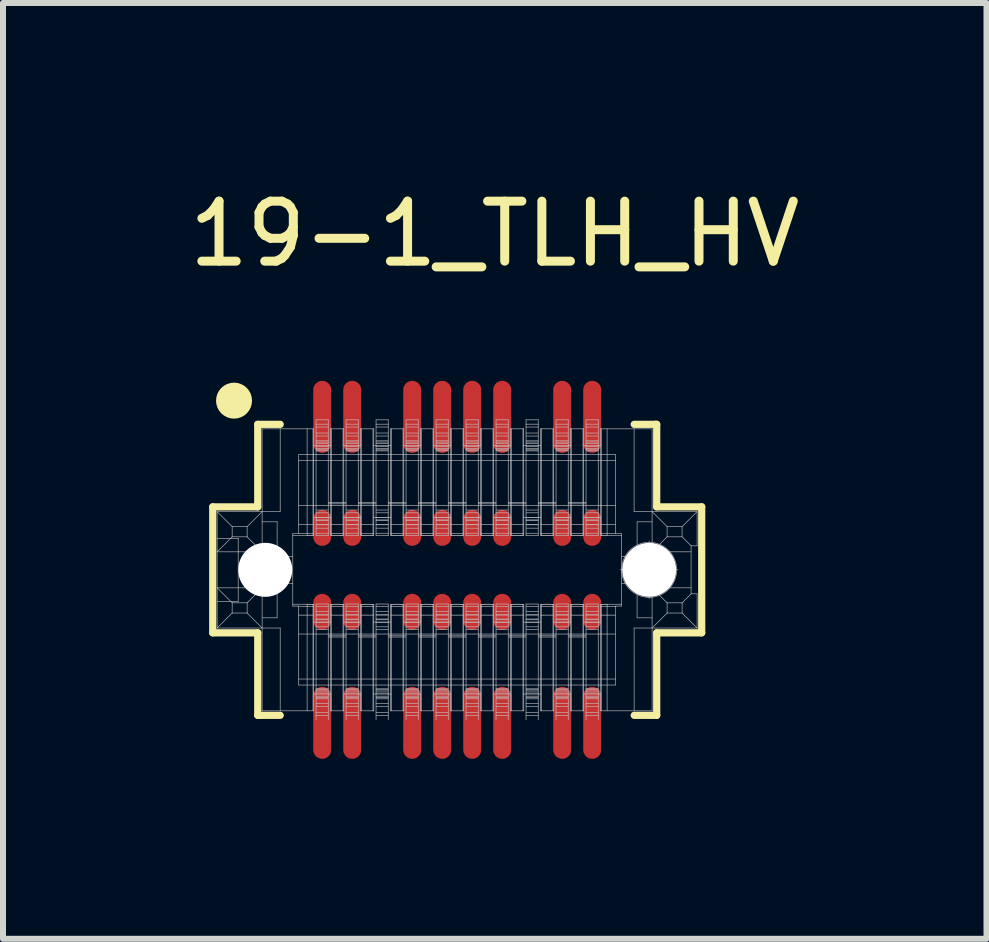
<source format=kicad_pcb>
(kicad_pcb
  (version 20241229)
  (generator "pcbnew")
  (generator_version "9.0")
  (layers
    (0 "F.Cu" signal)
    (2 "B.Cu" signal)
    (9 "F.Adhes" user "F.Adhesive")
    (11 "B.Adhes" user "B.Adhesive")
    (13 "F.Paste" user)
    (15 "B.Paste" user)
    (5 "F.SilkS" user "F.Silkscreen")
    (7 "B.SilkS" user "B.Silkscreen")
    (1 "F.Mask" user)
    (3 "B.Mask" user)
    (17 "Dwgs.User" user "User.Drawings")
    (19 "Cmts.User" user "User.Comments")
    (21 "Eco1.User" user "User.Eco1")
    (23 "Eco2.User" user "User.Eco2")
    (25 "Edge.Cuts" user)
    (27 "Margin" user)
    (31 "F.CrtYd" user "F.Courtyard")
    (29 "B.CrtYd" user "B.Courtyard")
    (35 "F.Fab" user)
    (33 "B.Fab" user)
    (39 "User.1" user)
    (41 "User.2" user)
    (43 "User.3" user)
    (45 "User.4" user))
  (footprint "19-1_TLH_HV"
    (layer "F.Cu")
    (at 4.571 6.448)
    (property "Reference" "19-1_TLH_HV" (at 0.625 -5.6 0) (layer "F.SilkS") (effects (font (size 1 1) (thickness 0.15))))
    (attr through_hole)
    (fp_line (start -4.075 -1.05) (end -3.325 -1.05) (stroke (width 0.12) (type solid)) (layer "F.SilkS"))
    (fp_line (start -4.075 1.05) (end -4.075 -1.05) (stroke (width 0.12) (type solid)) (layer "F.SilkS"))
    (fp_line (start -3.325 -2.425) (end -2.95 -2.425) (stroke (width 0.12) (type solid)) (layer "F.SilkS"))
    (fp_line (start -3.325 -1.05) (end -3.325 -2.425) (stroke (width 0.12) (type solid)) (layer "F.SilkS"))
    (fp_line (start -3.325 1.05) (end -4.075 1.05) (stroke (width 0.12) (type solid)) (layer "F.SilkS"))
    (fp_line (start -3.325 2.425) (end -3.325 1.05) (stroke (width 0.12) (type solid)) (layer "F.SilkS"))
    (fp_line (start -3.3 2.425) (end -3.325 2.425) (stroke (width 0.12) (type solid)) (layer "F.SilkS"))
    (fp_line (start -2.95 2.425) (end -3.3 2.425) (stroke (width 0.12) (type solid)) (layer "F.SilkS"))
    (fp_line (start 2.95 -2.425) (end 3.3 -2.425) (stroke (width 0.12) (type solid)) (layer "F.SilkS"))
    (fp_line (start 3.3 -2.425) (end 3.325 -2.425) (stroke (width 0.12) (type solid)) (layer "F.SilkS"))
    (fp_line (start 3.325 -2.425) (end 3.325 -1.05) (stroke (width 0.12) (type solid)) (layer "F.SilkS"))
    (fp_line (start 3.325 -1.05) (end 4.075 -1.05) (stroke (width 0.12) (type solid)) (layer "F.SilkS"))
    (fp_line (start 3.325 1.05) (end 3.325 2.425) (stroke (width 0.12) (type solid)) (layer "F.SilkS"))
    (fp_line (start 3.325 2.425) (end 2.95 2.425) (stroke (width 0.12) (type solid)) (layer "F.SilkS"))
    (fp_line (start 4.075 -1.05) (end 4.075 1.05) (stroke (width 0.12) (type solid)) (layer "F.SilkS"))
    (fp_line (start 4.075 1.05) (end 3.325 1.05) (stroke (width 0.12) (type solid)) (layer "F.SilkS"))
    (fp_circle (center -3.72 -2.82) (end -3.57 -2.82) (stroke (width 0.3) (type solid)) (fill no) (layer "F.SilkS"))
    (fp_line (start -4.002 -0.97) (end -3.751 -0.72) (stroke (width 0.01) (type solid)) (layer "Dwgs.User"))
    (fp_line (start -4.002 0.3) (end -3.751 0.55) (stroke (width 0.01) (type solid)) (layer "Dwgs.User"))
    (fp_line (start -4.002 0.525) (end -3.651 0.525) (stroke (width 0.01) (type solid)) (layer "Dwgs.User"))
    (fp_line (start -4.002 0.97) (end -4.002 -0.97) (stroke (width 0.01) (type solid)) (layer "Dwgs.User"))
    (fp_line (start -3.752 -0.55) (end -4.002 -0.3) (stroke (width 0.01) (type solid)) (layer "Dwgs.User"))
    (fp_line (start -3.752 -0.55) (end -3.751 -0.72) (stroke (width 0.01) (type solid)) (layer "Dwgs.User"))
    (fp_line (start -3.752 0.72) (end -4.002 0.97) (stroke (width 0.01) (type solid)) (layer "Dwgs.User"))
    (fp_line (start -3.752 0.72) (end -3.751 0.55) (stroke (width 0.01) (type solid)) (layer "Dwgs.User"))
    (fp_line (start -3.651 -0.525) (end -4.002 -0.525) (stroke (width 0.01) (type solid)) (layer "Dwgs.User"))
    (fp_line (start -3.651 0.525) (end -3.651 -0.525) (stroke (width 0.01) (type solid)) (layer "Dwgs.User"))
    (fp_line (start -3.517 -0.1) (end -2.886 -0.1) (stroke (width 0.01) (type solid)) (layer "Dwgs.User"))
    (fp_line (start -3.517 0.1) (end -2.886 0.1) (stroke (width 0.01) (type solid)) (layer "Dwgs.User"))
    (fp_line (start -3.502 -0.72) (end -3.751 -0.72) (stroke (width 0.01) (type solid)) (layer "Dwgs.User"))
    (fp_line (start -3.502 -0.72) (end -3.502 -0.55) (stroke (width 0.01) (type solid)) (layer "Dwgs.User"))
    (fp_line (start -3.502 -0.72) (end -3.252 -0.97) (stroke (width 0.01) (type solid)) (layer "Dwgs.User"))
    (fp_line (start -3.502 -0.55) (end -3.752 -0.55) (stroke (width 0.01) (type solid)) (layer "Dwgs.User"))
    (fp_line (start -3.502 -0.1) (end -3.502 0.1) (stroke (width 0.01) (type solid)) (layer "Dwgs.User"))
    (fp_line (start -3.502 0.55) (end -3.751 0.55) (stroke (width 0.01) (type solid)) (layer "Dwgs.User"))
    (fp_line (start -3.502 0.55) (end -3.502 0.72) (stroke (width 0.01) (type solid)) (layer "Dwgs.User"))
    (fp_line (start -3.502 0.55) (end -3.252 0.3) (stroke (width 0.01) (type solid)) (layer "Dwgs.User"))
    (fp_line (start -3.502 0.72) (end -3.752 0.72) (stroke (width 0.01) (type solid)) (layer "Dwgs.User"))
    (fp_line (start -3.252 -2.35) (end -3.252 2.35) (stroke (width 0.01) (type solid)) (layer "Dwgs.User"))
    (fp_line (start -3.252 -2.35) (end -2.392 -2.35) (stroke (width 0.01) (type solid)) (layer "Dwgs.User"))
    (fp_line (start -3.252 -0.8) (end -3.002 -0.8) (stroke (width 0.01) (type solid)) (layer "Dwgs.User"))
    (fp_line (start -3.252 -0.3) (end -4.002 -0.3) (stroke (width 0.01) (type solid)) (layer "Dwgs.User"))
    (fp_line (start -3.252 -0.3) (end -3.502 -0.55) (stroke (width 0.01) (type solid)) (layer "Dwgs.User"))
    (fp_line (start -3.252 0.3) (end -4.002 0.3) (stroke (width 0.01) (type solid)) (layer "Dwgs.User"))
    (fp_line (start -3.252 0.97) (end -3.502 0.72) (stroke (width 0.01) (type solid)) (layer "Dwgs.User"))
    (fp_line (start -3.252 2.35) (end -2.392 2.35) (stroke (width 0.01) (type solid)) (layer "Dwgs.User"))
    (fp_line (start -3.201 0.415) (end -3.201 -0.415) (stroke (width 0.01) (type solid)) (layer "Dwgs.User"))
    (fp_line (start -3.002 -0.225) (end -3.002 -0.8) (stroke (width 0.01) (type solid)) (layer "Dwgs.User"))
    (fp_line (start -3.002 0.8) (end -3.252 0.8) (stroke (width 0.01) (type solid)) (layer "Dwgs.User"))
    (fp_line (start -3.002 0.8) (end -3.002 0.225) (stroke (width 0.01) (type solid)) (layer "Dwgs.User"))
    (fp_line (start -2.951 -0.97) (end -4.002 -0.97) (stroke (width 0.01) (type solid)) (layer "Dwgs.User"))
    (fp_line (start -2.951 -0.97) (end -2.951 -2.35) (stroke (width 0.01) (type solid)) (layer "Dwgs.User"))
    (fp_line (start -2.951 0.97) (end -4.002 0.97) (stroke (width 0.01) (type solid)) (layer "Dwgs.User"))
    (fp_line (start -2.951 0.97) (end -2.951 2.35) (stroke (width 0.01) (type solid)) (layer "Dwgs.User"))
    (fp_line (start -2.901 0.1) (end -2.901 -0.1) (stroke (width 0.01) (type solid)) (layer "Dwgs.User"))
    (fp_line (start -2.741 -0.604) (end -2.741 0.604) (stroke (width 0.01) (type solid)) (layer "Dwgs.User"))
    (fp_line (start -2.741 -0.225) (end -3.252 -0.225) (stroke (width 0.01) (type solid)) (layer "Dwgs.User"))
    (fp_line (start -2.741 0.225) (end -3.252 0.225) (stroke (width 0.01) (type solid)) (layer "Dwgs.User"))
    (fp_line (start -2.741 0.604) (end -2.642 0.604) (stroke (width 0.01) (type solid)) (layer "Dwgs.User"))
    (fp_line (start -2.642 -1.92) (end -2.642 -0.604) (stroke (width 0.01) (type solid)) (layer "Dwgs.User"))
    (fp_line (start -2.642 -0.604) (end -2.741 -0.604) (stroke (width 0.01) (type solid)) (layer "Dwgs.User"))
    (fp_line (start -2.642 0.604) (end -2.642 1.92) (stroke (width 0.01) (type solid)) (layer "Dwgs.User"))
    (fp_line (start -2.502 -0.573) (end -2.741 -0.573) (stroke (width 0.01) (type solid)) (layer "Dwgs.User"))
    (fp_line (start -2.502 -0.573) (end -2.502 -2.35) (stroke (width 0.01) (type solid)) (layer "Dwgs.User"))
    (fp_line (start -2.502 0.573) (end -2.741 0.573) (stroke (width 0.01) (type solid)) (layer "Dwgs.User"))
    (fp_line (start -2.502 0.573) (end -2.493 0.573) (stroke (width 0.01) (type solid)) (layer "Dwgs.User"))
    (fp_line (start -2.502 2.35) (end -2.502 0.573) (stroke (width 0.01) (type solid)) (layer "Dwgs.User"))
    (fp_line (start -2.498 -0.573) (end -2.502 -0.573) (stroke (width 0.01) (type solid)) (layer "Dwgs.User"))
    (fp_line (start -2.493 0.573) (end -2.484 0.573) (stroke (width 0.01) (type solid)) (layer "Dwgs.User"))
    (fp_line (start -2.489 -0.573) (end -2.498 -0.573) (stroke (width 0.01) (type solid)) (layer "Dwgs.User"))
    (fp_line (start -2.484 0.573) (end -2.476 0.573) (stroke (width 0.01) (type solid)) (layer "Dwgs.User"))
    (fp_line (start -2.481 -0.573) (end -2.489 -0.573) (stroke (width 0.01) (type solid)) (layer "Dwgs.User"))
    (fp_line (start -2.476 0.573) (end -2.467 0.573) (stroke (width 0.01) (type solid)) (layer "Dwgs.User"))
    (fp_line (start -2.472 -0.573) (end -2.481 -0.573) (stroke (width 0.01) (type solid)) (layer "Dwgs.User"))
    (fp_line (start -2.467 0.573) (end -2.459 0.573) (stroke (width 0.01) (type solid)) (layer "Dwgs.User"))
    (fp_line (start -2.464 -0.573) (end -2.472 -0.573) (stroke (width 0.01) (type solid)) (layer "Dwgs.User"))
    (fp_line (start -2.459 0.573) (end -2.451 0.573) (stroke (width 0.01) (type solid)) (layer "Dwgs.User"))
    (fp_line (start -2.456 -0.573) (end -2.464 -0.573) (stroke (width 0.01) (type solid)) (layer "Dwgs.User"))
    (fp_line (start -2.451 0.573) (end -2.444 0.574) (stroke (width 0.01) (type solid)) (layer "Dwgs.User"))
    (fp_line (start -2.449 -0.574) (end -2.456 -0.573) (stroke (width 0.01) (type solid)) (layer "Dwgs.User"))
    (fp_line (start -2.444 0.574) (end -2.437 0.574) (stroke (width 0.01) (type solid)) (layer "Dwgs.User"))
    (fp_line (start -2.441 -0.574) (end -2.449 -0.574) (stroke (width 0.01) (type solid)) (layer "Dwgs.User"))
    (fp_line (start -2.437 0.574) (end -2.431 0.574) (stroke (width 0.01) (type solid)) (layer "Dwgs.User"))
    (fp_line (start -2.435 -0.574) (end -2.441 -0.574) (stroke (width 0.01) (type solid)) (layer "Dwgs.User"))
    (fp_line (start -2.431 0.574) (end -2.425 0.574) (stroke (width 0.01) (type solid)) (layer "Dwgs.User"))
    (fp_line (start -2.428 -0.574) (end -2.435 -0.574) (stroke (width 0.01) (type solid)) (layer "Dwgs.User"))
    (fp_line (start -2.425 0.574) (end -2.42 0.574) (stroke (width 0.01) (type solid)) (layer "Dwgs.User"))
    (fp_line (start -2.423 -0.574) (end -2.428 -0.574) (stroke (width 0.01) (type solid)) (layer "Dwgs.User"))
    (fp_line (start -2.42 0.574) (end -2.415 0.575) (stroke (width 0.01) (type solid)) (layer "Dwgs.User"))
    (fp_line (start -2.418 -0.575) (end -2.423 -0.574) (stroke (width 0.01) (type solid)) (layer "Dwgs.User"))
    (fp_line (start -2.415 0.575) (end -2.411 0.575) (stroke (width 0.01) (type solid)) (layer "Dwgs.User"))
    (fp_line (start -2.413 -0.575) (end -2.418 -0.575) (stroke (width 0.01) (type solid)) (layer "Dwgs.User"))
    (fp_line (start -2.411 0.575) (end -2.408 0.575) (stroke (width 0.01) (type solid)) (layer "Dwgs.User"))
    (fp_line (start -2.409 -0.575) (end -2.413 -0.575) (stroke (width 0.01) (type solid)) (layer "Dwgs.User"))
    (fp_line (start -2.408 0.575) (end -2.405 0.576) (stroke (width 0.01) (type solid)) (layer "Dwgs.User"))
    (fp_line (start -2.406 -0.575) (end -2.409 -0.575) (stroke (width 0.01) (type solid)) (layer "Dwgs.User"))
    (fp_line (start -2.405 0.576) (end -2.404 0.576) (stroke (width 0.01) (type solid)) (layer "Dwgs.User"))
    (fp_line (start -2.404 -0.576) (end -2.406 -0.575) (stroke (width 0.01) (type solid)) (layer "Dwgs.User"))
    (fp_line (start -2.404 -0.576) (end -2.404 -2.35) (stroke (width 0.01) (type solid)) (layer "Dwgs.User"))
    (fp_line (start -2.404 -0.576) (end -2.392 -0.578) (stroke (width 0.01) (type solid)) (layer "Dwgs.User"))
    (fp_line (start -2.404 2.35) (end -2.404 0.576) (stroke (width 0.01) (type solid)) (layer "Dwgs.User"))
    (fp_line (start -2.392 -2.35) (end -2.392 -2.07) (stroke (width 0.01) (type solid)) (layer "Dwgs.User"))
    (fp_line (start -2.392 -2.07) (end -2.111 -2.07) (stroke (width 0.01) (type solid)) (layer "Dwgs.User"))
    (fp_line (start -2.392 -0.87) (end -2.392 -2.07) (stroke (width 0.01) (type solid)) (layer "Dwgs.User"))
    (fp_line (start -2.392 -0.87) (end -2.392 -0.578) (stroke (width 0.01) (type solid)) (layer "Dwgs.User"))
    (fp_line (start -2.392 -0.755) (end -2.641 -0.755) (stroke (width 0.01) (type solid)) (layer "Dwgs.User"))
    (fp_line (start -2.392 -0.607) (end -2.641 -0.607) (stroke (width 0.01) (type solid)) (layer "Dwgs.User"))
    (fp_line (start -2.392 0.578) (end -2.404 0.576) (stroke (width 0.01) (type solid)) (layer "Dwgs.User"))
    (fp_line (start -2.392 0.578) (end -2.392 0.87) (stroke (width 0.01) (type solid)) (layer "Dwgs.User"))
    (fp_line (start -2.392 0.608) (end -2.641 0.608) (stroke (width 0.01) (type solid)) (layer "Dwgs.User"))
    (fp_line (start -2.392 0.755) (end -2.641 0.755) (stroke (width 0.01) (type solid)) (layer "Dwgs.User"))
    (fp_line (start -2.392 0.87) (end -2.111 0.87) (stroke (width 0.01) (type solid)) (layer "Dwgs.User"))
    (fp_line (start -2.392 2.07) (end -2.392 0.87) (stroke (width 0.01) (type solid)) (layer "Dwgs.User"))
    (fp_line (start -2.392 2.07) (end -2.392 2.35) (stroke (width 0.01) (type solid)) (layer "Dwgs.User"))
    (fp_line (start -2.353 -2.5) (end -2.353 -2.07) (stroke (width 0.01) (type solid)) (layer "Dwgs.User"))
    (fp_line (start -2.353 -2.5) (end -2.15 -2.5) (stroke (width 0.01) (type solid)) (layer "Dwgs.User"))
    (fp_line (start -2.353 -2.428) (end -2.15 -2.428) (stroke (width 0.01) (type solid)) (layer "Dwgs.User"))
    (fp_line (start -2.353 -2.38) (end -2.15 -2.38) (stroke (width 0.01) (type solid)) (layer "Dwgs.User"))
    (fp_line (start -2.353 -2.28) (end -2.15 -2.28) (stroke (width 0.01) (type solid)) (layer "Dwgs.User"))
    (fp_line (start -2.353 -2.23) (end -2.15 -2.23) (stroke (width 0.01) (type solid)) (layer "Dwgs.User"))
    (fp_line (start -2.353 -2.15) (end -2.15 -2.15) (stroke (width 0.01) (type solid)) (layer "Dwgs.User"))
    (fp_line (start -2.353 -2.13) (end -2.15 -2.13) (stroke (width 0.01) (type solid)) (layer "Dwgs.User"))
    (fp_line (start -2.353 -2.106) (end -2.15 -2.106) (stroke (width 0.01) (type solid)) (layer "Dwgs.User"))
    (fp_line (start -2.353 -2.07) (end -2.353 -0.87) (stroke (width 0.01) (type solid)) (layer "Dwgs.User"))
    (fp_line (start -2.353 -2.054) (end -2.15 -2.054) (stroke (width 0.01) (type solid)) (layer "Dwgs.User"))
    (fp_line (start -2.353 -2.02) (end -2.15 -2.02) (stroke (width 0.01) (type solid)) (layer "Dwgs.User"))
    (fp_line (start -2.353 -2) (end -2.15 -2) (stroke (width 0.01) (type solid)) (layer "Dwgs.User"))
    (fp_line (start -2.353 -1.983) (end -2.15 -1.983) (stroke (width 0.01) (type solid)) (layer "Dwgs.User"))
    (fp_line (start -2.353 -0.997) (end -2.15 -0.997) (stroke (width 0.01) (type solid)) (layer "Dwgs.User"))
    (fp_line (start -2.353 -0.95) (end -2.15 -0.95) (stroke (width 0.01) (type solid)) (layer "Dwgs.User"))
    (fp_line (start -2.353 -0.874) (end -2.15 -0.874) (stroke (width 0.01) (type solid)) (layer "Dwgs.User"))
    (fp_line (start -2.353 -0.87) (end -2.353 -0.57) (stroke (width 0.01) (type solid)) (layer "Dwgs.User"))
    (fp_line (start -2.353 -0.832) (end -2.15 -0.832) (stroke (width 0.01) (type solid)) (layer "Dwgs.User"))
    (fp_line (start -2.353 -0.82) (end -2.15 -0.82) (stroke (width 0.01) (type solid)) (layer "Dwgs.User"))
    (fp_line (start -2.353 -0.753) (end -2.15 -0.753) (stroke (width 0.01) (type solid)) (layer "Dwgs.User"))
    (fp_line (start -2.353 -0.75) (end -2.15 -0.75) (stroke (width 0.01) (type solid)) (layer "Dwgs.User"))
    (fp_line (start -2.353 -0.695) (end -2.15 -0.695) (stroke (width 0.01) (type solid)) (layer "Dwgs.User"))
    (fp_line (start -2.353 -0.61) (end -2.15 -0.61) (stroke (width 0.01) (type solid)) (layer "Dwgs.User"))
    (fp_line (start -2.353 -0.57) (end -2.15 -0.57) (stroke (width 0.01) (type solid)) (layer "Dwgs.User"))
    (fp_line (start -2.353 0.57) (end -2.353 0.87) (stroke (width 0.01) (type solid)) (layer "Dwgs.User"))
    (fp_line (start -2.353 0.87) (end -2.353 2.07) (stroke (width 0.01) (type solid)) (layer "Dwgs.User"))
    (fp_line (start -2.353 2.07) (end -2.353 2.5) (stroke (width 0.01) (type solid)) (layer "Dwgs.User"))
    (fp_line (start -2.15 -2.07) (end -2.15 -2.5) (stroke (width 0.01) (type solid)) (layer "Dwgs.User"))
    (fp_line (start -2.15 -1.1) (end -1.853 -1.1) (stroke (width 0.01) (type solid)) (layer "Dwgs.User"))
    (fp_line (start -2.15 -0.87) (end -2.15 -2.07) (stroke (width 0.01) (type solid)) (layer "Dwgs.User"))
    (fp_line (start -2.15 -0.57) (end -2.15 -0.87) (stroke (width 0.01) (type solid)) (layer "Dwgs.User"))
    (fp_line (start -2.15 0.57) (end -2.353 0.57) (stroke (width 0.01) (type solid)) (layer "Dwgs.User"))
    (fp_line (start -2.15 0.61) (end -2.353 0.61) (stroke (width 0.01) (type solid)) (layer "Dwgs.User"))
    (fp_line (start -2.15 0.695) (end -2.353 0.695) (stroke (width 0.01) (type solid)) (layer "Dwgs.User"))
    (fp_line (start -2.15 0.75) (end -2.353 0.75) (stroke (width 0.01) (type solid)) (layer "Dwgs.User"))
    (fp_line (start -2.15 0.753) (end -2.353 0.753) (stroke (width 0.01) (type solid)) (layer "Dwgs.User"))
    (fp_line (start -2.15 0.82) (end -2.353 0.82) (stroke (width 0.01) (type solid)) (layer "Dwgs.User"))
    (fp_line (start -2.15 0.832) (end -2.353 0.832) (stroke (width 0.01) (type solid)) (layer "Dwgs.User"))
    (fp_line (start -2.15 0.87) (end -2.15 0.57) (stroke (width 0.01) (type solid)) (layer "Dwgs.User"))
    (fp_line (start -2.15 0.874) (end -2.353 0.874) (stroke (width 0.01) (type solid)) (layer "Dwgs.User"))
    (fp_line (start -2.15 0.95) (end -2.353 0.95) (stroke (width 0.01) (type solid)) (layer "Dwgs.User"))
    (fp_line (start -2.15 0.997) (end -2.353 0.997) (stroke (width 0.01) (type solid)) (layer "Dwgs.User"))
    (fp_line (start -2.15 1.12) (end -1.853 1.12) (stroke (width 0.01) (type solid)) (layer "Dwgs.User"))
    (fp_line (start -2.15 1.983) (end -2.353 1.983) (stroke (width 0.01) (type solid)) (layer "Dwgs.User"))
    (fp_line (start -2.15 2) (end -2.353 2) (stroke (width 0.01) (type solid)) (layer "Dwgs.User"))
    (fp_line (start -2.15 2.02) (end -2.353 2.02) (stroke (width 0.01) (type solid)) (layer "Dwgs.User"))
    (fp_line (start -2.15 2.054) (end -2.353 2.054) (stroke (width 0.01) (type solid)) (layer "Dwgs.User"))
    (fp_line (start -2.15 2.07) (end -2.15 0.87) (stroke (width 0.01) (type solid)) (layer "Dwgs.User"))
    (fp_line (start -2.15 2.106) (end -2.353 2.106) (stroke (width 0.01) (type solid)) (layer "Dwgs.User"))
    (fp_line (start -2.15 2.13) (end -2.353 2.13) (stroke (width 0.01) (type solid)) (layer "Dwgs.User"))
    (fp_line (start -2.15 2.15) (end -2.353 2.15) (stroke (width 0.01) (type solid)) (layer "Dwgs.User"))
    (fp_line (start -2.15 2.23) (end -2.353 2.23) (stroke (width 0.01) (type solid)) (layer "Dwgs.User"))
    (fp_line (start -2.15 2.28) (end -2.353 2.28) (stroke (width 0.01) (type solid)) (layer "Dwgs.User"))
    (fp_line (start -2.15 2.38) (end -2.353 2.38) (stroke (width 0.01) (type solid)) (layer "Dwgs.User"))
    (fp_line (start -2.15 2.428) (end -2.353 2.428) (stroke (width 0.01) (type solid)) (layer "Dwgs.User"))
    (fp_line (start -2.15 2.5) (end -2.15 2.07) (stroke (width 0.01) (type solid)) (layer "Dwgs.User"))
    (fp_line (start -2.111 -0.87) (end -2.392 -0.87) (stroke (width 0.01) (type solid)) (layer "Dwgs.User"))
    (fp_line (start -2.111 -0.87) (end -2.111 -2.07) (stroke (width 0.01) (type solid)) (layer "Dwgs.User"))
    (fp_line (start -2.111 -0.578) (end -2.111 -0.87) (stroke (width 0.01) (type solid)) (layer "Dwgs.User"))
    (fp_line (start -2.111 -0.578) (end -2.099 -0.576) (stroke (width 0.01) (type solid)) (layer "Dwgs.User"))
    (fp_line (start -2.111 2.07) (end -2.392 2.07) (stroke (width 0.01) (type solid)) (layer "Dwgs.User"))
    (fp_line (start -2.111 2.07) (end -2.111 0.87) (stroke (width 0.01) (type solid)) (layer "Dwgs.User"))
    (fp_line (start -2.111 2.35) (end -2.111 2.07) (stroke (width 0.01) (type solid)) (layer "Dwgs.User"))
    (fp_line (start -2.111 -2.35) (end -1.891 -2.35) (stroke (width 0.01) (type solid)) (layer "Dwgs.User"))
    (fp_line (start -2.111 -2.07) (end -2.111 -2.35) (stroke (width 0.01) (type solid)) (layer "Dwgs.User"))
    (fp_line (start -2.111 0.87) (end -2.111 0.578) (stroke (width 0.01) (type solid)) (layer "Dwgs.User"))
    (fp_line (start -2.099 -0.576) (end -2.099 -2.35) (stroke (width 0.01) (type solid)) (layer "Dwgs.User"))
    (fp_line (start -2.099 0.576) (end -2.111 0.578) (stroke (width 0.01) (type solid)) (layer "Dwgs.User"))
    (fp_line (start -2.099 0.576) (end -2.097 0.575) (stroke (width 0.01) (type solid)) (layer "Dwgs.User"))
    (fp_line (start -2.099 2.35) (end -2.099 0.576) (stroke (width 0.01) (type solid)) (layer "Dwgs.User"))
    (fp_line (start -2.097 -0.575) (end -2.099 -0.576) (stroke (width 0.01) (type solid)) (layer "Dwgs.User"))
    (fp_line (start -2.097 0.575) (end -2.094 0.575) (stroke (width 0.01) (type solid)) (layer "Dwgs.User"))
    (fp_line (start -2.094 -0.575) (end -2.097 -0.575) (stroke (width 0.01) (type solid)) (layer "Dwgs.User"))
    (fp_line (start -2.094 0.575) (end -2.09 0.575) (stroke (width 0.01) (type solid)) (layer "Dwgs.User"))
    (fp_line (start -2.091 -0.575) (end -2.094 -0.575) (stroke (width 0.01) (type solid)) (layer "Dwgs.User"))
    (fp_line (start -2.09 0.575) (end -2.085 0.575) (stroke (width 0.01) (type solid)) (layer "Dwgs.User"))
    (fp_line (start -2.086 -0.575) (end -2.091 -0.575) (stroke (width 0.01) (type solid)) (layer "Dwgs.User"))
    (fp_line (start -2.085 0.575) (end -2.08 0.574) (stroke (width 0.01) (type solid)) (layer "Dwgs.User"))
    (fp_line (start -2.081 -0.574) (end -2.086 -0.575) (stroke (width 0.01) (type solid)) (layer "Dwgs.User"))
    (fp_line (start -2.08 0.574) (end -2.075 0.574) (stroke (width 0.01) (type solid)) (layer "Dwgs.User"))
    (fp_line (start -2.076 -0.574) (end -2.081 -0.574) (stroke (width 0.01) (type solid)) (layer "Dwgs.User"))
    (fp_line (start -2.075 0.574) (end -2.068 0.574) (stroke (width 0.01) (type solid)) (layer "Dwgs.User"))
    (fp_line (start -2.07 -0.574) (end -2.076 -0.574) (stroke (width 0.01) (type solid)) (layer "Dwgs.User"))
    (fp_line (start -2.068 0.574) (end -2.062 0.574) (stroke (width 0.01) (type solid)) (layer "Dwgs.User"))
    (fp_line (start -2.063 -0.574) (end -2.07 -0.574) (stroke (width 0.01) (type solid)) (layer "Dwgs.User"))
    (fp_line (start -2.062 0.574) (end -2.054 0.574) (stroke (width 0.01) (type solid)) (layer "Dwgs.User"))
    (fp_line (start -2.056 -0.574) (end -2.063 -0.574) (stroke (width 0.01) (type solid)) (layer "Dwgs.User"))
    (fp_line (start -2.054 0.574) (end -2.047 0.573) (stroke (width 0.01) (type solid)) (layer "Dwgs.User"))
    (fp_line (start -2.048 -0.573) (end -2.056 -0.574) (stroke (width 0.01) (type solid)) (layer "Dwgs.User"))
    (fp_line (start -2.047 0.573) (end -2.039 0.573) (stroke (width 0.01) (type solid)) (layer "Dwgs.User"))
    (fp_line (start -2.041 -0.573) (end -2.048 -0.573) (stroke (width 0.01) (type solid)) (layer "Dwgs.User"))
    (fp_line (start -2.039 0.573) (end -2.031 0.573) (stroke (width 0.01) (type solid)) (layer "Dwgs.User"))
    (fp_line (start -2.032 -0.573) (end -2.041 -0.573) (stroke (width 0.01) (type solid)) (layer "Dwgs.User"))
    (fp_line (start -2.031 0.573) (end -2.022 0.573) (stroke (width 0.01) (type solid)) (layer "Dwgs.User"))
    (fp_line (start -2.024 -0.573) (end -2.032 -0.573) (stroke (width 0.01) (type solid)) (layer "Dwgs.User"))
    (fp_line (start -2.022 0.573) (end -2.014 0.573) (stroke (width 0.01) (type solid)) (layer "Dwgs.User"))
    (fp_line (start -2.015 -0.573) (end -2.024 -0.573) (stroke (width 0.01) (type solid)) (layer "Dwgs.User"))
    (fp_line (start -2.014 0.573) (end -2.005 0.573) (stroke (width 0.01) (type solid)) (layer "Dwgs.User"))
    (fp_line (start -2.007 -0.573) (end -2.015 -0.573) (stroke (width 0.01) (type solid)) (layer "Dwgs.User"))
    (fp_line (start -2.005 0.573) (end -1.996 0.573) (stroke (width 0.01) (type solid)) (layer "Dwgs.User"))
    (fp_line (start -1.998 -0.573) (end -2.007 -0.573) (stroke (width 0.01) (type solid)) (layer "Dwgs.User"))
    (fp_line (start -1.996 0.573) (end -1.988 0.573) (stroke (width 0.01) (type solid)) (layer "Dwgs.User"))
    (fp_line (start -1.989 -0.573) (end -1.998 -0.573) (stroke (width 0.01) (type solid)) (layer "Dwgs.User"))
    (fp_line (start -1.988 0.573) (end -1.979 0.573) (stroke (width 0.01) (type solid)) (layer "Dwgs.User"))
    (fp_line (start -1.981 -0.573) (end -1.989 -0.573) (stroke (width 0.01) (type solid)) (layer "Dwgs.User"))
    (fp_line (start -1.979 0.573) (end -1.971 0.573) (stroke (width 0.01) (type solid)) (layer "Dwgs.User"))
    (fp_line (start -1.972 -0.573) (end -1.981 -0.573) (stroke (width 0.01) (type solid)) (layer "Dwgs.User"))
    (fp_line (start -1.971 0.573) (end -1.962 0.573) (stroke (width 0.01) (type solid)) (layer "Dwgs.User"))
    (fp_line (start -1.964 -0.573) (end -1.972 -0.573) (stroke (width 0.01) (type solid)) (layer "Dwgs.User"))
    (fp_line (start -1.962 0.573) (end -1.955 0.573) (stroke (width 0.01) (type solid)) (layer "Dwgs.User"))
    (fp_line (start -1.956 -0.573) (end -1.964 -0.573) (stroke (width 0.01) (type solid)) (layer "Dwgs.User"))
    (fp_line (start -1.955 0.573) (end -1.947 0.574) (stroke (width 0.01) (type solid)) (layer "Dwgs.User"))
    (fp_line (start -1.949 -0.574) (end -1.956 -0.573) (stroke (width 0.01) (type solid)) (layer "Dwgs.User"))
    (fp_line (start -1.947 0.574) (end -1.94 0.574) (stroke (width 0.01) (type solid)) (layer "Dwgs.User"))
    (fp_line (start -1.941 -0.574) (end -1.949 -0.574) (stroke (width 0.01) (type solid)) (layer "Dwgs.User"))
    (fp_line (start -1.94 0.574) (end -1.933 0.574) (stroke (width 0.01) (type solid)) (layer "Dwgs.User"))
    (fp_line (start -1.935 -0.574) (end -1.941 -0.574) (stroke (width 0.01) (type solid)) (layer "Dwgs.User"))
    (fp_line (start -1.933 0.574) (end -1.927 0.574) (stroke (width 0.01) (type solid)) (layer "Dwgs.User"))
    (fp_line (start -1.928 -0.574) (end -1.935 -0.574) (stroke (width 0.01) (type solid)) (layer "Dwgs.User"))
    (fp_line (start -1.927 0.574) (end -1.922 0.574) (stroke (width 0.01) (type solid)) (layer "Dwgs.User"))
    (fp_line (start -1.923 -0.574) (end -1.928 -0.574) (stroke (width 0.01) (type solid)) (layer "Dwgs.User"))
    (fp_line (start -1.922 0.574) (end -1.917 0.575) (stroke (width 0.01) (type solid)) (layer "Dwgs.User"))
    (fp_line (start -1.918 -0.575) (end -1.923 -0.574) (stroke (width 0.01) (type solid)) (layer "Dwgs.User"))
    (fp_line (start -1.917 0.575) (end -1.912 0.575) (stroke (width 0.01) (type solid)) (layer "Dwgs.User"))
    (fp_line (start -1.913 -0.575) (end -1.918 -0.575) (stroke (width 0.01) (type solid)) (layer "Dwgs.User"))
    (fp_line (start -1.912 0.575) (end -1.909 0.575) (stroke (width 0.01) (type solid)) (layer "Dwgs.User"))
    (fp_line (start -1.909 -0.575) (end -1.913 -0.575) (stroke (width 0.01) (type solid)) (layer "Dwgs.User"))
    (fp_line (start -1.909 0.575) (end -1.906 0.575) (stroke (width 0.01) (type solid)) (layer "Dwgs.User"))
    (fp_line (start -1.906 -0.575) (end -1.909 -0.575) (stroke (width 0.01) (type solid)) (layer "Dwgs.User"))
    (fp_line (start -1.906 0.575) (end -1.904 0.576) (stroke (width 0.01) (type solid)) (layer "Dwgs.User"))
    (fp_line (start -1.904 -0.576) (end -1.906 -0.575) (stroke (width 0.01) (type solid)) (layer "Dwgs.User"))
    (fp_line (start -1.904 -0.576) (end -1.904 -2.35) (stroke (width 0.01) (type solid)) (layer "Dwgs.User"))
    (fp_line (start -1.904 -0.576) (end -1.891 -0.578) (stroke (width 0.01) (type solid)) (layer "Dwgs.User"))
    (fp_line (start -1.904 2.35) (end -1.904 0.576) (stroke (width 0.01) (type solid)) (layer "Dwgs.User"))
    (fp_line (start -1.891 -2.35) (end -1.891 -2.07) (stroke (width 0.01) (type solid)) (layer "Dwgs.User"))
    (fp_line (start -1.891 -2.07) (end -1.611 -2.07) (stroke (width 0.01) (type solid)) (layer "Dwgs.User"))
    (fp_line (start -1.891 -0.87) (end -1.891 -2.07) (stroke (width 0.01) (type solid)) (layer "Dwgs.User"))
    (fp_line (start -1.891 -0.87) (end -1.891 -0.578) (stroke (width 0.01) (type solid)) (layer "Dwgs.User"))
    (fp_line (start -1.891 -0.755) (end -2.111 -0.755) (stroke (width 0.01) (type solid)) (layer "Dwgs.User"))
    (fp_line (start -1.891 -0.607) (end -2.111 -0.607) (stroke (width 0.01) (type solid)) (layer "Dwgs.User"))
    (fp_line (start -1.891 0.578) (end -1.904 0.576) (stroke (width 0.01) (type solid)) (layer "Dwgs.User"))
    (fp_line (start -1.891 0.578) (end -1.891 0.87) (stroke (width 0.01) (type solid)) (layer "Dwgs.User"))
    (fp_line (start -1.891 0.608) (end -2.111 0.608) (stroke (width 0.01) (type solid)) (layer "Dwgs.User"))
    (fp_line (start -1.891 0.755) (end -2.111 0.755) (stroke (width 0.01) (type solid)) (layer "Dwgs.User"))
    (fp_line (start -1.891 0.87) (end -1.611 0.87) (stroke (width 0.01) (type solid)) (layer "Dwgs.User"))
    (fp_line (start -1.891 2.07) (end -1.891 0.87) (stroke (width 0.01) (type solid)) (layer "Dwgs.User"))
    (fp_line (start -1.891 2.07) (end -1.891 2.35) (stroke (width 0.01) (type solid)) (layer "Dwgs.User"))
    (fp_line (start -1.891 2.35) (end -2.111 2.35) (stroke (width 0.01) (type solid)) (layer "Dwgs.User"))
    (fp_line (start -1.853 -2.5) (end -1.853 -2.07) (stroke (width 0.01) (type solid)) (layer "Dwgs.User"))
    (fp_line (start -1.853 -2.5) (end -1.65 -2.5) (stroke (width 0.01) (type solid)) (layer "Dwgs.User"))
    (fp_line (start -1.853 -2.428) (end -1.65 -2.428) (stroke (width 0.01) (type solid)) (layer "Dwgs.User"))
    (fp_line (start -1.853 -2.38) (end -1.65 -2.38) (stroke (width 0.01) (type solid)) (layer "Dwgs.User"))
    (fp_line (start -1.853 -2.28) (end -1.65 -2.28) (stroke (width 0.01) (type solid)) (layer "Dwgs.User"))
    (fp_line (start -1.853 -2.23) (end -1.65 -2.23) (stroke (width 0.01) (type solid)) (layer "Dwgs.User"))
    (fp_line (start -1.853 -2.15) (end -1.65 -2.15) (stroke (width 0.01) (type solid)) (layer "Dwgs.User"))
    (fp_line (start -1.853 -2.13) (end -1.65 -2.13) (stroke (width 0.01) (type solid)) (layer "Dwgs.User"))
    (fp_line (start -1.853 -2.106) (end -1.65 -2.106) (stroke (width 0.01) (type solid)) (layer "Dwgs.User"))
    (fp_line (start -1.853 -2.07) (end -1.853 -0.87) (stroke (width 0.01) (type solid)) (layer "Dwgs.User"))
    (fp_line (start -1.853 -2.054) (end -1.65 -2.054) (stroke (width 0.01) (type solid)) (layer "Dwgs.User"))
    (fp_line (start -1.853 -2.02) (end -1.65 -2.02) (stroke (width 0.01) (type solid)) (layer "Dwgs.User"))
    (fp_line (start -1.853 -2) (end -1.65 -2) (stroke (width 0.01) (type solid)) (layer "Dwgs.User"))
    (fp_line (start -1.853 -1.983) (end -1.65 -1.983) (stroke (width 0.01) (type solid)) (layer "Dwgs.User"))
    (fp_line (start -1.853 -1.12) (end -2.15 -1.12) (stroke (width 0.01) (type solid)) (layer "Dwgs.User"))
    (fp_line (start -1.853 -0.61) (end -1.65 -0.61) (stroke (width 0.01) (type solid)) (layer "Dwgs.User"))
    (fp_line (start -1.853 -0.57) (end -1.65 -0.57) (stroke (width 0.01) (type solid)) (layer "Dwgs.User"))
    (fp_line (start -1.853 0.57) (end -1.853 0.87) (stroke (width 0.01) (type solid)) (layer "Dwgs.User"))
    (fp_line (start -1.853 0.87) (end -1.853 2.07) (stroke (width 0.01) (type solid)) (layer "Dwgs.User"))
    (fp_line (start -1.853 1.1) (end -2.15 1.1) (stroke (width 0.01) (type solid)) (layer "Dwgs.User"))
    (fp_line (start -1.853 2.07) (end -1.853 2.5) (stroke (width 0.01) (type solid)) (layer "Dwgs.User"))
    (fp_line (start -1.853 -0.997) (end -1.65 -0.997) (stroke (width 0.01) (type solid)) (layer "Dwgs.User"))
    (fp_line (start -1.853 -0.95) (end -1.65 -0.95) (stroke (width 0.01) (type solid)) (layer "Dwgs.User"))
    (fp_line (start -1.853 -0.874) (end -1.65 -0.874) (stroke (width 0.01) (type solid)) (layer "Dwgs.User"))
    (fp_line (start -1.853 -0.87) (end -1.853 -0.57) (stroke (width 0.01) (type solid)) (layer "Dwgs.User"))
    (fp_line (start -1.853 -0.832) (end -1.65 -0.832) (stroke (width 0.01) (type solid)) (layer "Dwgs.User"))
    (fp_line (start -1.853 -0.82) (end -1.65 -0.82) (stroke (width 0.01) (type solid)) (layer "Dwgs.User"))
    (fp_line (start -1.853 -0.753) (end -1.65 -0.753) (stroke (width 0.01) (type solid)) (layer "Dwgs.User"))
    (fp_line (start -1.853 -0.75) (end -1.65 -0.75) (stroke (width 0.01) (type solid)) (layer "Dwgs.User"))
    (fp_line (start -1.853 -0.695) (end -1.65 -0.695) (stroke (width 0.01) (type solid)) (layer "Dwgs.User"))
    (fp_line (start -1.65 0.57) (end -1.853 0.57) (stroke (width 0.01) (type solid)) (layer "Dwgs.User"))
    (fp_line (start -1.65 0.61) (end -1.853 0.61) (stroke (width 0.01) (type solid)) (layer "Dwgs.User"))
    (fp_line (start -1.65 0.695) (end -1.853 0.695) (stroke (width 0.01) (type solid)) (layer "Dwgs.User"))
    (fp_line (start -1.65 0.75) (end -1.853 0.75) (stroke (width 0.01) (type solid)) (layer "Dwgs.User"))
    (fp_line (start -1.65 0.753) (end -1.853 0.753) (stroke (width 0.01) (type solid)) (layer "Dwgs.User"))
    (fp_line (start -1.65 0.82) (end -1.853 0.82) (stroke (width 0.01) (type solid)) (layer "Dwgs.User"))
    (fp_line (start -1.65 0.832) (end -1.853 0.832) (stroke (width 0.01) (type solid)) (layer "Dwgs.User"))
    (fp_line (start -1.65 0.87) (end -1.65 0.57) (stroke (width 0.01) (type solid)) (layer "Dwgs.User"))
    (fp_line (start -1.65 0.874) (end -1.853 0.874) (stroke (width 0.01) (type solid)) (layer "Dwgs.User"))
    (fp_line (start -1.65 0.95) (end -1.853 0.95) (stroke (width 0.01) (type solid)) (layer "Dwgs.User"))
    (fp_line (start -1.65 0.997) (end -1.853 0.997) (stroke (width 0.01) (type solid)) (layer "Dwgs.User"))
    (fp_line (start -1.65 1.12) (end -1.353 1.12) (stroke (width 0.01) (type solid)) (layer "Dwgs.User"))
    (fp_line (start -1.65 1.983) (end -1.853 1.983) (stroke (width 0.01) (type solid)) (layer "Dwgs.User"))
    (fp_line (start -1.65 2) (end -1.853 2) (stroke (width 0.01) (type solid)) (layer "Dwgs.User"))
    (fp_line (start -1.65 2.02) (end -1.853 2.02) (stroke (width 0.01) (type solid)) (layer "Dwgs.User"))
    (fp_line (start -1.65 2.054) (end -1.853 2.054) (stroke (width 0.01) (type solid)) (layer "Dwgs.User"))
    (fp_line (start -1.65 2.07) (end -1.65 0.87) (stroke (width 0.01) (type solid)) (layer "Dwgs.User"))
    (fp_line (start -1.65 2.106) (end -1.853 2.106) (stroke (width 0.01) (type solid)) (layer "Dwgs.User"))
    (fp_line (start -1.65 2.13) (end -1.853 2.13) (stroke (width 0.01) (type solid)) (layer "Dwgs.User"))
    (fp_line (start -1.65 2.15) (end -1.853 2.15) (stroke (width 0.01) (type solid)) (layer "Dwgs.User"))
    (fp_line (start -1.65 2.23) (end -1.853 2.23) (stroke (width 0.01) (type solid)) (layer "Dwgs.User"))
    (fp_line (start -1.65 2.28) (end -1.853 2.28) (stroke (width 0.01) (type solid)) (layer "Dwgs.User"))
    (fp_line (start -1.65 2.38) (end -1.853 2.38) (stroke (width 0.01) (type solid)) (layer "Dwgs.User"))
    (fp_line (start -1.65 2.428) (end -1.853 2.428) (stroke (width 0.01) (type solid)) (layer "Dwgs.User"))
    (fp_line (start -1.65 2.5) (end -1.65 2.07) (stroke (width 0.01) (type solid)) (layer "Dwgs.User"))
    (fp_line (start -1.65 -2.07) (end -1.65 -2.5) (stroke (width 0.01) (type solid)) (layer "Dwgs.User"))
    (fp_line (start -1.65 -1.1) (end -1.353 -1.1) (stroke (width 0.01) (type solid)) (layer "Dwgs.User"))
    (fp_line (start -1.65 -0.87) (end -1.65 -2.07) (stroke (width 0.01) (type solid)) (layer "Dwgs.User"))
    (fp_line (start -1.65 -0.57) (end -1.65 -0.87) (stroke (width 0.01) (type solid)) (layer "Dwgs.User"))
    (fp_line (start -1.611 -0.87) (end -1.891 -0.87) (stroke (width 0.01) (type solid)) (layer "Dwgs.User"))
    (fp_line (start -1.611 -0.87) (end -1.611 -2.07) (stroke (width 0.01) (type solid)) (layer "Dwgs.User"))
    (fp_line (start -1.611 -0.578) (end -1.611 -0.87) (stroke (width 0.01) (type solid)) (layer "Dwgs.User"))
    (fp_line (start -1.611 -0.578) (end -1.599 -0.576) (stroke (width 0.01) (type solid)) (layer "Dwgs.User"))
    (fp_line (start -1.611 2.07) (end -1.891 2.07) (stroke (width 0.01) (type solid)) (layer "Dwgs.User"))
    (fp_line (start -1.611 2.07) (end -1.611 0.87) (stroke (width 0.01) (type solid)) (layer "Dwgs.User"))
    (fp_line (start -1.611 2.35) (end -1.611 2.07) (stroke (width 0.01) (type solid)) (layer "Dwgs.User"))
    (fp_line (start -1.611 -2.35) (end -1.391 -2.35) (stroke (width 0.01) (type solid)) (layer "Dwgs.User"))
    (fp_line (start -1.611 -2.07) (end -1.611 -2.35) (stroke (width 0.01) (type solid)) (layer "Dwgs.User"))
    (fp_line (start -1.611 0.87) (end -1.611 0.578) (stroke (width 0.01) (type solid)) (layer "Dwgs.User"))
    (fp_line (start -1.599 -0.576) (end -1.599 -2.35) (stroke (width 0.01) (type solid)) (layer "Dwgs.User"))
    (fp_line (start -1.599 0.576) (end -1.611 0.578) (stroke (width 0.01) (type solid)) (layer "Dwgs.User"))
    (fp_line (start -1.599 0.576) (end -1.597 0.575) (stroke (width 0.01) (type solid)) (layer "Dwgs.User"))
    (fp_line (start -1.599 2.35) (end -1.599 0.576) (stroke (width 0.01) (type solid)) (layer "Dwgs.User"))
    (fp_line (start -1.597 -0.575) (end -1.599 -0.576) (stroke (width 0.01) (type solid)) (layer "Dwgs.User"))
    (fp_line (start -1.597 0.575) (end -1.594 0.575) (stroke (width 0.01) (type solid)) (layer "Dwgs.User"))
    (fp_line (start -1.594 -0.575) (end -1.597 -0.575) (stroke (width 0.01) (type solid)) (layer "Dwgs.User"))
    (fp_line (start -1.594 0.575) (end -1.59 0.575) (stroke (width 0.01) (type solid)) (layer "Dwgs.User"))
    (fp_line (start -1.591 -0.575) (end -1.594 -0.575) (stroke (width 0.01) (type solid)) (layer "Dwgs.User"))
    (fp_line (start -1.59 0.575) (end -1.585 0.575) (stroke (width 0.01) (type solid)) (layer "Dwgs.User"))
    (fp_line (start -1.586 -0.575) (end -1.591 -0.575) (stroke (width 0.01) (type solid)) (layer "Dwgs.User"))
    (fp_line (start -1.585 0.575) (end -1.58 0.574) (stroke (width 0.01) (type solid)) (layer "Dwgs.User"))
    (fp_line (start -1.581 -0.574) (end -1.586 -0.575) (stroke (width 0.01) (type solid)) (layer "Dwgs.User"))
    (fp_line (start -1.58 0.574) (end -1.575 0.574) (stroke (width 0.01) (type solid)) (layer "Dwgs.User"))
    (fp_line (start -1.576 -0.574) (end -1.581 -0.574) (stroke (width 0.01) (type solid)) (layer "Dwgs.User"))
    (fp_line (start -1.575 0.574) (end -1.568 0.574) (stroke (width 0.01) (type solid)) (layer "Dwgs.User"))
    (fp_line (start -1.57 -0.574) (end -1.576 -0.574) (stroke (width 0.01) (type solid)) (layer "Dwgs.User"))
    (fp_line (start -1.568 0.574) (end -1.562 0.574) (stroke (width 0.01) (type solid)) (layer "Dwgs.User"))
    (fp_line (start -1.563 -0.574) (end -1.57 -0.574) (stroke (width 0.01) (type solid)) (layer "Dwgs.User"))
    (fp_line (start -1.562 0.574) (end -1.554 0.574) (stroke (width 0.01) (type solid)) (layer "Dwgs.User"))
    (fp_line (start -1.556 -0.574) (end -1.563 -0.574) (stroke (width 0.01) (type solid)) (layer "Dwgs.User"))
    (fp_line (start -1.554 0.574) (end -1.547 0.573) (stroke (width 0.01) (type solid)) (layer "Dwgs.User"))
    (fp_line (start -1.548 -0.573) (end -1.556 -0.574) (stroke (width 0.01) (type solid)) (layer "Dwgs.User"))
    (fp_line (start -1.547 0.573) (end -1.539 0.573) (stroke (width 0.01) (type solid)) (layer "Dwgs.User"))
    (fp_line (start -1.541 -0.573) (end -1.548 -0.573) (stroke (width 0.01) (type solid)) (layer "Dwgs.User"))
    (fp_line (start -1.539 0.573) (end -1.531 0.573) (stroke (width 0.01) (type solid)) (layer "Dwgs.User"))
    (fp_line (start -1.532 -0.573) (end -1.541 -0.573) (stroke (width 0.01) (type solid)) (layer "Dwgs.User"))
    (fp_line (start -1.531 0.573) (end -1.522 0.573) (stroke (width 0.01) (type solid)) (layer "Dwgs.User"))
    (fp_line (start -1.524 -0.573) (end -1.532 -0.573) (stroke (width 0.01) (type solid)) (layer "Dwgs.User"))
    (fp_line (start -1.522 0.573) (end -1.514 0.573) (stroke (width 0.01) (type solid)) (layer "Dwgs.User"))
    (fp_line (start -1.515 -0.573) (end -1.524 -0.573) (stroke (width 0.01) (type solid)) (layer "Dwgs.User"))
    (fp_line (start -1.514 0.573) (end -1.505 0.573) (stroke (width 0.01) (type solid)) (layer "Dwgs.User"))
    (fp_line (start -1.507 -0.573) (end -1.515 -0.573) (stroke (width 0.01) (type solid)) (layer "Dwgs.User"))
    (fp_line (start -1.505 0.573) (end -1.496 0.573) (stroke (width 0.01) (type solid)) (layer "Dwgs.User"))
    (fp_line (start -1.498 -0.573) (end -1.507 -0.573) (stroke (width 0.01) (type solid)) (layer "Dwgs.User"))
    (fp_line (start -1.496 0.573) (end -1.488 0.573) (stroke (width 0.01) (type solid)) (layer "Dwgs.User"))
    (fp_line (start -1.489 -0.573) (end -1.498 -0.573) (stroke (width 0.01) (type solid)) (layer "Dwgs.User"))
    (fp_line (start -1.488 0.573) (end -1.479 0.573) (stroke (width 0.01) (type solid)) (layer "Dwgs.User"))
    (fp_line (start -1.481 -0.573) (end -1.489 -0.573) (stroke (width 0.01) (type solid)) (layer "Dwgs.User"))
    (fp_line (start -1.479 0.573) (end -1.471 0.573) (stroke (width 0.01) (type solid)) (layer "Dwgs.User"))
    (fp_line (start -1.472 -0.573) (end -1.481 -0.573) (stroke (width 0.01) (type solid)) (layer "Dwgs.User"))
    (fp_line (start -1.471 0.573) (end -1.462 0.573) (stroke (width 0.01) (type solid)) (layer "Dwgs.User"))
    (fp_line (start -1.464 -0.573) (end -1.472 -0.573) (stroke (width 0.01) (type solid)) (layer "Dwgs.User"))
    (fp_line (start -1.462 0.573) (end -1.455 0.573) (stroke (width 0.01) (type solid)) (layer "Dwgs.User"))
    (fp_line (start -1.456 -0.573) (end -1.464 -0.573) (stroke (width 0.01) (type solid)) (layer "Dwgs.User"))
    (fp_line (start -1.455 0.573) (end -1.447 0.574) (stroke (width 0.01) (type solid)) (layer "Dwgs.User"))
    (fp_line (start -1.449 -0.574) (end -1.456 -0.573) (stroke (width 0.01) (type solid)) (layer "Dwgs.User"))
    (fp_line (start -1.447 0.574) (end -1.44 0.574) (stroke (width 0.01) (type solid)) (layer "Dwgs.User"))
    (fp_line (start -1.441 -0.574) (end -1.449 -0.574) (stroke (width 0.01) (type solid)) (layer "Dwgs.User"))
    (fp_line (start -1.44 0.574) (end -1.433 0.574) (stroke (width 0.01) (type solid)) (layer "Dwgs.User"))
    (fp_line (start -1.435 -0.574) (end -1.441 -0.574) (stroke (width 0.01) (type solid)) (layer "Dwgs.User"))
    (fp_line (start -1.433 0.574) (end -1.427 0.574) (stroke (width 0.01) (type solid)) (layer "Dwgs.User"))
    (fp_line (start -1.428 -0.574) (end -1.435 -0.574) (stroke (width 0.01) (type solid)) (layer "Dwgs.User"))
    (fp_line (start -1.427 0.574) (end -1.422 0.574) (stroke (width 0.01) (type solid)) (layer "Dwgs.User"))
    (fp_line (start -1.423 -0.574) (end -1.428 -0.574) (stroke (width 0.01) (type solid)) (layer "Dwgs.User"))
    (fp_line (start -1.422 0.574) (end -1.417 0.575) (stroke (width 0.01) (type solid)) (layer "Dwgs.User"))
    (fp_line (start -1.418 -0.575) (end -1.423 -0.574) (stroke (width 0.01) (type solid)) (layer "Dwgs.User"))
    (fp_line (start -1.417 0.575) (end -1.412 0.575) (stroke (width 0.01) (type solid)) (layer "Dwgs.User"))
    (fp_line (start -1.413 -0.575) (end -1.418 -0.575) (stroke (width 0.01) (type solid)) (layer "Dwgs.User"))
    (fp_line (start -1.412 0.575) (end -1.409 0.575) (stroke (width 0.01) (type solid)) (layer "Dwgs.User"))
    (fp_line (start -1.409 -0.575) (end -1.413 -0.575) (stroke (width 0.01) (type solid)) (layer "Dwgs.User"))
    (fp_line (start -1.409 0.575) (end -1.406 0.575) (stroke (width 0.01) (type solid)) (layer "Dwgs.User"))
    (fp_line (start -1.406 -0.575) (end -1.409 -0.575) (stroke (width 0.01) (type solid)) (layer "Dwgs.User"))
    (fp_line (start -1.406 0.575) (end -1.404 0.576) (stroke (width 0.01) (type solid)) (layer "Dwgs.User"))
    (fp_line (start -1.404 -0.576) (end -1.406 -0.575) (stroke (width 0.01) (type solid)) (layer "Dwgs.User"))
    (fp_line (start -1.404 -0.576) (end -1.404 -2.35) (stroke (width 0.01) (type solid)) (layer "Dwgs.User"))
    (fp_line (start -1.404 -0.576) (end -1.391 -0.578) (stroke (width 0.01) (type solid)) (layer "Dwgs.User"))
    (fp_line (start -1.404 2.35) (end -1.404 0.576) (stroke (width 0.01) (type solid)) (layer "Dwgs.User"))
    (fp_line (start -1.391 -2.35) (end -1.391 -2.07) (stroke (width 0.01) (type solid)) (layer "Dwgs.User"))
    (fp_line (start -1.391 -2.07) (end -1.111 -2.07) (stroke (width 0.01) (type solid)) (layer "Dwgs.User"))
    (fp_line (start -1.391 -0.87) (end -1.391 -2.07) (stroke (width 0.01) (type solid)) (layer "Dwgs.User"))
    (fp_line (start -1.391 -0.87) (end -1.391 -0.578) (stroke (width 0.01) (type solid)) (layer "Dwgs.User"))
    (fp_line (start -1.391 -0.755) (end -1.611 -0.755) (stroke (width 0.01) (type solid)) (layer "Dwgs.User"))
    (fp_line (start -1.391 -0.607) (end -1.611 -0.607) (stroke (width 0.01) (type solid)) (layer "Dwgs.User"))
    (fp_line (start -1.391 0.578) (end -1.404 0.576) (stroke (width 0.01) (type solid)) (layer "Dwgs.User"))
    (fp_line (start -1.391 0.578) (end -1.391 0.87) (stroke (width 0.01) (type solid)) (layer "Dwgs.User"))
    (fp_line (start -1.391 0.608) (end -1.611 0.608) (stroke (width 0.01) (type solid)) (layer "Dwgs.User"))
    (fp_line (start -1.391 0.755) (end -1.611 0.755) (stroke (width 0.01) (type solid)) (layer "Dwgs.User"))
    (fp_line (start -1.391 0.87) (end -1.111 0.87) (stroke (width 0.01) (type solid)) (layer "Dwgs.User"))
    (fp_line (start -1.391 2.07) (end -1.391 0.87) (stroke (width 0.01) (type solid)) (layer "Dwgs.User"))
    (fp_line (start -1.391 2.07) (end -1.391 2.35) (stroke (width 0.01) (type solid)) (layer "Dwgs.User"))
    (fp_line (start -1.391 2.35) (end -1.611 2.35) (stroke (width 0.01) (type solid)) (layer "Dwgs.User"))
    (fp_line (start -1.353 -2.5) (end -1.353 -2.07) (stroke (width 0.01) (type solid)) (layer "Dwgs.User"))
    (fp_line (start -1.353 -2.5) (end -1.15 -2.5) (stroke (width 0.01) (type solid)) (layer "Dwgs.User"))
    (fp_line (start -1.353 -2.428) (end -1.15 -2.428) (stroke (width 0.01) (type solid)) (layer "Dwgs.User"))
    (fp_line (start -1.353 -2.38) (end -1.15 -2.38) (stroke (width 0.01) (type solid)) (layer "Dwgs.User"))
    (fp_line (start -1.353 -2.28) (end -1.15 -2.28) (stroke (width 0.01) (type solid)) (layer "Dwgs.User"))
    (fp_line (start -1.353 -2.23) (end -1.15 -2.23) (stroke (width 0.01) (type solid)) (layer "Dwgs.User"))
    (fp_line (start -1.353 -2.15) (end -1.15 -2.15) (stroke (width 0.01) (type solid)) (layer "Dwgs.User"))
    (fp_line (start -1.353 -2.13) (end -1.15 -2.13) (stroke (width 0.01) (type solid)) (layer "Dwgs.User"))
    (fp_line (start -1.353 -2.106) (end -1.15 -2.106) (stroke (width 0.01) (type solid)) (layer "Dwgs.User"))
    (fp_line (start -1.353 -2.07) (end -1.353 -0.87) (stroke (width 0.01) (type solid)) (layer "Dwgs.User"))
    (fp_line (start -1.353 -2.054) (end -1.15 -2.054) (stroke (width 0.01) (type solid)) (layer "Dwgs.User"))
    (fp_line (start -1.353 -2.02) (end -1.15 -2.02) (stroke (width 0.01) (type solid)) (layer "Dwgs.User"))
    (fp_line (start -1.353 -2) (end -1.15 -2) (stroke (width 0.01) (type solid)) (layer "Dwgs.User"))
    (fp_line (start -1.353 -1.983) (end -1.15 -1.983) (stroke (width 0.01) (type solid)) (layer "Dwgs.User"))
    (fp_line (start -1.353 -1.12) (end -1.65 -1.12) (stroke (width 0.01) (type solid)) (layer "Dwgs.User"))
    (fp_line (start -1.353 -0.61) (end -1.15 -0.61) (stroke (width 0.01) (type solid)) (layer "Dwgs.User"))
    (fp_line (start -1.353 -0.57) (end -1.15 -0.57) (stroke (width 0.01) (type solid)) (layer "Dwgs.User"))
    (fp_line (start -1.353 0.57) (end -1.353 0.87) (stroke (width 0.01) (type solid)) (layer "Dwgs.User"))
    (fp_line (start -1.353 0.87) (end -1.353 2.07) (stroke (width 0.01) (type solid)) (layer "Dwgs.User"))
    (fp_line (start -1.353 1.1) (end -1.65 1.1) (stroke (width 0.01) (type solid)) (layer "Dwgs.User"))
    (fp_line (start -1.353 2.07) (end -1.353 2.5) (stroke (width 0.01) (type solid)) (layer "Dwgs.User"))
    (fp_line (start -1.353 -0.997) (end -1.15 -0.997) (stroke (width 0.01) (type solid)) (layer "Dwgs.User"))
    (fp_line (start -1.353 -0.95) (end -1.15 -0.95) (stroke (width 0.01) (type solid)) (layer "Dwgs.User"))
    (fp_line (start -1.353 -0.874) (end -1.15 -0.874) (stroke (width 0.01) (type solid)) (layer "Dwgs.User"))
    (fp_line (start -1.353 -0.87) (end -1.353 -0.57) (stroke (width 0.01) (type solid)) (layer "Dwgs.User"))
    (fp_line (start -1.353 -0.832) (end -1.15 -0.832) (stroke (width 0.01) (type solid)) (layer "Dwgs.User"))
    (fp_line (start -1.353 -0.82) (end -1.15 -0.82) (stroke (width 0.01) (type solid)) (layer "Dwgs.User"))
    (fp_line (start -1.353 -0.753) (end -1.15 -0.753) (stroke (width 0.01) (type solid)) (layer "Dwgs.User"))
    (fp_line (start -1.353 -0.75) (end -1.15 -0.75) (stroke (width 0.01) (type solid)) (layer "Dwgs.User"))
    (fp_line (start -1.353 -0.695) (end -1.15 -0.695) (stroke (width 0.01) (type solid)) (layer "Dwgs.User"))
    (fp_line (start -1.15 0.57) (end -1.353 0.57) (stroke (width 0.01) (type solid)) (layer "Dwgs.User"))
    (fp_line (start -1.15 0.61) (end -1.353 0.61) (stroke (width 0.01) (type solid)) (layer "Dwgs.User"))
    (fp_line (start -1.15 0.695) (end -1.353 0.695) (stroke (width 0.01) (type solid)) (layer "Dwgs.User"))
    (fp_line (start -1.15 0.75) (end -1.353 0.75) (stroke (width 0.01) (type solid)) (layer "Dwgs.User"))
    (fp_line (start -1.15 0.753) (end -1.353 0.753) (stroke (width 0.01) (type solid)) (layer "Dwgs.User"))
    (fp_line (start -1.15 0.82) (end -1.353 0.82) (stroke (width 0.01) (type solid)) (layer "Dwgs.User"))
    (fp_line (start -1.15 0.832) (end -1.353 0.832) (stroke (width 0.01) (type solid)) (layer "Dwgs.User"))
    (fp_line (start -1.15 0.87) (end -1.15 0.57) (stroke (width 0.01) (type solid)) (layer "Dwgs.User"))
    (fp_line (start -1.15 0.874) (end -1.353 0.874) (stroke (width 0.01) (type solid)) (layer "Dwgs.User"))
    (fp_line (start -1.15 0.95) (end -1.353 0.95) (stroke (width 0.01) (type solid)) (layer "Dwgs.User"))
    (fp_line (start -1.15 0.997) (end -1.353 0.997) (stroke (width 0.01) (type solid)) (layer "Dwgs.User"))
    (fp_line (start -1.15 1.12) (end -0.853 1.12) (stroke (width 0.01) (type solid)) (layer "Dwgs.User"))
    (fp_line (start -1.15 1.983) (end -1.353 1.983) (stroke (width 0.01) (type solid)) (layer "Dwgs.User"))
    (fp_line (start -1.15 2) (end -1.353 2) (stroke (width 0.01) (type solid)) (layer "Dwgs.User"))
    (fp_line (start -1.15 2.02) (end -1.353 2.02) (stroke (width 0.01) (type solid)) (layer "Dwgs.User"))
    (fp_line (start -1.15 2.054) (end -1.353 2.054) (stroke (width 0.01) (type solid)) (layer "Dwgs.User"))
    (fp_line (start -1.15 2.07) (end -1.15 0.87) (stroke (width 0.01) (type solid)) (layer "Dwgs.User"))
    (fp_line (start -1.15 2.106) (end -1.353 2.106) (stroke (width 0.01) (type solid)) (layer "Dwgs.User"))
    (fp_line (start -1.15 2.13) (end -1.353 2.13) (stroke (width 0.01) (type solid)) (layer "Dwgs.User"))
    (fp_line (start -1.15 2.15) (end -1.353 2.15) (stroke (width 0.01) (type solid)) (layer "Dwgs.User"))
    (fp_line (start -1.15 2.23) (end -1.353 2.23) (stroke (width 0.01) (type solid)) (layer "Dwgs.User"))
    (fp_line (start -1.15 2.28) (end -1.353 2.28) (stroke (width 0.01) (type solid)) (layer "Dwgs.User"))
    (fp_line (start -1.15 2.38) (end -1.353 2.38) (stroke (width 0.01) (type solid)) (layer "Dwgs.User"))
    (fp_line (start -1.15 2.428) (end -1.353 2.428) (stroke (width 0.01) (type solid)) (layer "Dwgs.User"))
    (fp_line (start -1.15 2.5) (end -1.15 2.07) (stroke (width 0.01) (type solid)) (layer "Dwgs.User"))
    (fp_line (start -1.15 -2.07) (end -1.15 -2.5) (stroke (width 0.01) (type solid)) (layer "Dwgs.User"))
    (fp_line (start -1.15 -1.1) (end -0.853 -1.1) (stroke (width 0.01) (type solid)) (layer "Dwgs.User"))
    (fp_line (start -1.15 -0.87) (end -1.15 -2.07) (stroke (width 0.01) (type solid)) (layer "Dwgs.User"))
    (fp_line (start -1.15 -0.57) (end -1.15 -0.87) (stroke (width 0.01) (type solid)) (layer "Dwgs.User"))
    (fp_line (start -1.111 -0.87) (end -1.391 -0.87) (stroke (width 0.01) (type solid)) (layer "Dwgs.User"))
    (fp_line (start -1.111 -0.87) (end -1.111 -2.07) (stroke (width 0.01) (type solid)) (layer "Dwgs.User"))
    (fp_line (start -1.111 -0.578) (end -1.111 -0.87) (stroke (width 0.01) (type solid)) (layer "Dwgs.User"))
    (fp_line (start -1.111 -0.578) (end -1.099 -0.576) (stroke (width 0.01) (type solid)) (layer "Dwgs.User"))
    (fp_line (start -1.111 2.07) (end -1.391 2.07) (stroke (width 0.01) (type solid)) (layer "Dwgs.User"))
    (fp_line (start -1.111 2.07) (end -1.111 0.87) (stroke (width 0.01) (type solid)) (layer "Dwgs.User"))
    (fp_line (start -1.111 2.35) (end -1.111 2.07) (stroke (width 0.01) (type solid)) (layer "Dwgs.User"))
    (fp_line (start -1.111 -2.35) (end -0.891 -2.35) (stroke (width 0.01) (type solid)) (layer "Dwgs.User"))
    (fp_line (start -1.111 -2.07) (end -1.111 -2.35) (stroke (width 0.01) (type solid)) (layer "Dwgs.User"))
    (fp_line (start -1.111 0.87) (end -1.111 0.578) (stroke (width 0.01) (type solid)) (layer "Dwgs.User"))
    (fp_line (start -1.099 -0.576) (end -1.099 -2.35) (stroke (width 0.01) (type solid)) (layer "Dwgs.User"))
    (fp_line (start -1.099 0.576) (end -1.111 0.578) (stroke (width 0.01) (type solid)) (layer "Dwgs.User"))
    (fp_line (start -1.099 0.576) (end -1.097 0.575) (stroke (width 0.01) (type solid)) (layer "Dwgs.User"))
    (fp_line (start -1.099 2.35) (end -1.099 0.576) (stroke (width 0.01) (type solid)) (layer "Dwgs.User"))
    (fp_line (start -1.097 -0.575) (end -1.099 -0.576) (stroke (width 0.01) (type solid)) (layer "Dwgs.User"))
    (fp_line (start -1.097 0.575) (end -1.094 0.575) (stroke (width 0.01) (type solid)) (layer "Dwgs.User"))
    (fp_line (start -1.094 -0.575) (end -1.097 -0.575) (stroke (width 0.01) (type solid)) (layer "Dwgs.User"))
    (fp_line (start -1.094 0.575) (end -1.09 0.575) (stroke (width 0.01) (type solid)) (layer "Dwgs.User"))
    (fp_line (start -1.091 -0.575) (end -1.094 -0.575) (stroke (width 0.01) (type solid)) (layer "Dwgs.User"))
    (fp_line (start -1.09 0.575) (end -1.085 0.575) (stroke (width 0.01) (type solid)) (layer "Dwgs.User"))
    (fp_line (start -1.086 -0.575) (end -1.091 -0.575) (stroke (width 0.01) (type solid)) (layer "Dwgs.User"))
    (fp_line (start -1.085 0.575) (end -1.08 0.574) (stroke (width 0.01) (type solid)) (layer "Dwgs.User"))
    (fp_line (start -1.081 -0.574) (end -1.086 -0.575) (stroke (width 0.01) (type solid)) (layer "Dwgs.User"))
    (fp_line (start -1.08 0.574) (end -1.075 0.574) (stroke (width 0.01) (type solid)) (layer "Dwgs.User"))
    (fp_line (start -1.076 -0.574) (end -1.081 -0.574) (stroke (width 0.01) (type solid)) (layer "Dwgs.User"))
    (fp_line (start -1.075 0.574) (end -1.068 0.574) (stroke (width 0.01) (type solid)) (layer "Dwgs.User"))
    (fp_line (start -1.07 -0.574) (end -1.076 -0.574) (stroke (width 0.01) (type solid)) (layer "Dwgs.User"))
    (fp_line (start -1.068 0.574) (end -1.062 0.574) (stroke (width 0.01) (type solid)) (layer "Dwgs.User"))
    (fp_line (start -1.063 -0.574) (end -1.07 -0.574) (stroke (width 0.01) (type solid)) (layer "Dwgs.User"))
    (fp_line (start -1.062 0.574) (end -1.054 0.574) (stroke (width 0.01) (type solid)) (layer "Dwgs.User"))
    (fp_line (start -1.056 -0.574) (end -1.063 -0.574) (stroke (width 0.01) (type solid)) (layer "Dwgs.User"))
    (fp_line (start -1.054 0.574) (end -1.047 0.573) (stroke (width 0.01) (type solid)) (layer "Dwgs.User"))
    (fp_line (start -1.048 -0.573) (end -1.056 -0.574) (stroke (width 0.01) (type solid)) (layer "Dwgs.User"))
    (fp_line (start -1.047 0.573) (end -1.039 0.573) (stroke (width 0.01) (type solid)) (layer "Dwgs.User"))
    (fp_line (start -1.041 -0.573) (end -1.048 -0.573) (stroke (width 0.01) (type solid)) (layer "Dwgs.User"))
    (fp_line (start -1.039 0.573) (end -1.031 0.573) (stroke (width 0.01) (type solid)) (layer "Dwgs.User"))
    (fp_line (start -1.032 -0.573) (end -1.041 -0.573) (stroke (width 0.01) (type solid)) (layer "Dwgs.User"))
    (fp_line (start -1.031 0.573) (end -1.022 0.573) (stroke (width 0.01) (type solid)) (layer "Dwgs.User"))
    (fp_line (start -1.024 -0.573) (end -1.032 -0.573) (stroke (width 0.01) (type solid)) (layer "Dwgs.User"))
    (fp_line (start -1.022 0.573) (end -1.014 0.573) (stroke (width 0.01) (type solid)) (layer "Dwgs.User"))
    (fp_line (start -1.015 -0.573) (end -1.024 -0.573) (stroke (width 0.01) (type solid)) (layer "Dwgs.User"))
    (fp_line (start -1.014 0.573) (end -1.005 0.573) (stroke (width 0.01) (type solid)) (layer "Dwgs.User"))
    (fp_line (start -1.007 -0.573) (end -1.015 -0.573) (stroke (width 0.01) (type solid)) (layer "Dwgs.User"))
    (fp_line (start -1.005 0.573) (end -0.996 0.573) (stroke (width 0.01) (type solid)) (layer "Dwgs.User"))
    (fp_line (start -0.998 -0.573) (end -1.007 -0.573) (stroke (width 0.01) (type solid)) (layer "Dwgs.User"))
    (fp_line (start -0.996 0.573) (end -0.988 0.573) (stroke (width 0.01) (type solid)) (layer "Dwgs.User"))
    (fp_line (start -0.989 -0.573) (end -0.998 -0.573) (stroke (width 0.01) (type solid)) (layer "Dwgs.User"))
    (fp_line (start -0.988 0.573) (end -0.979 0.573) (stroke (width 0.01) (type solid)) (layer "Dwgs.User"))
    (fp_line (start -0.981 -0.573) (end -0.989 -0.573) (stroke (width 0.01) (type solid)) (layer "Dwgs.User"))
    (fp_line (start -0.979 0.573) (end -0.971 0.573) (stroke (width 0.01) (type solid)) (layer "Dwgs.User"))
    (fp_line (start -0.972 -0.573) (end -0.981 -0.573) (stroke (width 0.01) (type solid)) (layer "Dwgs.User"))
    (fp_line (start -0.971 0.573) (end -0.962 0.573) (stroke (width 0.01) (type solid)) (layer "Dwgs.User"))
    (fp_line (start -0.964 -0.573) (end -0.972 -0.573) (stroke (width 0.01) (type solid)) (layer "Dwgs.User"))
    (fp_line (start -0.962 0.573) (end -0.955 0.573) (stroke (width 0.01) (type solid)) (layer "Dwgs.User"))
    (fp_line (start -0.956 -0.573) (end -0.964 -0.573) (stroke (width 0.01) (type solid)) (layer "Dwgs.User"))
    (fp_line (start -0.955 0.573) (end -0.947 0.574) (stroke (width 0.01) (type solid)) (layer "Dwgs.User"))
    (fp_line (start -0.949 -0.574) (end -0.956 -0.573) (stroke (width 0.01) (type solid)) (layer "Dwgs.User"))
    (fp_line (start -0.947 0.574) (end -0.94 0.574) (stroke (width 0.01) (type solid)) (layer "Dwgs.User"))
    (fp_line (start -0.941 -0.574) (end -0.949 -0.574) (stroke (width 0.01) (type solid)) (layer "Dwgs.User"))
    (fp_line (start -0.94 0.574) (end -0.933 0.574) (stroke (width 0.01) (type solid)) (layer "Dwgs.User"))
    (fp_line (start -0.935 -0.574) (end -0.941 -0.574) (stroke (width 0.01) (type solid)) (layer "Dwgs.User"))
    (fp_line (start -0.933 0.574) (end -0.927 0.574) (stroke (width 0.01) (type solid)) (layer "Dwgs.User"))
    (fp_line (start -0.928 -0.574) (end -0.935 -0.574) (stroke (width 0.01) (type solid)) (layer "Dwgs.User"))
    (fp_line (start -0.927 0.574) (end -0.922 0.574) (stroke (width 0.01) (type solid)) (layer "Dwgs.User"))
    (fp_line (start -0.923 -0.574) (end -0.928 -0.574) (stroke (width 0.01) (type solid)) (layer "Dwgs.User"))
    (fp_line (start -0.922 0.574) (end -0.917 0.575) (stroke (width 0.01) (type solid)) (layer "Dwgs.User"))
    (fp_line (start -0.918 -0.575) (end -0.923 -0.574) (stroke (width 0.01) (type solid)) (layer "Dwgs.User"))
    (fp_line (start -0.917 0.575) (end -0.912 0.575) (stroke (width 0.01) (type solid)) (layer "Dwgs.User"))
    (fp_line (start -0.913 -0.575) (end -0.918 -0.575) (stroke (width 0.01) (type solid)) (layer "Dwgs.User"))
    (fp_line (start -0.912 0.575) (end -0.909 0.575) (stroke (width 0.01) (type solid)) (layer "Dwgs.User"))
    (fp_line (start -0.909 -0.575) (end -0.913 -0.575) (stroke (width 0.01) (type solid)) (layer "Dwgs.User"))
    (fp_line (start -0.909 0.575) (end -0.906 0.575) (stroke (width 0.01) (type solid)) (layer "Dwgs.User"))
    (fp_line (start -0.906 -0.575) (end -0.909 -0.575) (stroke (width 0.01) (type solid)) (layer "Dwgs.User"))
    (fp_line (start -0.906 0.575) (end -0.904 0.576) (stroke (width 0.01) (type solid)) (layer "Dwgs.User"))
    (fp_line (start -0.904 -0.576) (end -0.906 -0.575) (stroke (width 0.01) (type solid)) (layer "Dwgs.User"))
    (fp_line (start -0.904 -0.576) (end -0.904 -2.35) (stroke (width 0.01) (type solid)) (layer "Dwgs.User"))
    (fp_line (start -0.904 -0.576) (end -0.891 -0.578) (stroke (width 0.01) (type solid)) (layer "Dwgs.User"))
    (fp_line (start -0.904 2.35) (end -0.904 0.576) (stroke (width 0.01) (type solid)) (layer "Dwgs.User"))
    (fp_line (start -0.891 -2.35) (end -0.891 -2.07) (stroke (width 0.01) (type solid)) (layer "Dwgs.User"))
    (fp_line (start -0.891 -2.07) (end -0.611 -2.07) (stroke (width 0.01) (type solid)) (layer "Dwgs.User"))
    (fp_line (start -0.891 -0.87) (end -0.891 -2.07) (stroke (width 0.01) (type solid)) (layer "Dwgs.User"))
    (fp_line (start -0.891 -0.87) (end -0.891 -0.578) (stroke (width 0.01) (type solid)) (layer "Dwgs.User"))
    (fp_line (start -0.891 -0.755) (end -1.111 -0.755) (stroke (width 0.01) (type solid)) (layer "Dwgs.User"))
    (fp_line (start -0.891 -0.607) (end -1.111 -0.607) (stroke (width 0.01) (type solid)) (layer "Dwgs.User"))
    (fp_line (start -0.891 0.578) (end -0.904 0.576) (stroke (width 0.01) (type solid)) (layer "Dwgs.User"))
    (fp_line (start -0.891 0.578) (end -0.891 0.87) (stroke (width 0.01) (type solid)) (layer "Dwgs.User"))
    (fp_line (start -0.891 0.608) (end -1.111 0.608) (stroke (width 0.01) (type solid)) (layer "Dwgs.User"))
    (fp_line (start -0.891 0.755) (end -1.111 0.755) (stroke (width 0.01) (type solid)) (layer "Dwgs.User"))
    (fp_line (start -0.891 0.87) (end -0.611 0.87) (stroke (width 0.01) (type solid)) (layer "Dwgs.User"))
    (fp_line (start -0.891 2.07) (end -0.891 0.87) (stroke (width 0.01) (type solid)) (layer "Dwgs.User"))
    (fp_line (start -0.891 2.07) (end -0.891 2.35) (stroke (width 0.01) (type solid)) (layer "Dwgs.User"))
    (fp_line (start -0.891 2.35) (end -1.111 2.35) (stroke (width 0.01) (type solid)) (layer "Dwgs.User"))
    (fp_line (start -0.853 -2.5) (end -0.853 -2.07) (stroke (width 0.01) (type solid)) (layer "Dwgs.User"))
    (fp_line (start -0.853 -2.5) (end -0.65 -2.5) (stroke (width 0.01) (type solid)) (layer "Dwgs.User"))
    (fp_line (start -0.853 -2.428) (end -0.65 -2.428) (stroke (width 0.01) (type solid)) (layer "Dwgs.User"))
    (fp_line (start -0.853 -2.38) (end -0.65 -2.38) (stroke (width 0.01) (type solid)) (layer "Dwgs.User"))
    (fp_line (start -0.853 -2.28) (end -0.65 -2.28) (stroke (width 0.01) (type solid)) (layer "Dwgs.User"))
    (fp_line (start -0.853 -2.23) (end -0.65 -2.23) (stroke (width 0.01) (type solid)) (layer "Dwgs.User"))
    (fp_line (start -0.853 -2.15) (end -0.65 -2.15) (stroke (width 0.01) (type solid)) (layer "Dwgs.User"))
    (fp_line (start -0.853 -2.13) (end -0.65 -2.13) (stroke (width 0.01) (type solid)) (layer "Dwgs.User"))
    (fp_line (start -0.853 -2.106) (end -0.65 -2.106) (stroke (width 0.01) (type solid)) (layer "Dwgs.User"))
    (fp_line (start -0.853 -2.07) (end -0.853 -0.87) (stroke (width 0.01) (type solid)) (layer "Dwgs.User"))
    (fp_line (start -0.853 -2.054) (end -0.65 -2.054) (stroke (width 0.01) (type solid)) (layer "Dwgs.User"))
    (fp_line (start -0.853 -2.02) (end -0.65 -2.02) (stroke (width 0.01) (type solid)) (layer "Dwgs.User"))
    (fp_line (start -0.853 -2) (end -0.65 -2) (stroke (width 0.01) (type solid)) (layer "Dwgs.User"))
    (fp_line (start -0.853 -1.983) (end -0.65 -1.983) (stroke (width 0.01) (type solid)) (layer "Dwgs.User"))
    (fp_line (start -0.853 -1.12) (end -1.15 -1.12) (stroke (width 0.01) (type solid)) (layer "Dwgs.User"))
    (fp_line (start -0.853 -0.57) (end -0.65 -0.57) (stroke (width 0.01) (type solid)) (layer "Dwgs.User"))
    (fp_line (start -0.853 0.57) (end -0.853 0.87) (stroke (width 0.01) (type solid)) (layer "Dwgs.User"))
    (fp_line (start -0.853 0.87) (end -0.853 2.07) (stroke (width 0.01) (type solid)) (layer "Dwgs.User"))
    (fp_line (start -0.853 1.1) (end -1.15 1.1) (stroke (width 0.01) (type solid)) (layer "Dwgs.User"))
    (fp_line (start -0.853 2.07) (end -0.853 2.5) (stroke (width 0.01) (type solid)) (layer "Dwgs.User"))
    (fp_line (start -0.853 -0.997) (end -0.65 -0.997) (stroke (width 0.01) (type solid)) (layer "Dwgs.User"))
    (fp_line (start -0.853 -0.95) (end -0.65 -0.95) (stroke (width 0.01) (type solid)) (layer "Dwgs.User"))
    (fp_line (start -0.853 -0.874) (end -0.65 -0.874) (stroke (width 0.01) (type solid)) (layer "Dwgs.User"))
    (fp_line (start -0.853 -0.87) (end -0.853 -0.57) (stroke (width 0.01) (type solid)) (layer "Dwgs.User"))
    (fp_line (start -0.853 -0.832) (end -0.65 -0.832) (stroke (width 0.01) (type solid)) (layer "Dwgs.User"))
    (fp_line (start -0.853 -0.82) (end -0.65 -0.82) (stroke (width 0.01) (type solid)) (layer "Dwgs.User"))
    (fp_line (start -0.853 -0.753) (end -0.65 -0.753) (stroke (width 0.01) (type solid)) (layer "Dwgs.User"))
    (fp_line (start -0.853 -0.75) (end -0.65 -0.75) (stroke (width 0.01) (type solid)) (layer "Dwgs.User"))
    (fp_line (start -0.853 -0.695) (end -0.65 -0.695) (stroke (width 0.01) (type solid)) (layer "Dwgs.User"))
    (fp_line (start -0.853 -0.61) (end -0.65 -0.61) (stroke (width 0.01) (type solid)) (layer "Dwgs.User"))
    (fp_line (start -0.65 0.61) (end -0.853 0.61) (stroke (width 0.01) (type solid)) (layer "Dwgs.User"))
    (fp_line (start -0.65 0.695) (end -0.853 0.695) (stroke (width 0.01) (type solid)) (layer "Dwgs.User"))
    (fp_line (start -0.65 0.75) (end -0.853 0.75) (stroke (width 0.01) (type solid)) (layer "Dwgs.User"))
    (fp_line (start -0.65 0.753) (end -0.853 0.753) (stroke (width 0.01) (type solid)) (layer "Dwgs.User"))
    (fp_line (start -0.65 0.82) (end -0.853 0.82) (stroke (width 0.01) (type solid)) (layer "Dwgs.User"))
    (fp_line (start -0.65 0.832) (end -0.853 0.832) (stroke (width 0.01) (type solid)) (layer "Dwgs.User"))
    (fp_line (start -0.65 0.87) (end -0.65 0.57) (stroke (width 0.01) (type solid)) (layer "Dwgs.User"))
    (fp_line (start -0.65 0.874) (end -0.853 0.874) (stroke (width 0.01) (type solid)) (layer "Dwgs.User"))
    (fp_line (start -0.65 0.95) (end -0.853 0.95) (stroke (width 0.01) (type solid)) (layer "Dwgs.User"))
    (fp_line (start -0.65 0.997) (end -0.853 0.997) (stroke (width 0.01) (type solid)) (layer "Dwgs.User"))
    (fp_line (start -0.65 -2.07) (end -0.65 -2.5) (stroke (width 0.01) (type solid)) (layer "Dwgs.User"))
    (fp_line (start -0.65 -1.1) (end -0.353 -1.1) (stroke (width 0.01) (type solid)) (layer "Dwgs.User"))
    (fp_line (start -0.65 -0.87) (end -0.65 -2.07) (stroke (width 0.01) (type solid)) (layer "Dwgs.User"))
    (fp_line (start -0.65 -0.57) (end -0.65 -0.87) (stroke (width 0.01) (type solid)) (layer "Dwgs.User"))
    (fp_line (start -0.65 0.57) (end -0.853 0.57) (stroke (width 0.01) (type solid)) (layer "Dwgs.User"))
    (fp_line (start -0.65 1.12) (end -0.353 1.12) (stroke (width 0.01) (type solid)) (layer "Dwgs.User"))
    (fp_line (start -0.65 1.983) (end -0.853 1.983) (stroke (width 0.01) (type solid)) (layer "Dwgs.User"))
    (fp_line (start -0.65 2) (end -0.853 2) (stroke (width 0.01) (type solid)) (layer "Dwgs.User"))
    (fp_line (start -0.65 2.02) (end -0.853 2.02) (stroke (width 0.01) (type solid)) (layer "Dwgs.User"))
    (fp_line (start -0.65 2.054) (end -0.853 2.054) (stroke (width 0.01) (type solid)) (layer "Dwgs.User"))
    (fp_line (start -0.65 2.07) (end -0.65 0.87) (stroke (width 0.01) (type solid)) (layer "Dwgs.User"))
    (fp_line (start -0.65 2.106) (end -0.853 2.106) (stroke (width 0.01) (type solid)) (layer "Dwgs.User"))
    (fp_line (start -0.65 2.13) (end -0.853 2.13) (stroke (width 0.01) (type solid)) (layer "Dwgs.User"))
    (fp_line (start -0.65 2.15) (end -0.853 2.15) (stroke (width 0.01) (type solid)) (layer "Dwgs.User"))
    (fp_line (start -0.65 2.23) (end -0.853 2.23) (stroke (width 0.01) (type solid)) (layer "Dwgs.User"))
    (fp_line (start -0.65 2.28) (end -0.853 2.28) (stroke (width 0.01) (type solid)) (layer "Dwgs.User"))
    (fp_line (start -0.65 2.38) (end -0.853 2.38) (stroke (width 0.01) (type solid)) (layer "Dwgs.User"))
    (fp_line (start -0.65 2.428) (end -0.853 2.428) (stroke (width 0.01) (type solid)) (layer "Dwgs.User"))
    (fp_line (start -0.65 2.5) (end -0.65 2.07) (stroke (width 0.01) (type solid)) (layer "Dwgs.User"))
    (fp_line (start -0.611 -2.35) (end -0.392 -2.35) (stroke (width 0.01) (type solid)) (layer "Dwgs.User"))
    (fp_line (start -0.611 -2.07) (end -0.611 -2.35) (stroke (width 0.01) (type solid)) (layer "Dwgs.User"))
    (fp_line (start -0.611 -0.87) (end -0.891 -0.87) (stroke (width 0.01) (type solid)) (layer "Dwgs.User"))
    (fp_line (start -0.611 -0.87) (end -0.611 -2.07) (stroke (width 0.01) (type solid)) (layer "Dwgs.User"))
    (fp_line (start -0.611 -0.578) (end -0.611 -0.87) (stroke (width 0.01) (type solid)) (layer "Dwgs.User"))
    (fp_line (start -0.611 -0.578) (end -0.599 -0.576) (stroke (width 0.01) (type solid)) (layer "Dwgs.User"))
    (fp_line (start -0.611 0.87) (end -0.611 0.578) (stroke (width 0.01) (type solid)) (layer "Dwgs.User"))
    (fp_line (start -0.611 2.07) (end -0.891 2.07) (stroke (width 0.01) (type solid)) (layer "Dwgs.User"))
    (fp_line (start -0.611 2.07) (end -0.611 0.87) (stroke (width 0.01) (type solid)) (layer "Dwgs.User"))
    (fp_line (start -0.611 2.35) (end -0.611 2.07) (stroke (width 0.01) (type solid)) (layer "Dwgs.User"))
    (fp_line (start -0.599 -0.576) (end -0.599 -2.35) (stroke (width 0.01) (type solid)) (layer "Dwgs.User"))
    (fp_line (start -0.599 0.576) (end -0.611 0.578) (stroke (width 0.01) (type solid)) (layer "Dwgs.User"))
    (fp_line (start -0.599 0.576) (end -0.597 0.575) (stroke (width 0.01) (type solid)) (layer "Dwgs.User"))
    (fp_line (start -0.599 2.35) (end -0.599 0.576) (stroke (width 0.01) (type solid)) (layer "Dwgs.User"))
    (fp_line (start -0.597 -0.575) (end -0.599 -0.576) (stroke (width 0.01) (type solid)) (layer "Dwgs.User"))
    (fp_line (start -0.597 0.575) (end -0.594 0.575) (stroke (width 0.01) (type solid)) (layer "Dwgs.User"))
    (fp_line (start -0.594 -0.575) (end -0.597 -0.575) (stroke (width 0.01) (type solid)) (layer "Dwgs.User"))
    (fp_line (start -0.594 0.575) (end -0.59 0.575) (stroke (width 0.01) (type solid)) (layer "Dwgs.User"))
    (fp_line (start -0.591 -0.575) (end -0.594 -0.575) (stroke (width 0.01) (type solid)) (layer "Dwgs.User"))
    (fp_line (start -0.59 0.575) (end -0.585 0.575) (stroke (width 0.01) (type solid)) (layer "Dwgs.User"))
    (fp_line (start -0.586 -0.575) (end -0.591 -0.575) (stroke (width 0.01) (type solid)) (layer "Dwgs.User"))
    (fp_line (start -0.585 0.575) (end -0.58 0.574) (stroke (width 0.01) (type solid)) (layer "Dwgs.User"))
    (fp_line (start -0.581 -0.574) (end -0.586 -0.575) (stroke (width 0.01) (type solid)) (layer "Dwgs.User"))
    (fp_line (start -0.58 0.574) (end -0.575 0.574) (stroke (width 0.01) (type solid)) (layer "Dwgs.User"))
    (fp_line (start -0.576 -0.574) (end -0.581 -0.574) (stroke (width 0.01) (type solid)) (layer "Dwgs.User"))
    (fp_line (start -0.575 0.574) (end -0.568 0.574) (stroke (width 0.01) (type solid)) (layer "Dwgs.User"))
    (fp_line (start -0.57 -0.574) (end -0.576 -0.574) (stroke (width 0.01) (type solid)) (layer "Dwgs.User"))
    (fp_line (start -0.568 0.574) (end -0.562 0.574) (stroke (width 0.01) (type solid)) (layer "Dwgs.User"))
    (fp_line (start -0.563 -0.574) (end -0.57 -0.574) (stroke (width 0.01) (type solid)) (layer "Dwgs.User"))
    (fp_line (start -0.562 0.574) (end -0.554 0.574) (stroke (width 0.01) (type solid)) (layer "Dwgs.User"))
    (fp_line (start -0.556 -0.574) (end -0.563 -0.574) (stroke (width 0.01) (type solid)) (layer "Dwgs.User"))
    (fp_line (start -0.554 0.574) (end -0.547 0.573) (stroke (width 0.01) (type solid)) (layer "Dwgs.User"))
    (fp_line (start -0.548 -0.573) (end -0.556 -0.574) (stroke (width 0.01) (type solid)) (layer "Dwgs.User"))
    (fp_line (start -0.547 0.573) (end -0.539 0.573) (stroke (width 0.01) (type solid)) (layer "Dwgs.User"))
    (fp_line (start -0.541 -0.573) (end -0.548 -0.573) (stroke (width 0.01) (type solid)) (layer "Dwgs.User"))
    (fp_line (start -0.539 0.573) (end -0.531 0.573) (stroke (width 0.01) (type solid)) (layer "Dwgs.User"))
    (fp_line (start -0.532 -0.573) (end -0.541 -0.573) (stroke (width 0.01) (type solid)) (layer "Dwgs.User"))
    (fp_line (start -0.531 0.573) (end -0.522 0.573) (stroke (width 0.01) (type solid)) (layer "Dwgs.User"))
    (fp_line (start -0.524 -0.573) (end -0.532 -0.573) (stroke (width 0.01) (type solid)) (layer "Dwgs.User"))
    (fp_line (start -0.522 0.573) (end -0.514 0.573) (stroke (width 0.01) (type solid)) (layer "Dwgs.User"))
    (fp_line (start -0.515 -0.573) (end -0.524 -0.573) (stroke (width 0.01) (type solid)) (layer "Dwgs.User"))
    (fp_line (start -0.514 0.573) (end -0.505 0.573) (stroke (width 0.01) (type solid)) (layer "Dwgs.User"))
    (fp_line (start -0.507 -0.573) (end -0.515 -0.573) (stroke (width 0.01) (type solid)) (layer "Dwgs.User"))
    (fp_line (start -0.505 0.573) (end -0.496 0.573) (stroke (width 0.01) (type solid)) (layer "Dwgs.User"))
    (fp_line (start -0.498 -0.573) (end -0.507 -0.573) (stroke (width 0.01) (type solid)) (layer "Dwgs.User"))
    (fp_line (start -0.496 0.573) (end -0.488 0.573) (stroke (width 0.01) (type solid)) (layer "Dwgs.User"))
    (fp_line (start -0.489 -0.573) (end -0.498 -0.573) (stroke (width 0.01) (type solid)) (layer "Dwgs.User"))
    (fp_line (start -0.488 0.573) (end -0.479 0.573) (stroke (width 0.01) (type solid)) (layer "Dwgs.User"))
    (fp_line (start -0.481 -0.573) (end -0.489 -0.573) (stroke (width 0.01) (type solid)) (layer "Dwgs.User"))
    (fp_line (start -0.479 0.573) (end -0.471 0.573) (stroke (width 0.01) (type solid)) (layer "Dwgs.User"))
    (fp_line (start -0.472 -0.573) (end -0.481 -0.573) (stroke (width 0.01) (type solid)) (layer "Dwgs.User"))
    (fp_line (start -0.471 0.573) (end -0.462 0.573) (stroke (width 0.01) (type solid)) (layer "Dwgs.User"))
    (fp_line (start -0.464 -0.573) (end -0.472 -0.573) (stroke (width 0.01) (type solid)) (layer "Dwgs.User"))
    (fp_line (start -0.462 0.573) (end -0.455 0.573) (stroke (width 0.01) (type solid)) (layer "Dwgs.User"))
    (fp_line (start -0.456 -0.573) (end -0.464 -0.573) (stroke (width 0.01) (type solid)) (layer "Dwgs.User"))
    (fp_line (start -0.455 0.573) (end -0.447 0.574) (stroke (width 0.01) (type solid)) (layer "Dwgs.User"))
    (fp_line (start -0.449 -0.574) (end -0.456 -0.573) (stroke (width 0.01) (type solid)) (layer "Dwgs.User"))
    (fp_line (start -0.447 0.574) (end -0.44 0.574) (stroke (width 0.01) (type solid)) (layer "Dwgs.User"))
    (fp_line (start -0.441 -0.574) (end -0.449 -0.574) (stroke (width 0.01) (type solid)) (layer "Dwgs.User"))
    (fp_line (start -0.44 0.574) (end -0.433 0.574) (stroke (width 0.01) (type solid)) (layer "Dwgs.User"))
    (fp_line (start -0.435 -0.574) (end -0.441 -0.574) (stroke (width 0.01) (type solid)) (layer "Dwgs.User"))
    (fp_line (start -0.433 0.574) (end -0.427 0.574) (stroke (width 0.01) (type solid)) (layer "Dwgs.User"))
    (fp_line (start -0.428 -0.574) (end -0.435 -0.574) (stroke (width 0.01) (type solid)) (layer "Dwgs.User"))
    (fp_line (start -0.427 0.574) (end -0.422 0.574) (stroke (width 0.01) (type solid)) (layer "Dwgs.User"))
    (fp_line (start -0.423 -0.574) (end -0.428 -0.574) (stroke (width 0.01) (type solid)) (layer "Dwgs.User"))
    (fp_line (start -0.422 0.574) (end -0.417 0.575) (stroke (width 0.01) (type solid)) (layer "Dwgs.User"))
    (fp_line (start -0.418 -0.575) (end -0.423 -0.574) (stroke (width 0.01) (type solid)) (layer "Dwgs.User"))
    (fp_line (start -0.417 0.575) (end -0.412 0.575) (stroke (width 0.01) (type solid)) (layer "Dwgs.User"))
    (fp_line (start -0.413 -0.575) (end -0.418 -0.575) (stroke (width 0.01) (type solid)) (layer "Dwgs.User"))
    (fp_line (start -0.412 0.575) (end -0.409 0.575) (stroke (width 0.01) (type solid)) (layer "Dwgs.User"))
    (fp_line (start -0.409 -0.575) (end -0.413 -0.575) (stroke (width 0.01) (type solid)) (layer "Dwgs.User"))
    (fp_line (start -0.409 0.575) (end -0.406 0.575) (stroke (width 0.01) (type solid)) (layer "Dwgs.User"))
    (fp_line (start -0.406 -0.575) (end -0.409 -0.575) (stroke (width 0.01) (type solid)) (layer "Dwgs.User"))
    (fp_line (start -0.406 0.575) (end -0.404 0.576) (stroke (width 0.01) (type solid)) (layer "Dwgs.User"))
    (fp_line (start -0.404 -0.576) (end -0.406 -0.575) (stroke (width 0.01) (type solid)) (layer "Dwgs.User"))
    (fp_line (start -0.404 -0.576) (end -0.404 -2.35) (stroke (width 0.01) (type solid)) (layer "Dwgs.User"))
    (fp_line (start -0.404 -0.576) (end -0.392 -0.578) (stroke (width 0.01) (type solid)) (layer "Dwgs.User"))
    (fp_line (start -0.404 2.35) (end -0.404 0.576) (stroke (width 0.01) (type solid)) (layer "Dwgs.User"))
    (fp_line (start -0.392 -2.35) (end -0.392 -2.07) (stroke (width 0.01) (type solid)) (layer "Dwgs.User"))
    (fp_line (start -0.392 -2.07) (end -0.111 -2.07) (stroke (width 0.01) (type solid)) (layer "Dwgs.User"))
    (fp_line (start -0.392 -0.87) (end -0.392 -2.07) (stroke (width 0.01) (type solid)) (layer "Dwgs.User"))
    (fp_line (start -0.392 -0.87) (end -0.392 -0.578) (stroke (width 0.01) (type solid)) (layer "Dwgs.User"))
    (fp_line (start -0.392 -0.755) (end -0.611 -0.755) (stroke (width 0.01) (type solid)) (layer "Dwgs.User"))
    (fp_line (start -0.392 -0.607) (end -0.611 -0.607) (stroke (width 0.01) (type solid)) (layer "Dwgs.User"))
    (fp_line (start -0.392 0.578) (end -0.404 0.576) (stroke (width 0.01) (type solid)) (layer "Dwgs.User"))
    (fp_line (start -0.392 0.578) (end -0.392 0.87) (stroke (width 0.01) (type solid)) (layer "Dwgs.User"))
    (fp_line (start -0.392 0.608) (end -0.611 0.608) (stroke (width 0.01) (type solid)) (layer "Dwgs.User"))
    (fp_line (start -0.392 0.755) (end -0.611 0.755) (stroke (width 0.01) (type solid)) (layer "Dwgs.User"))
    (fp_line (start -0.392 0.87) (end -0.111 0.87) (stroke (width 0.01) (type solid)) (layer "Dwgs.User"))
    (fp_line (start -0.392 2.07) (end -0.392 0.87) (stroke (width 0.01) (type solid)) (layer "Dwgs.User"))
    (fp_line (start -0.392 2.07) (end -0.392 2.35) (stroke (width 0.01) (type solid)) (layer "Dwgs.User"))
    (fp_line (start -0.392 2.35) (end -0.611 2.35) (stroke (width 0.01) (type solid)) (layer "Dwgs.User"))
    (fp_line (start -0.353 -2.5) (end -0.353 -2.07) (stroke (width 0.01) (type solid)) (layer "Dwgs.User"))
    (fp_line (start -0.353 -2.5) (end -0.15 -2.5) (stroke (width 0.01) (type solid)) (layer "Dwgs.User"))
    (fp_line (start -0.353 -2.428) (end -0.15 -2.428) (stroke (width 0.01) (type solid)) (layer "Dwgs.User"))
    (fp_line (start -0.353 -2.38) (end -0.15 -2.38) (stroke (width 0.01) (type solid)) (layer "Dwgs.User"))
    (fp_line (start -0.353 -2.28) (end -0.15 -2.28) (stroke (width 0.01) (type solid)) (layer "Dwgs.User"))
    (fp_line (start -0.353 -2.23) (end -0.15 -2.23) (stroke (width 0.01) (type solid)) (layer "Dwgs.User"))
    (fp_line (start -0.353 -2.15) (end -0.15 -2.15) (stroke (width 0.01) (type solid)) (layer "Dwgs.User"))
    (fp_line (start -0.353 -2.13) (end -0.15 -2.13) (stroke (width 0.01) (type solid)) (layer "Dwgs.User"))
    (fp_line (start -0.353 -2.106) (end -0.15 -2.106) (stroke (width 0.01) (type solid)) (layer "Dwgs.User"))
    (fp_line (start -0.353 -2.07) (end -0.353 -0.87) (stroke (width 0.01) (type solid)) (layer "Dwgs.User"))
    (fp_line (start -0.353 -2.054) (end -0.15 -2.054) (stroke (width 0.01) (type solid)) (layer "Dwgs.User"))
    (fp_line (start -0.353 -2.02) (end -0.15 -2.02) (stroke (width 0.01) (type solid)) (layer "Dwgs.User"))
    (fp_line (start -0.353 -2) (end -0.15 -2) (stroke (width 0.01) (type solid)) (layer "Dwgs.User"))
    (fp_line (start -0.353 -1.983) (end -0.15 -1.983) (stroke (width 0.01) (type solid)) (layer "Dwgs.User"))
    (fp_line (start -0.353 -1.12) (end -0.65 -1.12) (stroke (width 0.01) (type solid)) (layer "Dwgs.User"))
    (fp_line (start -0.353 -0.57) (end -0.15 -0.57) (stroke (width 0.01) (type solid)) (layer "Dwgs.User"))
    (fp_line (start -0.353 0.57) (end -0.353 0.87) (stroke (width 0.01) (type solid)) (layer "Dwgs.User"))
    (fp_line (start -0.353 0.87) (end -0.353 2.07) (stroke (width 0.01) (type solid)) (layer "Dwgs.User"))
    (fp_line (start -0.353 1.1) (end -0.65 1.1) (stroke (width 0.01) (type solid)) (layer "Dwgs.User"))
    (fp_line (start -0.353 2.07) (end -0.353 2.5) (stroke (width 0.01) (type solid)) (layer "Dwgs.User"))
    (fp_line (start -0.353 -0.997) (end -0.15 -0.997) (stroke (width 0.01) (type solid)) (layer "Dwgs.User"))
    (fp_line (start -0.353 -0.95) (end -0.15 -0.95) (stroke (width 0.01) (type solid)) (layer "Dwgs.User"))
    (fp_line (start -0.353 -0.874) (end -0.15 -0.874) (stroke (width 0.01) (type solid)) (layer "Dwgs.User"))
    (fp_line (start -0.353 -0.87) (end -0.353 -0.57) (stroke (width 0.01) (type solid)) (layer "Dwgs.User"))
    (fp_line (start -0.353 -0.832) (end -0.15 -0.832) (stroke (width 0.01) (type solid)) (layer "Dwgs.User"))
    (fp_line (start -0.353 -0.82) (end -0.15 -0.82) (stroke (width 0.01) (type solid)) (layer "Dwgs.User"))
    (fp_line (start -0.353 -0.753) (end -0.15 -0.753) (stroke (width 0.01) (type solid)) (layer "Dwgs.User"))
    (fp_line (start -0.353 -0.75) (end -0.15 -0.75) (stroke (width 0.01) (type solid)) (layer "Dwgs.User"))
    (fp_line (start -0.353 -0.695) (end -0.15 -0.695) (stroke (width 0.01) (type solid)) (layer "Dwgs.User"))
    (fp_line (start -0.353 -0.61) (end -0.15 -0.61) (stroke (width 0.01) (type solid)) (layer "Dwgs.User"))
    (fp_line (start -0.15 0.61) (end -0.353 0.61) (stroke (width 0.01) (type solid)) (layer "Dwgs.User"))
    (fp_line (start -0.15 0.695) (end -0.353 0.695) (stroke (width 0.01) (type solid)) (layer "Dwgs.User"))
    (fp_line (start -0.15 0.75) (end -0.353 0.75) (stroke (width 0.01) (type solid)) (layer "Dwgs.User"))
    (fp_line (start -0.15 0.753) (end -0.353 0.753) (stroke (width 0.01) (type solid)) (layer "Dwgs.User"))
    (fp_line (start -0.15 0.82) (end -0.353 0.82) (stroke (width 0.01) (type solid)) (layer "Dwgs.User"))
    (fp_line (start -0.15 0.832) (end -0.353 0.832) (stroke (width 0.01) (type solid)) (layer "Dwgs.User"))
    (fp_line (start -0.15 0.87) (end -0.15 0.57) (stroke (width 0.01) (type solid)) (layer "Dwgs.User"))
    (fp_line (start -0.15 0.874) (end -0.353 0.874) (stroke (width 0.01) (type solid)) (layer "Dwgs.User"))
    (fp_line (start -0.15 0.95) (end -0.353 0.95) (stroke (width 0.01) (type solid)) (layer "Dwgs.User"))
    (fp_line (start -0.15 0.997) (end -0.353 0.997) (stroke (width 0.01) (type solid)) (layer "Dwgs.User"))
    (fp_line (start -0.15 -2.07) (end -0.15 -2.5) (stroke (width 0.01) (type solid)) (layer "Dwgs.User"))
    (fp_line (start -0.15 -1.1) (end 0.147 -1.1) (stroke (width 0.01) (type solid)) (layer "Dwgs.User"))
    (fp_line (start -0.15 -0.87) (end -0.15 -2.07) (stroke (width 0.01) (type solid)) (layer "Dwgs.User"))
    (fp_line (start -0.15 -0.57) (end -0.15 -0.87) (stroke (width 0.01) (type solid)) (layer "Dwgs.User"))
    (fp_line (start -0.15 0.57) (end -0.353 0.57) (stroke (width 0.01) (type solid)) (layer "Dwgs.User"))
    (fp_line (start -0.15 1.12) (end 0.147 1.12) (stroke (width 0.01) (type solid)) (layer "Dwgs.User"))
    (fp_line (start -0.15 1.983) (end -0.353 1.983) (stroke (width 0.01) (type solid)) (layer "Dwgs.User"))
    (fp_line (start -0.15 2) (end -0.353 2) (stroke (width 0.01) (type solid)) (layer "Dwgs.User"))
    (fp_line (start -0.15 2.02) (end -0.353 2.02) (stroke (width 0.01) (type solid)) (layer "Dwgs.User"))
    (fp_line (start -0.15 2.054) (end -0.353 2.054) (stroke (width 0.01) (type solid)) (layer "Dwgs.User"))
    (fp_line (start -0.15 2.07) (end -0.15 0.87) (stroke (width 0.01) (type solid)) (layer "Dwgs.User"))
    (fp_line (start -0.15 2.106) (end -0.353 2.106) (stroke (width 0.01) (type solid)) (layer "Dwgs.User"))
    (fp_line (start -0.15 2.13) (end -0.353 2.13) (stroke (width 0.01) (type solid)) (layer "Dwgs.User"))
    (fp_line (start -0.15 2.15) (end -0.353 2.15) (stroke (width 0.01) (type solid)) (layer "Dwgs.User"))
    (fp_line (start -0.15 2.23) (end -0.353 2.23) (stroke (width 0.01) (type solid)) (layer "Dwgs.User"))
    (fp_line (start -0.15 2.28) (end -0.353 2.28) (stroke (width 0.01) (type solid)) (layer "Dwgs.User"))
    (fp_line (start -0.15 2.38) (end -0.353 2.38) (stroke (width 0.01) (type solid)) (layer "Dwgs.User"))
    (fp_line (start -0.15 2.428) (end -0.353 2.428) (stroke (width 0.01) (type solid)) (layer "Dwgs.User"))
    (fp_line (start -0.15 2.5) (end -0.15 2.07) (stroke (width 0.01) (type solid)) (layer "Dwgs.User"))
    (fp_line (start -0.111 -2.35) (end 0.108 -2.35) (stroke (width 0.01) (type solid)) (layer "Dwgs.User"))
    (fp_line (start -0.111 -2.07) (end -0.111 -2.35) (stroke (width 0.01) (type solid)) (layer "Dwgs.User"))
    (fp_line (start -0.111 -0.87) (end -0.392 -0.87) (stroke (width 0.01) (type solid)) (layer "Dwgs.User"))
    (fp_line (start -0.111 -0.87) (end -0.111 -2.07) (stroke (width 0.01) (type solid)) (layer "Dwgs.User"))
    (fp_line (start -0.111 -0.578) (end -0.111 -0.87) (stroke (width 0.01) (type solid)) (layer "Dwgs.User"))
    (fp_line (start -0.111 -0.578) (end -0.099 -0.576) (stroke (width 0.01) (type solid)) (layer "Dwgs.User"))
    (fp_line (start -0.111 0.87) (end -0.111 0.578) (stroke (width 0.01) (type solid)) (layer "Dwgs.User"))
    (fp_line (start -0.111 2.07) (end -0.392 2.07) (stroke (width 0.01) (type solid)) (layer "Dwgs.User"))
    (fp_line (start -0.111 2.07) (end -0.111 0.87) (stroke (width 0.01) (type solid)) (layer "Dwgs.User"))
    (fp_line (start -0.111 2.35) (end -0.111 2.07) (stroke (width 0.01) (type solid)) (layer "Dwgs.User"))
    (fp_line (start -0.099 -0.576) (end -0.099 -2.35) (stroke (width 0.01) (type solid)) (layer "Dwgs.User"))
    (fp_line (start -0.099 0.576) (end -0.111 0.578) (stroke (width 0.01) (type solid)) (layer "Dwgs.User"))
    (fp_line (start -0.099 0.576) (end -0.097 0.575) (stroke (width 0.01) (type solid)) (layer "Dwgs.User"))
    (fp_line (start -0.099 2.35) (end -0.099 0.576) (stroke (width 0.01) (type solid)) (layer "Dwgs.User"))
    (fp_line (start -0.097 -0.575) (end -0.099 -0.576) (stroke (width 0.01) (type solid)) (layer "Dwgs.User"))
    (fp_line (start -0.097 0.575) (end -0.094 0.575) (stroke (width 0.01) (type solid)) (layer "Dwgs.User"))
    (fp_line (start -0.094 -0.575) (end -0.097 -0.575) (stroke (width 0.01) (type solid)) (layer "Dwgs.User"))
    (fp_line (start -0.094 0.575) (end -0.09 0.575) (stroke (width 0.01) (type solid)) (layer "Dwgs.User"))
    (fp_line (start -0.091 -0.575) (end -0.094 -0.575) (stroke (width 0.01) (type solid)) (layer "Dwgs.User"))
    (fp_line (start -0.09 0.575) (end -0.085 0.575) (stroke (width 0.01) (type solid)) (layer "Dwgs.User"))
    (fp_line (start -0.086 -0.575) (end -0.091 -0.575) (stroke (width 0.01) (type solid)) (layer "Dwgs.User"))
    (fp_line (start -0.085 0.575) (end -0.08 0.574) (stroke (width 0.01) (type solid)) (layer "Dwgs.User"))
    (fp_line (start -0.081 -0.574) (end -0.086 -0.575) (stroke (width 0.01) (type solid)) (layer "Dwgs.User"))
    (fp_line (start -0.08 0.574) (end -0.075 0.574) (stroke (width 0.01) (type solid)) (layer "Dwgs.User"))
    (fp_line (start -0.076 -0.574) (end -0.081 -0.574) (stroke (width 0.01) (type solid)) (layer "Dwgs.User"))
    (fp_line (start -0.075 0.574) (end -0.068 0.574) (stroke (width 0.01) (type solid)) (layer "Dwgs.User"))
    (fp_line (start -0.07 -0.574) (end -0.076 -0.574) (stroke (width 0.01) (type solid)) (layer "Dwgs.User"))
    (fp_line (start -0.068 0.574) (end -0.062 0.574) (stroke (width 0.01) (type solid)) (layer "Dwgs.User"))
    (fp_line (start -0.063 -0.574) (end -0.07 -0.574) (stroke (width 0.01) (type solid)) (layer "Dwgs.User"))
    (fp_line (start -0.062 0.574) (end -0.054 0.574) (stroke (width 0.01) (type solid)) (layer "Dwgs.User"))
    (fp_line (start -0.056 -0.574) (end -0.063 -0.574) (stroke (width 0.01) (type solid)) (layer "Dwgs.User"))
    (fp_line (start -0.054 0.574) (end -0.047 0.573) (stroke (width 0.01) (type solid)) (layer "Dwgs.User"))
    (fp_line (start -0.048 -0.573) (end -0.056 -0.574) (stroke (width 0.01) (type solid)) (layer "Dwgs.User"))
    (fp_line (start -0.047 0.573) (end -0.039 0.573) (stroke (width 0.01) (type solid)) (layer "Dwgs.User"))
    (fp_line (start -0.041 -0.573) (end -0.048 -0.573) (stroke (width 0.01) (type solid)) (layer "Dwgs.User"))
    (fp_line (start -0.039 0.573) (end -0.031 0.573) (stroke (width 0.01) (type solid)) (layer "Dwgs.User"))
    (fp_line (start -0.032 -0.573) (end -0.041 -0.573) (stroke (width 0.01) (type solid)) (layer "Dwgs.User"))
    (fp_line (start -0.031 0.573) (end -0.022 0.573) (stroke (width 0.01) (type solid)) (layer "Dwgs.User"))
    (fp_line (start -0.024 -0.573) (end -0.032 -0.573) (stroke (width 0.01) (type solid)) (layer "Dwgs.User"))
    (fp_line (start -0.022 0.573) (end -0.014 0.573) (stroke (width 0.01) (type solid)) (layer "Dwgs.User"))
    (fp_line (start -0.015 -0.573) (end -0.024 -0.573) (stroke (width 0.01) (type solid)) (layer "Dwgs.User"))
    (fp_line (start -0.014 0.573) (end -0.005 0.573) (stroke (width 0.01) (type solid)) (layer "Dwgs.User"))
    (fp_line (start -0.007 -0.573) (end -0.015 -0.573) (stroke (width 0.01) (type solid)) (layer "Dwgs.User"))
    (fp_line (start -0.005 0.573) (end 0.004 0.573) (stroke (width 0.01) (type solid)) (layer "Dwgs.User"))
    (fp_line (start 0.002 -0.573) (end -0.007 -0.573) (stroke (width 0.01) (type solid)) (layer "Dwgs.User"))
    (fp_line (start 0.004 0.573) (end 0.012 0.573) (stroke (width 0.01) (type solid)) (layer "Dwgs.User"))
    (fp_line (start 0.011 -0.573) (end 0.002 -0.573) (stroke (width 0.01) (type solid)) (layer "Dwgs.User"))
    (fp_line (start 0.012 0.573) (end 0.021 0.573) (stroke (width 0.01) (type solid)) (layer "Dwgs.User"))
    (fp_line (start 0.019 -0.573) (end 0.011 -0.573) (stroke (width 0.01) (type solid)) (layer "Dwgs.User"))
    (fp_line (start 0.021 0.573) (end 0.029 0.573) (stroke (width 0.01) (type solid)) (layer "Dwgs.User"))
    (fp_line (start 0.028 -0.573) (end 0.019 -0.573) (stroke (width 0.01) (type solid)) (layer "Dwgs.User"))
    (fp_line (start 0.029 0.573) (end 0.038 0.573) (stroke (width 0.01) (type solid)) (layer "Dwgs.User"))
    (fp_line (start 0.036 -0.573) (end 0.028 -0.573) (stroke (width 0.01) (type solid)) (layer "Dwgs.User"))
    (fp_line (start 0.038 0.573) (end 0.045 0.573) (stroke (width 0.01) (type solid)) (layer "Dwgs.User"))
    (fp_line (start 0.044 -0.573) (end 0.036 -0.573) (stroke (width 0.01) (type solid)) (layer "Dwgs.User"))
    (fp_line (start 0.045 0.573) (end 0.053 0.574) (stroke (width 0.01) (type solid)) (layer "Dwgs.User"))
    (fp_line (start 0.051 -0.574) (end 0.044 -0.573) (stroke (width 0.01) (type solid)) (layer "Dwgs.User"))
    (fp_line (start 0.053 0.574) (end 0.06 0.574) (stroke (width 0.01) (type solid)) (layer "Dwgs.User"))
    (fp_line (start 0.059 -0.574) (end 0.051 -0.574) (stroke (width 0.01) (type solid)) (layer "Dwgs.User"))
    (fp_line (start 0.06 0.574) (end 0.067 0.574) (stroke (width 0.01) (type solid)) (layer "Dwgs.User"))
    (fp_line (start 0.065 -0.574) (end 0.059 -0.574) (stroke (width 0.01) (type solid)) (layer "Dwgs.User"))
    (fp_line (start 0.067 0.574) (end 0.073 0.574) (stroke (width 0.01) (type solid)) (layer "Dwgs.User"))
    (fp_line (start 0.072 -0.574) (end 0.065 -0.574) (stroke (width 0.01) (type solid)) (layer "Dwgs.User"))
    (fp_line (start 0.073 0.574) (end 0.078 0.574) (stroke (width 0.01) (type solid)) (layer "Dwgs.User"))
    (fp_line (start 0.077 -0.574) (end 0.072 -0.574) (stroke (width 0.01) (type solid)) (layer "Dwgs.User"))
    (fp_line (start 0.078 0.574) (end 0.083 0.575) (stroke (width 0.01) (type solid)) (layer "Dwgs.User"))
    (fp_line (start 0.082 -0.575) (end 0.077 -0.574) (stroke (width 0.01) (type solid)) (layer "Dwgs.User"))
    (fp_line (start 0.083 0.575) (end 0.088 0.575) (stroke (width 0.01) (type solid)) (layer "Dwgs.User"))
    (fp_line (start 0.087 -0.575) (end 0.082 -0.575) (stroke (width 0.01) (type solid)) (layer "Dwgs.User"))
    (fp_line (start 0.088 0.575) (end 0.091 0.575) (stroke (width 0.01) (type solid)) (layer "Dwgs.User"))
    (fp_line (start 0.091 -0.575) (end 0.087 -0.575) (stroke (width 0.01) (type solid)) (layer "Dwgs.User"))
    (fp_line (start 0.091 0.575) (end 0.094 0.575) (stroke (width 0.01) (type solid)) (layer "Dwgs.User"))
    (fp_line (start 0.094 -0.575) (end 0.091 -0.575) (stroke (width 0.01) (type solid)) (layer "Dwgs.User"))
    (fp_line (start 0.094 0.575) (end 0.096 0.576) (stroke (width 0.01) (type solid)) (layer "Dwgs.User"))
    (fp_line (start 0.096 -0.576) (end 0.094 -0.575) (stroke (width 0.01) (type solid)) (layer "Dwgs.User"))
    (fp_line (start 0.096 -0.576) (end 0.096 -2.35) (stroke (width 0.01) (type solid)) (layer "Dwgs.User"))
    (fp_line (start 0.096 -0.576) (end 0.108 -0.578) (stroke (width 0.01) (type solid)) (layer "Dwgs.User"))
    (fp_line (start 0.096 2.35) (end 0.096 0.576) (stroke (width 0.01) (type solid)) (layer "Dwgs.User"))
    (fp_line (start 0.108 -2.35) (end 0.108 -2.07) (stroke (width 0.01) (type solid)) (layer "Dwgs.User"))
    (fp_line (start 0.108 -2.07) (end 0.389 -2.07) (stroke (width 0.01) (type solid)) (layer "Dwgs.User"))
    (fp_line (start 0.108 -0.87) (end 0.108 -2.07) (stroke (width 0.01) (type solid)) (layer "Dwgs.User"))
    (fp_line (start 0.108 -0.87) (end 0.108 -0.578) (stroke (width 0.01) (type solid)) (layer "Dwgs.User"))
    (fp_line (start 0.108 -0.755) (end -0.111 -0.755) (stroke (width 0.01) (type solid)) (layer "Dwgs.User"))
    (fp_line (start 0.108 -0.607) (end -0.111 -0.607) (stroke (width 0.01) (type solid)) (layer "Dwgs.User"))
    (fp_line (start 0.108 0.578) (end 0.096 0.576) (stroke (width 0.01) (type solid)) (layer "Dwgs.User"))
    (fp_line (start 0.108 0.578) (end 0.108 0.87) (stroke (width 0.01) (type solid)) (layer "Dwgs.User"))
    (fp_line (start 0.108 0.608) (end -0.111 0.608) (stroke (width 0.01) (type solid)) (layer "Dwgs.User"))
    (fp_line (start 0.108 0.755) (end -0.111 0.755) (stroke (width 0.01) (type solid)) (layer "Dwgs.User"))
    (fp_line (start 0.108 0.87) (end 0.389 0.87) (stroke (width 0.01) (type solid)) (layer "Dwgs.User"))
    (fp_line (start 0.108 2.07) (end 0.108 0.87) (stroke (width 0.01) (type solid)) (layer "Dwgs.User"))
    (fp_line (start 0.108 2.07) (end 0.108 2.35) (stroke (width 0.01) (type solid)) (layer "Dwgs.User"))
    (fp_line (start 0.108 2.35) (end -0.111 2.35) (stroke (width 0.01) (type solid)) (layer "Dwgs.User"))
    (fp_line (start 0.147 -2.5) (end 0.147 -2.07) (stroke (width 0.01) (type solid)) (layer "Dwgs.User"))
    (fp_line (start 0.147 -2.5) (end 0.35 -2.5) (stroke (width 0.01) (type solid)) (layer "Dwgs.User"))
    (fp_line (start 0.147 -2.428) (end 0.35 -2.428) (stroke (width 0.01) (type solid)) (layer "Dwgs.User"))
    (fp_line (start 0.147 -2.38) (end 0.35 -2.38) (stroke (width 0.01) (type solid)) (layer "Dwgs.User"))
    (fp_line (start 0.147 -2.28) (end 0.35 -2.28) (stroke (width 0.01) (type solid)) (layer "Dwgs.User"))
    (fp_line (start 0.147 -2.23) (end 0.35 -2.23) (stroke (width 0.01) (type solid)) (layer "Dwgs.User"))
    (fp_line (start 0.147 -2.15) (end 0.35 -2.15) (stroke (width 0.01) (type solid)) (layer "Dwgs.User"))
    (fp_line (start 0.147 -2.13) (end 0.35 -2.13) (stroke (width 0.01) (type solid)) (layer "Dwgs.User"))
    (fp_line (start 0.147 -2.106) (end 0.35 -2.106) (stroke (width 0.01) (type solid)) (layer "Dwgs.User"))
    (fp_line (start 0.147 -2.07) (end 0.147 -0.87) (stroke (width 0.01) (type solid)) (layer "Dwgs.User"))
    (fp_line (start 0.147 -2.054) (end 0.35 -2.054) (stroke (width 0.01) (type solid)) (layer "Dwgs.User"))
    (fp_line (start 0.147 -2.02) (end 0.35 -2.02) (stroke (width 0.01) (type solid)) (layer "Dwgs.User"))
    (fp_line (start 0.147 -2) (end 0.35 -2) (stroke (width 0.01) (type solid)) (layer "Dwgs.User"))
    (fp_line (start 0.147 -1.983) (end 0.35 -1.983) (stroke (width 0.01) (type solid)) (layer "Dwgs.User"))
    (fp_line (start 0.147 -1.12) (end -0.15 -1.12) (stroke (width 0.01) (type solid)) (layer "Dwgs.User"))
    (fp_line (start 0.147 -0.57) (end 0.35 -0.57) (stroke (width 0.01) (type solid)) (layer "Dwgs.User"))
    (fp_line (start 0.147 0.57) (end 0.147 0.87) (stroke (width 0.01) (type solid)) (layer "Dwgs.User"))
    (fp_line (start 0.147 0.87) (end 0.147 2.07) (stroke (width 0.01) (type solid)) (layer "Dwgs.User"))
    (fp_line (start 0.147 1.1) (end -0.15 1.1) (stroke (width 0.01) (type solid)) (layer "Dwgs.User"))
    (fp_line (start 0.147 2.07) (end 0.147 2.5) (stroke (width 0.01) (type solid)) (layer "Dwgs.User"))
    (fp_line (start 0.147 -0.997) (end 0.35 -0.997) (stroke (width 0.01) (type solid)) (layer "Dwgs.User"))
    (fp_line (start 0.147 -0.95) (end 0.35 -0.95) (stroke (width 0.01) (type solid)) (layer "Dwgs.User"))
    (fp_line (start 0.147 -0.874) (end 0.35 -0.874) (stroke (width 0.01) (type solid)) (layer "Dwgs.User"))
    (fp_line (start 0.147 -0.87) (end 0.147 -0.57) (stroke (width 0.01) (type solid)) (layer "Dwgs.User"))
    (fp_line (start 0.147 -0.832) (end 0.35 -0.832) (stroke (width 0.01) (type solid)) (layer "Dwgs.User"))
    (fp_line (start 0.147 -0.82) (end 0.35 -0.82) (stroke (width 0.01) (type solid)) (layer "Dwgs.User"))
    (fp_line (start 0.147 -0.753) (end 0.35 -0.753) (stroke (width 0.01) (type solid)) (layer "Dwgs.User"))
    (fp_line (start 0.147 -0.75) (end 0.35 -0.75) (stroke (width 0.01) (type solid)) (layer "Dwgs.User"))
    (fp_line (start 0.147 -0.695) (end 0.35 -0.695) (stroke (width 0.01) (type solid)) (layer "Dwgs.User"))
    (fp_line (start 0.147 -0.61) (end 0.35 -0.61) (stroke (width 0.01) (type solid)) (layer "Dwgs.User"))
    (fp_line (start 0.35 0.61) (end 0.147 0.61) (stroke (width 0.01) (type solid)) (layer "Dwgs.User"))
    (fp_line (start 0.35 0.695) (end 0.147 0.695) (stroke (width 0.01) (type solid)) (layer "Dwgs.User"))
    (fp_line (start 0.35 0.75) (end 0.147 0.75) (stroke (width 0.01) (type solid)) (layer "Dwgs.User"))
    (fp_line (start 0.35 0.753) (end 0.147 0.753) (stroke (width 0.01) (type solid)) (layer "Dwgs.User"))
    (fp_line (start 0.35 0.82) (end 0.147 0.82) (stroke (width 0.01) (type solid)) (layer "Dwgs.User"))
    (fp_line (start 0.35 0.832) (end 0.147 0.832) (stroke (width 0.01) (type solid)) (layer "Dwgs.User"))
    (fp_line (start 0.35 0.87) (end 0.35 0.57) (stroke (width 0.01) (type solid)) (layer "Dwgs.User"))
    (fp_line (start 0.35 0.874) (end 0.147 0.874) (stroke (width 0.01) (type solid)) (layer "Dwgs.User"))
    (fp_line (start 0.35 0.95) (end 0.147 0.95) (stroke (width 0.01) (type solid)) (layer "Dwgs.User"))
    (fp_line (start 0.35 0.997) (end 0.147 0.997) (stroke (width 0.01) (type solid)) (layer "Dwgs.User"))
    (fp_line (start 0.35 -2.07) (end 0.35 -2.5) (stroke (width 0.01) (type solid)) (layer "Dwgs.User"))
    (fp_line (start 0.35 -1.1) (end 0.647 -1.1) (stroke (width 0.01) (type solid)) (layer "Dwgs.User"))
    (fp_line (start 0.35 -0.87) (end 0.35 -2.07) (stroke (width 0.01) (type solid)) (layer "Dwgs.User"))
    (fp_line (start 0.35 -0.57) (end 0.35 -0.87) (stroke (width 0.01) (type solid)) (layer "Dwgs.User"))
    (fp_line (start 0.35 0.57) (end 0.147 0.57) (stroke (width 0.01) (type solid)) (layer "Dwgs.User"))
    (fp_line (start 0.35 1.12) (end 0.647 1.12) (stroke (width 0.01) (type solid)) (layer "Dwgs.User"))
    (fp_line (start 0.35 1.983) (end 0.147 1.983) (stroke (width 0.01) (type solid)) (layer "Dwgs.User"))
    (fp_line (start 0.35 2) (end 0.147 2) (stroke (width 0.01) (type solid)) (layer "Dwgs.User"))
    (fp_line (start 0.35 2.02) (end 0.147 2.02) (stroke (width 0.01) (type solid)) (layer "Dwgs.User"))
    (fp_line (start 0.35 2.054) (end 0.147 2.054) (stroke (width 0.01) (type solid)) (layer "Dwgs.User"))
    (fp_line (start 0.35 2.07) (end 0.35 0.87) (stroke (width 0.01) (type solid)) (layer "Dwgs.User"))
    (fp_line (start 0.35 2.106) (end 0.147 2.106) (stroke (width 0.01) (type solid)) (layer "Dwgs.User"))
    (fp_line (start 0.35 2.13) (end 0.147 2.13) (stroke (width 0.01) (type solid)) (layer "Dwgs.User"))
    (fp_line (start 0.35 2.15) (end 0.147 2.15) (stroke (width 0.01) (type solid)) (layer "Dwgs.User"))
    (fp_line (start 0.35 2.23) (end 0.147 2.23) (stroke (width 0.01) (type solid)) (layer "Dwgs.User"))
    (fp_line (start 0.35 2.28) (end 0.147 2.28) (stroke (width 0.01) (type solid)) (layer "Dwgs.User"))
    (fp_line (start 0.35 2.38) (end 0.147 2.38) (stroke (width 0.01) (type solid)) (layer "Dwgs.User"))
    (fp_line (start 0.35 2.428) (end 0.147 2.428) (stroke (width 0.01) (type solid)) (layer "Dwgs.User"))
    (fp_line (start 0.35 2.5) (end 0.35 2.07) (stroke (width 0.01) (type solid)) (layer "Dwgs.User"))
    (fp_line (start 0.389 -2.35) (end 0.608 -2.35) (stroke (width 0.01) (type solid)) (layer "Dwgs.User"))
    (fp_line (start 0.389 -2.07) (end 0.389 -2.35) (stroke (width 0.01) (type solid)) (layer "Dwgs.User"))
    (fp_line (start 0.389 -0.87) (end 0.108 -0.87) (stroke (width 0.01) (type solid)) (layer "Dwgs.User"))
    (fp_line (start 0.389 -0.87) (end 0.389 -2.07) (stroke (width 0.01) (type solid)) (layer "Dwgs.User"))
    (fp_line (start 0.389 -0.578) (end 0.389 -0.87) (stroke (width 0.01) (type solid)) (layer "Dwgs.User"))
    (fp_line (start 0.389 -0.578) (end 0.401 -0.576) (stroke (width 0.01) (type solid)) (layer "Dwgs.User"))
    (fp_line (start 0.389 0.87) (end 0.389 0.578) (stroke (width 0.01) (type solid)) (layer "Dwgs.User"))
    (fp_line (start 0.389 2.07) (end 0.108 2.07) (stroke (width 0.01) (type solid)) (layer "Dwgs.User"))
    (fp_line (start 0.389 2.07) (end 0.389 0.87) (stroke (width 0.01) (type solid)) (layer "Dwgs.User"))
    (fp_line (start 0.389 2.35) (end 0.389 2.07) (stroke (width 0.01) (type solid)) (layer "Dwgs.User"))
    (fp_line (start 0.401 -0.576) (end 0.401 -2.35) (stroke (width 0.01) (type solid)) (layer "Dwgs.User"))
    (fp_line (start 0.401 0.576) (end 0.389 0.578) (stroke (width 0.01) (type solid)) (layer "Dwgs.User"))
    (fp_line (start 0.401 0.576) (end 0.403 0.575) (stroke (width 0.01) (type solid)) (layer "Dwgs.User"))
    (fp_line (start 0.401 2.35) (end 0.401 0.576) (stroke (width 0.01) (type solid)) (layer "Dwgs.User"))
    (fp_line (start 0.403 -0.575) (end 0.401 -0.576) (stroke (width 0.01) (type solid)) (layer "Dwgs.User"))
    (fp_line (start 0.403 0.575) (end 0.406 0.575) (stroke (width 0.01) (type solid)) (layer "Dwgs.User"))
    (fp_line (start 0.406 -0.575) (end 0.403 -0.575) (stroke (width 0.01) (type solid)) (layer "Dwgs.User"))
    (fp_line (start 0.406 0.575) (end 0.41 0.575) (stroke (width 0.01) (type solid)) (layer "Dwgs.User"))
    (fp_line (start 0.409 -0.575) (end 0.406 -0.575) (stroke (width 0.01) (type solid)) (layer "Dwgs.User"))
    (fp_line (start 0.41 0.575) (end 0.415 0.575) (stroke (width 0.01) (type solid)) (layer "Dwgs.User"))
    (fp_line (start 0.414 -0.575) (end 0.409 -0.575) (stroke (width 0.01) (type solid)) (layer "Dwgs.User"))
    (fp_line (start 0.415 0.575) (end 0.42 0.574) (stroke (width 0.01) (type solid)) (layer "Dwgs.User"))
    (fp_line (start 0.419 -0.574) (end 0.414 -0.575) (stroke (width 0.01) (type solid)) (layer "Dwgs.User"))
    (fp_line (start 0.42 0.574) (end 0.425 0.574) (stroke (width 0.01) (type solid)) (layer "Dwgs.User"))
    (fp_line (start 0.424 -0.574) (end 0.419 -0.574) (stroke (width 0.01) (type solid)) (layer "Dwgs.User"))
    (fp_line (start 0.425 0.574) (end 0.432 0.574) (stroke (width 0.01) (type solid)) (layer "Dwgs.User"))
    (fp_line (start 0.43 -0.574) (end 0.424 -0.574) (stroke (width 0.01) (type solid)) (layer "Dwgs.User"))
    (fp_line (start 0.432 0.574) (end 0.438 0.574) (stroke (width 0.01) (type solid)) (layer "Dwgs.User"))
    (fp_line (start 0.437 -0.574) (end 0.43 -0.574) (stroke (width 0.01) (type solid)) (layer "Dwgs.User"))
    (fp_line (start 0.438 0.574) (end 0.446 0.574) (stroke (width 0.01) (type solid)) (layer "Dwgs.User"))
    (fp_line (start 0.444 -0.574) (end 0.437 -0.574) (stroke (width 0.01) (type solid)) (layer "Dwgs.User"))
    (fp_line (start 0.446 0.574) (end 0.453 0.573) (stroke (width 0.01) (type solid)) (layer "Dwgs.User"))
    (fp_line (start 0.452 -0.573) (end 0.444 -0.574) (stroke (width 0.01) (type solid)) (layer "Dwgs.User"))
    (fp_line (start 0.453 0.573) (end 0.461 0.573) (stroke (width 0.01) (type solid)) (layer "Dwgs.User"))
    (fp_line (start 0.459 -0.573) (end 0.452 -0.573) (stroke (width 0.01) (type solid)) (layer "Dwgs.User"))
    (fp_line (start 0.461 0.573) (end 0.469 0.573) (stroke (width 0.01) (type solid)) (layer "Dwgs.User"))
    (fp_line (start 0.468 -0.573) (end 0.459 -0.573) (stroke (width 0.01) (type solid)) (layer "Dwgs.User"))
    (fp_line (start 0.469 0.573) (end 0.478 0.573) (stroke (width 0.01) (type solid)) (layer "Dwgs.User"))
    (fp_line (start 0.476 -0.573) (end 0.468 -0.573) (stroke (width 0.01) (type solid)) (layer "Dwgs.User"))
    (fp_line (start 0.478 0.573) (end 0.486 0.573) (stroke (width 0.01) (type solid)) (layer "Dwgs.User"))
    (fp_line (start 0.485 -0.573) (end 0.476 -0.573) (stroke (width 0.01) (type solid)) (layer "Dwgs.User"))
    (fp_line (start 0.486 0.573) (end 0.495 0.573) (stroke (width 0.01) (type solid)) (layer "Dwgs.User"))
    (fp_line (start 0.493 -0.573) (end 0.485 -0.573) (stroke (width 0.01) (type solid)) (layer "Dwgs.User"))
    (fp_line (start 0.495 0.573) (end 0.504 0.573) (stroke (width 0.01) (type solid)) (layer "Dwgs.User"))
    (fp_line (start 0.502 -0.573) (end 0.493 -0.573) (stroke (width 0.01) (type solid)) (layer "Dwgs.User"))
    (fp_line (start 0.504 0.573) (end 0.512 0.573) (stroke (width 0.01) (type solid)) (layer "Dwgs.User"))
    (fp_line (start 0.511 -0.573) (end 0.502 -0.573) (stroke (width 0.01) (type solid)) (layer "Dwgs.User"))
    (fp_line (start 0.512 0.573) (end 0.521 0.573) (stroke (width 0.01) (type solid)) (layer "Dwgs.User"))
    (fp_line (start 0.519 -0.573) (end 0.511 -0.573) (stroke (width 0.01) (type solid)) (layer "Dwgs.User"))
    (fp_line (start 0.521 0.573) (end 0.529 0.573) (stroke (width 0.01) (type solid)) (layer "Dwgs.User"))
    (fp_line (start 0.528 -0.573) (end 0.519 -0.573) (stroke (width 0.01) (type solid)) (layer "Dwgs.User"))
    (fp_line (start 0.529 0.573) (end 0.538 0.573) (stroke (width 0.01) (type solid)) (layer "Dwgs.User"))
    (fp_line (start 0.536 -0.573) (end 0.528 -0.573) (stroke (width 0.01) (type solid)) (layer "Dwgs.User"))
    (fp_line (start 0.538 0.573) (end 0.545 0.573) (stroke (width 0.01) (type solid)) (layer "Dwgs.User"))
    (fp_line (start 0.544 -0.573) (end 0.536 -0.573) (stroke (width 0.01) (type solid)) (layer "Dwgs.User"))
    (fp_line (start 0.545 0.573) (end 0.553 0.574) (stroke (width 0.01) (type solid)) (layer "Dwgs.User"))
    (fp_line (start 0.551 -0.574) (end 0.544 -0.573) (stroke (width 0.01) (type solid)) (layer "Dwgs.User"))
    (fp_line (start 0.553 0.574) (end 0.56 0.574) (stroke (width 0.01) (type solid)) (layer "Dwgs.User"))
    (fp_line (start 0.559 -0.574) (end 0.551 -0.574) (stroke (width 0.01) (type solid)) (layer "Dwgs.User"))
    (fp_line (start 0.56 0.574) (end 0.567 0.574) (stroke (width 0.01) (type solid)) (layer "Dwgs.User"))
    (fp_line (start 0.565 -0.574) (end 0.559 -0.574) (stroke (width 0.01) (type solid)) (layer "Dwgs.User"))
    (fp_line (start 0.567 0.574) (end 0.573 0.574) (stroke (width 0.01) (type solid)) (layer "Dwgs.User"))
    (fp_line (start 0.572 -0.574) (end 0.565 -0.574) (stroke (width 0.01) (type solid)) (layer "Dwgs.User"))
    (fp_line (start 0.573 0.574) (end 0.578 0.574) (stroke (width 0.01) (type solid)) (layer "Dwgs.User"))
    (fp_line (start 0.577 -0.574) (end 0.572 -0.574) (stroke (width 0.01) (type solid)) (layer "Dwgs.User"))
    (fp_line (start 0.578 0.574) (end 0.583 0.575) (stroke (width 0.01) (type solid)) (layer "Dwgs.User"))
    (fp_line (start 0.582 -0.575) (end 0.577 -0.574) (stroke (width 0.01) (type solid)) (layer "Dwgs.User"))
    (fp_line (start 0.583 0.575) (end 0.588 0.575) (stroke (width 0.01) (type solid)) (layer "Dwgs.User"))
    (fp_line (start 0.587 -0.575) (end 0.582 -0.575) (stroke (width 0.01) (type solid)) (layer "Dwgs.User"))
    (fp_line (start 0.588 0.575) (end 0.591 0.575) (stroke (width 0.01) (type solid)) (layer "Dwgs.User"))
    (fp_line (start 0.591 -0.575) (end 0.587 -0.575) (stroke (width 0.01) (type solid)) (layer "Dwgs.User"))
    (fp_line (start 0.591 0.575) (end 0.594 0.575) (stroke (width 0.01) (type solid)) (layer "Dwgs.User"))
    (fp_line (start 0.594 -0.575) (end 0.591 -0.575) (stroke (width 0.01) (type solid)) (layer "Dwgs.User"))
    (fp_line (start 0.594 0.575) (end 0.596 0.576) (stroke (width 0.01) (type solid)) (layer "Dwgs.User"))
    (fp_line (start 0.596 -0.576) (end 0.594 -0.575) (stroke (width 0.01) (type solid)) (layer "Dwgs.User"))
    (fp_line (start 0.596 -0.576) (end 0.596 -2.35) (stroke (width 0.01) (type solid)) (layer "Dwgs.User"))
    (fp_line (start 0.596 -0.576) (end 0.608 -0.578) (stroke (width 0.01) (type solid)) (layer "Dwgs.User"))
    (fp_line (start 0.596 2.35) (end 0.596 0.576) (stroke (width 0.01) (type solid)) (layer "Dwgs.User"))
    (fp_line (start 0.608 -2.35) (end 0.608 -2.07) (stroke (width 0.01) (type solid)) (layer "Dwgs.User"))
    (fp_line (start 0.608 -2.07) (end 0.888 -2.07) (stroke (width 0.01) (type solid)) (layer "Dwgs.User"))
    (fp_line (start 0.608 -0.87) (end 0.608 -2.07) (stroke (width 0.01) (type solid)) (layer "Dwgs.User"))
    (fp_line (start 0.608 -0.87) (end 0.608 -0.578) (stroke (width 0.01) (type solid)) (layer "Dwgs.User"))
    (fp_line (start 0.608 -0.755) (end 0.389 -0.755) (stroke (width 0.01) (type solid)) (layer "Dwgs.User"))
    (fp_line (start 0.608 -0.607) (end 0.389 -0.607) (stroke (width 0.01) (type solid)) (layer "Dwgs.User"))
    (fp_line (start 0.608 0.578) (end 0.596 0.576) (stroke (width 0.01) (type solid)) (layer "Dwgs.User"))
    (fp_line (start 0.608 0.578) (end 0.608 0.87) (stroke (width 0.01) (type solid)) (layer "Dwgs.User"))
    (fp_line (start 0.608 0.608) (end 0.389 0.608) (stroke (width 0.01) (type solid)) (layer "Dwgs.User"))
    (fp_line (start 0.608 0.755) (end 0.389 0.755) (stroke (width 0.01) (type solid)) (layer "Dwgs.User"))
    (fp_line (start 0.608 0.87) (end 0.888 0.87) (stroke (width 0.01) (type solid)) (layer "Dwgs.User"))
    (fp_line (start 0.608 2.07) (end 0.608 0.87) (stroke (width 0.01) (type solid)) (layer "Dwgs.User"))
    (fp_line (start 0.608 2.07) (end 0.608 2.35) (stroke (width 0.01) (type solid)) (layer "Dwgs.User"))
    (fp_line (start 0.608 2.35) (end 0.389 2.35) (stroke (width 0.01) (type solid)) (layer "Dwgs.User"))
    (fp_line (start 0.647 -2.5) (end 0.647 -2.07) (stroke (width 0.01) (type solid)) (layer "Dwgs.User"))
    (fp_line (start 0.647 -2.5) (end 0.85 -2.5) (stroke (width 0.01) (type solid)) (layer "Dwgs.User"))
    (fp_line (start 0.647 -2.428) (end 0.85 -2.428) (stroke (width 0.01) (type solid)) (layer "Dwgs.User"))
    (fp_line (start 0.647 -2.38) (end 0.85 -2.38) (stroke (width 0.01) (type solid)) (layer "Dwgs.User"))
    (fp_line (start 0.647 -2.28) (end 0.85 -2.28) (stroke (width 0.01) (type solid)) (layer "Dwgs.User"))
    (fp_line (start 0.647 -2.23) (end 0.85 -2.23) (stroke (width 0.01) (type solid)) (layer "Dwgs.User"))
    (fp_line (start 0.647 -2.15) (end 0.85 -2.15) (stroke (width 0.01) (type solid)) (layer "Dwgs.User"))
    (fp_line (start 0.647 -2.13) (end 0.85 -2.13) (stroke (width 0.01) (type solid)) (layer "Dwgs.User"))
    (fp_line (start 0.647 -2.106) (end 0.85 -2.106) (stroke (width 0.01) (type solid)) (layer "Dwgs.User"))
    (fp_line (start 0.647 -2.07) (end 0.647 -0.87) (stroke (width 0.01) (type solid)) (layer "Dwgs.User"))
    (fp_line (start 0.647 -2.054) (end 0.85 -2.054) (stroke (width 0.01) (type solid)) (layer "Dwgs.User"))
    (fp_line (start 0.647 -2.02) (end 0.85 -2.02) (stroke (width 0.01) (type solid)) (layer "Dwgs.User"))
    (fp_line (start 0.647 -2) (end 0.85 -2) (stroke (width 0.01) (type solid)) (layer "Dwgs.User"))
    (fp_line (start 0.647 -1.983) (end 0.85 -1.983) (stroke (width 0.01) (type solid)) (layer "Dwgs.User"))
    (fp_line (start 0.647 -1.12) (end 0.35 -1.12) (stroke (width 0.01) (type solid)) (layer "Dwgs.User"))
    (fp_line (start 0.647 -0.57) (end 0.85 -0.57) (stroke (width 0.01) (type solid)) (layer "Dwgs.User"))
    (fp_line (start 0.647 0.57) (end 0.647 0.87) (stroke (width 0.01) (type solid)) (layer "Dwgs.User"))
    (fp_line (start 0.647 0.87) (end 0.647 2.07) (stroke (width 0.01) (type solid)) (layer "Dwgs.User"))
    (fp_line (start 0.647 1.1) (end 0.35 1.1) (stroke (width 0.01) (type solid)) (layer "Dwgs.User"))
    (fp_line (start 0.647 2.07) (end 0.647 2.5) (stroke (width 0.01) (type solid)) (layer "Dwgs.User"))
    (fp_line (start 0.647 -0.997) (end 0.85 -0.997) (stroke (width 0.01) (type solid)) (layer "Dwgs.User"))
    (fp_line (start 0.647 -0.95) (end 0.85 -0.95) (stroke (width 0.01) (type solid)) (layer "Dwgs.User"))
    (fp_line (start 0.647 -0.874) (end 0.85 -0.874) (stroke (width 0.01) (type solid)) (layer "Dwgs.User"))
    (fp_line (start 0.647 -0.87) (end 0.647 -0.57) (stroke (width 0.01) (type solid)) (layer "Dwgs.User"))
    (fp_line (start 0.647 -0.832) (end 0.85 -0.832) (stroke (width 0.01) (type solid)) (layer "Dwgs.User"))
    (fp_line (start 0.647 -0.82) (end 0.85 -0.82) (stroke (width 0.01) (type solid)) (layer "Dwgs.User"))
    (fp_line (start 0.647 -0.753) (end 0.85 -0.753) (stroke (width 0.01) (type solid)) (layer "Dwgs.User"))
    (fp_line (start 0.647 -0.75) (end 0.85 -0.75) (stroke (width 0.01) (type solid)) (layer "Dwgs.User"))
    (fp_line (start 0.647 -0.695) (end 0.85 -0.695) (stroke (width 0.01) (type solid)) (layer "Dwgs.User"))
    (fp_line (start 0.647 -0.61) (end 0.85 -0.61) (stroke (width 0.01) (type solid)) (layer "Dwgs.User"))
    (fp_line (start 0.85 0.61) (end 0.647 0.61) (stroke (width 0.01) (type solid)) (layer "Dwgs.User"))
    (fp_line (start 0.85 0.695) (end 0.647 0.695) (stroke (width 0.01) (type solid)) (layer "Dwgs.User"))
    (fp_line (start 0.85 0.75) (end 0.647 0.75) (stroke (width 0.01) (type solid)) (layer "Dwgs.User"))
    (fp_line (start 0.85 0.753) (end 0.647 0.753) (stroke (width 0.01) (type solid)) (layer "Dwgs.User"))
    (fp_line (start 0.85 0.82) (end 0.647 0.82) (stroke (width 0.01) (type solid)) (layer "Dwgs.User"))
    (fp_line (start 0.85 0.832) (end 0.647 0.832) (stroke (width 0.01) (type solid)) (layer "Dwgs.User"))
    (fp_line (start 0.85 0.87) (end 0.85 0.57) (stroke (width 0.01) (type solid)) (layer "Dwgs.User"))
    (fp_line (start 0.85 0.874) (end 0.647 0.874) (stroke (width 0.01) (type solid)) (layer "Dwgs.User"))
    (fp_line (start 0.85 0.95) (end 0.647 0.95) (stroke (width 0.01) (type solid)) (layer "Dwgs.User"))
    (fp_line (start 0.85 0.997) (end 0.647 0.997) (stroke (width 0.01) (type solid)) (layer "Dwgs.User"))
    (fp_line (start 0.85 -2.07) (end 0.85 -2.5) (stroke (width 0.01) (type solid)) (layer "Dwgs.User"))
    (fp_line (start 0.85 -1.1) (end 1.147 -1.1) (stroke (width 0.01) (type solid)) (layer "Dwgs.User"))
    (fp_line (start 0.85 -0.87) (end 0.85 -2.07) (stroke (width 0.01) (type solid)) (layer "Dwgs.User"))
    (fp_line (start 0.85 -0.57) (end 0.85 -0.87) (stroke (width 0.01) (type solid)) (layer "Dwgs.User"))
    (fp_line (start 0.85 0.57) (end 0.647 0.57) (stroke (width 0.01) (type solid)) (layer "Dwgs.User"))
    (fp_line (start 0.85 1.12) (end 1.147 1.12) (stroke (width 0.01) (type solid)) (layer "Dwgs.User"))
    (fp_line (start 0.85 1.983) (end 0.647 1.983) (stroke (width 0.01) (type solid)) (layer "Dwgs.User"))
    (fp_line (start 0.85 2) (end 0.647 2) (stroke (width 0.01) (type solid)) (layer "Dwgs.User"))
    (fp_line (start 0.85 2.02) (end 0.647 2.02) (stroke (width 0.01) (type solid)) (layer "Dwgs.User"))
    (fp_line (start 0.85 2.054) (end 0.647 2.054) (stroke (width 0.01) (type solid)) (layer "Dwgs.User"))
    (fp_line (start 0.85 2.07) (end 0.85 0.87) (stroke (width 0.01) (type solid)) (layer "Dwgs.User"))
    (fp_line (start 0.85 2.106) (end 0.647 2.106) (stroke (width 0.01) (type solid)) (layer "Dwgs.User"))
    (fp_line (start 0.85 2.13) (end 0.647 2.13) (stroke (width 0.01) (type solid)) (layer "Dwgs.User"))
    (fp_line (start 0.85 2.15) (end 0.647 2.15) (stroke (width 0.01) (type solid)) (layer "Dwgs.User"))
    (fp_line (start 0.85 2.23) (end 0.647 2.23) (stroke (width 0.01) (type solid)) (layer "Dwgs.User"))
    (fp_line (start 0.85 2.28) (end 0.647 2.28) (stroke (width 0.01) (type solid)) (layer "Dwgs.User"))
    (fp_line (start 0.85 2.38) (end 0.647 2.38) (stroke (width 0.01) (type solid)) (layer "Dwgs.User"))
    (fp_line (start 0.85 2.428) (end 0.647 2.428) (stroke (width 0.01) (type solid)) (layer "Dwgs.User"))
    (fp_line (start 0.85 2.5) (end 0.85 2.07) (stroke (width 0.01) (type solid)) (layer "Dwgs.User"))
    (fp_line (start 0.888 -2.35) (end 1.108 -2.35) (stroke (width 0.01) (type solid)) (layer "Dwgs.User"))
    (fp_line (start 0.888 -2.07) (end 0.888 -2.35) (stroke (width 0.01) (type solid)) (layer "Dwgs.User"))
    (fp_line (start 0.888 -0.87) (end 0.608 -0.87) (stroke (width 0.01) (type solid)) (layer "Dwgs.User"))
    (fp_line (start 0.888 -0.87) (end 0.888 -2.07) (stroke (width 0.01) (type solid)) (layer "Dwgs.User"))
    (fp_line (start 0.888 -0.578) (end 0.888 -0.87) (stroke (width 0.01) (type solid)) (layer "Dwgs.User"))
    (fp_line (start 0.888 -0.578) (end 0.901 -0.576) (stroke (width 0.01) (type solid)) (layer "Dwgs.User"))
    (fp_line (start 0.888 0.87) (end 0.888 0.578) (stroke (width 0.01) (type solid)) (layer "Dwgs.User"))
    (fp_line (start 0.888 2.07) (end 0.608 2.07) (stroke (width 0.01) (type solid)) (layer "Dwgs.User"))
    (fp_line (start 0.888 2.07) (end 0.888 0.87) (stroke (width 0.01) (type solid)) (layer "Dwgs.User"))
    (fp_line (start 0.888 2.35) (end 0.888 2.07) (stroke (width 0.01) (type solid)) (layer "Dwgs.User"))
    (fp_line (start 0.901 -0.576) (end 0.901 -2.35) (stroke (width 0.01) (type solid)) (layer "Dwgs.User"))
    (fp_line (start 0.901 0.576) (end 0.888 0.578) (stroke (width 0.01) (type solid)) (layer "Dwgs.User"))
    (fp_line (start 0.901 0.576) (end 0.903 0.575) (stroke (width 0.01) (type solid)) (layer "Dwgs.User"))
    (fp_line (start 0.901 2.35) (end 0.901 0.576) (stroke (width 0.01) (type solid)) (layer "Dwgs.User"))
    (fp_line (start 0.903 -0.575) (end 0.901 -0.576) (stroke (width 0.01) (type solid)) (layer "Dwgs.User"))
    (fp_line (start 0.903 0.575) (end 0.906 0.575) (stroke (width 0.01) (type solid)) (layer "Dwgs.User"))
    (fp_line (start 0.906 -0.575) (end 0.903 -0.575) (stroke (width 0.01) (type solid)) (layer "Dwgs.User"))
    (fp_line (start 0.906 0.575) (end 0.91 0.575) (stroke (width 0.01) (type solid)) (layer "Dwgs.User"))
    (fp_line (start 0.909 -0.575) (end 0.906 -0.575) (stroke (width 0.01) (type solid)) (layer "Dwgs.User"))
    (fp_line (start 0.91 0.575) (end 0.915 0.575) (stroke (width 0.01) (type solid)) (layer "Dwgs.User"))
    (fp_line (start 0.914 -0.575) (end 0.909 -0.575) (stroke (width 0.01) (type solid)) (layer "Dwgs.User"))
    (fp_line (start 0.915 0.575) (end 0.92 0.574) (stroke (width 0.01) (type solid)) (layer "Dwgs.User"))
    (fp_line (start 0.919 -0.574) (end 0.914 -0.575) (stroke (width 0.01) (type solid)) (layer "Dwgs.User"))
    (fp_line (start 0.92 0.574) (end 0.925 0.574) (stroke (width 0.01) (type solid)) (layer "Dwgs.User"))
    (fp_line (start 0.924 -0.574) (end 0.919 -0.574) (stroke (width 0.01) (type solid)) (layer "Dwgs.User"))
    (fp_line (start 0.925 0.574) (end 0.932 0.574) (stroke (width 0.01) (type solid)) (layer "Dwgs.User"))
    (fp_line (start 0.93 -0.574) (end 0.924 -0.574) (stroke (width 0.01) (type solid)) (layer "Dwgs.User"))
    (fp_line (start 0.932 0.574) (end 0.938 0.574) (stroke (width 0.01) (type solid)) (layer "Dwgs.User"))
    (fp_line (start 0.937 -0.574) (end 0.93 -0.574) (stroke (width 0.01) (type solid)) (layer "Dwgs.User"))
    (fp_line (start 0.938 0.574) (end 0.946 0.574) (stroke (width 0.01) (type solid)) (layer "Dwgs.User"))
    (fp_line (start 0.944 -0.574) (end 0.937 -0.574) (stroke (width 0.01) (type solid)) (layer "Dwgs.User"))
    (fp_line (start 0.946 0.574) (end 0.953 0.573) (stroke (width 0.01) (type solid)) (layer "Dwgs.User"))
    (fp_line (start 0.952 -0.573) (end 0.944 -0.574) (stroke (width 0.01) (type solid)) (layer "Dwgs.User"))
    (fp_line (start 0.953 0.573) (end 0.961 0.573) (stroke (width 0.01) (type solid)) (layer "Dwgs.User"))
    (fp_line (start 0.959 -0.573) (end 0.952 -0.573) (stroke (width 0.01) (type solid)) (layer "Dwgs.User"))
    (fp_line (start 0.961 0.573) (end 0.969 0.573) (stroke (width 0.01) (type solid)) (layer "Dwgs.User"))
    (fp_line (start 0.968 -0.573) (end 0.959 -0.573) (stroke (width 0.01) (type solid)) (layer "Dwgs.User"))
    (fp_line (start 0.969 0.573) (end 0.978 0.573) (stroke (width 0.01) (type solid)) (layer "Dwgs.User"))
    (fp_line (start 0.976 -0.573) (end 0.968 -0.573) (stroke (width 0.01) (type solid)) (layer "Dwgs.User"))
    (fp_line (start 0.978 0.573) (end 0.986 0.573) (stroke (width 0.01) (type solid)) (layer "Dwgs.User"))
    (fp_line (start 0.985 -0.573) (end 0.976 -0.573) (stroke (width 0.01) (type solid)) (layer "Dwgs.User"))
    (fp_line (start 0.986 0.573) (end 0.995 0.573) (stroke (width 0.01) (type solid)) (layer "Dwgs.User"))
    (fp_line (start 0.993 -0.573) (end 0.985 -0.573) (stroke (width 0.01) (type solid)) (layer "Dwgs.User"))
    (fp_line (start 0.995 0.573) (end 1.004 0.573) (stroke (width 0.01) (type solid)) (layer "Dwgs.User"))
    (fp_line (start 1.002 -0.573) (end 0.993 -0.573) (stroke (width 0.01) (type solid)) (layer "Dwgs.User"))
    (fp_line (start 1.004 0.573) (end 1.012 0.573) (stroke (width 0.01) (type solid)) (layer "Dwgs.User"))
    (fp_line (start 1.011 -0.573) (end 1.002 -0.573) (stroke (width 0.01) (type solid)) (layer "Dwgs.User"))
    (fp_line (start 1.012 0.573) (end 1.021 0.573) (stroke (width 0.01) (type solid)) (layer "Dwgs.User"))
    (fp_line (start 1.019 -0.573) (end 1.011 -0.573) (stroke (width 0.01) (type solid)) (layer "Dwgs.User"))
    (fp_line (start 1.021 0.573) (end 1.029 0.573) (stroke (width 0.01) (type solid)) (layer "Dwgs.User"))
    (fp_line (start 1.028 -0.573) (end 1.019 -0.573) (stroke (width 0.01) (type solid)) (layer "Dwgs.User"))
    (fp_line (start 1.029 0.573) (end 1.038 0.573) (stroke (width 0.01) (type solid)) (layer "Dwgs.User"))
    (fp_line (start 1.036 -0.573) (end 1.028 -0.573) (stroke (width 0.01) (type solid)) (layer "Dwgs.User"))
    (fp_line (start 1.038 0.573) (end 1.045 0.573) (stroke (width 0.01) (type solid)) (layer "Dwgs.User"))
    (fp_line (start 1.044 -0.573) (end 1.036 -0.573) (stroke (width 0.01) (type solid)) (layer "Dwgs.User"))
    (fp_line (start 1.045 0.573) (end 1.053 0.574) (stroke (width 0.01) (type solid)) (layer "Dwgs.User"))
    (fp_line (start 1.051 -0.574) (end 1.044 -0.573) (stroke (width 0.01) (type solid)) (layer "Dwgs.User"))
    (fp_line (start 1.053 0.574) (end 1.06 0.574) (stroke (width 0.01) (type solid)) (layer "Dwgs.User"))
    (fp_line (start 1.059 -0.574) (end 1.051 -0.574) (stroke (width 0.01) (type solid)) (layer "Dwgs.User"))
    (fp_line (start 1.06 0.574) (end 1.067 0.574) (stroke (width 0.01) (type solid)) (layer "Dwgs.User"))
    (fp_line (start 1.065 -0.574) (end 1.059 -0.574) (stroke (width 0.01) (type solid)) (layer "Dwgs.User"))
    (fp_line (start 1.067 0.574) (end 1.073 0.574) (stroke (width 0.01) (type solid)) (layer "Dwgs.User"))
    (fp_line (start 1.072 -0.574) (end 1.065 -0.574) (stroke (width 0.01) (type solid)) (layer "Dwgs.User"))
    (fp_line (start 1.073 0.574) (end 1.078 0.574) (stroke (width 0.01) (type solid)) (layer "Dwgs.User"))
    (fp_line (start 1.077 -0.574) (end 1.072 -0.574) (stroke (width 0.01) (type solid)) (layer "Dwgs.User"))
    (fp_line (start 1.078 0.574) (end 1.083 0.575) (stroke (width 0.01) (type solid)) (layer "Dwgs.User"))
    (fp_line (start 1.082 -0.575) (end 1.077 -0.574) (stroke (width 0.01) (type solid)) (layer "Dwgs.User"))
    (fp_line (start 1.083 0.575) (end 1.088 0.575) (stroke (width 0.01) (type solid)) (layer "Dwgs.User"))
    (fp_line (start 1.087 -0.575) (end 1.082 -0.575) (stroke (width 0.01) (type solid)) (layer "Dwgs.User"))
    (fp_line (start 1.088 0.575) (end 1.091 0.575) (stroke (width 0.01) (type solid)) (layer "Dwgs.User"))
    (fp_line (start 1.091 -0.575) (end 1.087 -0.575) (stroke (width 0.01) (type solid)) (layer "Dwgs.User"))
    (fp_line (start 1.091 0.575) (end 1.094 0.575) (stroke (width 0.01) (type solid)) (layer "Dwgs.User"))
    (fp_line (start 1.094 -0.575) (end 1.091 -0.575) (stroke (width 0.01) (type solid)) (layer "Dwgs.User"))
    (fp_line (start 1.094 0.575) (end 1.096 0.576) (stroke (width 0.01) (type solid)) (layer "Dwgs.User"))
    (fp_line (start 1.096 -0.576) (end 1.094 -0.575) (stroke (width 0.01) (type solid)) (layer "Dwgs.User"))
    (fp_line (start 1.096 -0.576) (end 1.096 -2.35) (stroke (width 0.01) (type solid)) (layer "Dwgs.User"))
    (fp_line (start 1.096 -0.576) (end 1.109 -0.578) (stroke (width 0.01) (type solid)) (layer "Dwgs.User"))
    (fp_line (start 1.096 2.35) (end 1.096 0.576) (stroke (width 0.01) (type solid)) (layer "Dwgs.User"))
    (fp_line (start 1.108 -2.35) (end 1.108 -2.07) (stroke (width 0.01) (type solid)) (layer "Dwgs.User"))
    (fp_line (start 1.108 -2.07) (end 1.389 -2.07) (stroke (width 0.01) (type solid)) (layer "Dwgs.User"))
    (fp_line (start 1.108 0.608) (end 0.888 0.608) (stroke (width 0.01) (type solid)) (layer "Dwgs.User"))
    (fp_line (start 1.108 0.755) (end 0.888 0.755) (stroke (width 0.01) (type solid)) (layer "Dwgs.User"))
    (fp_line (start 1.108 0.87) (end 1.389 0.87) (stroke (width 0.01) (type solid)) (layer "Dwgs.User"))
    (fp_line (start 1.109 -0.87) (end 1.108 -2.07) (stroke (width 0.01) (type solid)) (layer "Dwgs.User"))
    (fp_line (start 1.109 -0.87) (end 1.109 -0.578) (stroke (width 0.01) (type solid)) (layer "Dwgs.User"))
    (fp_line (start 1.109 -0.755) (end 0.888 -0.755) (stroke (width 0.01) (type solid)) (layer "Dwgs.User"))
    (fp_line (start 1.109 -0.607) (end 0.888 -0.607) (stroke (width 0.01) (type solid)) (layer "Dwgs.User"))
    (fp_line (start 1.109 0.578) (end 1.096 0.576) (stroke (width 0.01) (type solid)) (layer "Dwgs.User"))
    (fp_line (start 1.109 0.578) (end 1.108 0.87) (stroke (width 0.01) (type solid)) (layer "Dwgs.User"))
    (fp_line (start 1.109 2.07) (end 1.109 0.87) (stroke (width 0.01) (type solid)) (layer "Dwgs.User"))
    (fp_line (start 1.109 2.07) (end 1.109 2.35) (stroke (width 0.01) (type solid)) (layer "Dwgs.User"))
    (fp_line (start 1.109 2.35) (end 0.888 2.35) (stroke (width 0.01) (type solid)) (layer "Dwgs.User"))
    (fp_line (start 1.147 0.57) (end 1.147 0.87) (stroke (width 0.01) (type solid)) (layer "Dwgs.User"))
    (fp_line (start 1.147 0.87) (end 1.147 2.07) (stroke (width 0.01) (type solid)) (layer "Dwgs.User"))
    (fp_line (start 1.147 1.1) (end 0.85 1.1) (stroke (width 0.01) (type solid)) (layer "Dwgs.User"))
    (fp_line (start 1.147 2.07) (end 1.147 2.5) (stroke (width 0.01) (type solid)) (layer "Dwgs.User"))
    (fp_line (start 1.147 -2.5) (end 1.147 -2.07) (stroke (width 0.01) (type solid)) (layer "Dwgs.User"))
    (fp_line (start 1.147 -2.5) (end 1.35 -2.5) (stroke (width 0.01) (type solid)) (layer "Dwgs.User"))
    (fp_line (start 1.147 -2.428) (end 1.35 -2.428) (stroke (width 0.01) (type solid)) (layer "Dwgs.User"))
    (fp_line (start 1.147 -2.38) (end 1.35 -2.38) (stroke (width 0.01) (type solid)) (layer "Dwgs.User"))
    (fp_line (start 1.147 -2.28) (end 1.35 -2.28) (stroke (width 0.01) (type solid)) (layer "Dwgs.User"))
    (fp_line (start 1.147 -2.23) (end 1.35 -2.23) (stroke (width 0.01) (type solid)) (layer "Dwgs.User"))
    (fp_line (start 1.147 -2.15) (end 1.35 -2.15) (stroke (width 0.01) (type solid)) (layer "Dwgs.User"))
    (fp_line (start 1.147 -2.13) (end 1.35 -2.13) (stroke (width 0.01) (type solid)) (layer "Dwgs.User"))
    (fp_line (start 1.147 -2.106) (end 1.35 -2.106) (stroke (width 0.01) (type solid)) (layer "Dwgs.User"))
    (fp_line (start 1.147 -2.07) (end 1.147 -0.87) (stroke (width 0.01) (type solid)) (layer "Dwgs.User"))
    (fp_line (start 1.147 -2.054) (end 1.35 -2.054) (stroke (width 0.01) (type solid)) (layer "Dwgs.User"))
    (fp_line (start 1.147 -2.02) (end 1.35 -2.02) (stroke (width 0.01) (type solid)) (layer "Dwgs.User"))
    (fp_line (start 1.147 -2) (end 1.35 -2) (stroke (width 0.01) (type solid)) (layer "Dwgs.User"))
    (fp_line (start 1.147 -1.983) (end 1.35 -1.983) (stroke (width 0.01) (type solid)) (layer "Dwgs.User"))
    (fp_line (start 1.147 -1.12) (end 0.85 -1.12) (stroke (width 0.01) (type solid)) (layer "Dwgs.User"))
    (fp_line (start 1.147 -0.997) (end 1.35 -0.997) (stroke (width 0.01) (type solid)) (layer "Dwgs.User"))
    (fp_line (start 1.147 -0.95) (end 1.35 -0.95) (stroke (width 0.01) (type solid)) (layer "Dwgs.User"))
    (fp_line (start 1.147 -0.874) (end 1.35 -0.874) (stroke (width 0.01) (type solid)) (layer "Dwgs.User"))
    (fp_line (start 1.147 -0.87) (end 1.147 -0.57) (stroke (width 0.01) (type solid)) (layer "Dwgs.User"))
    (fp_line (start 1.147 -0.832) (end 1.35 -0.832) (stroke (width 0.01) (type solid)) (layer "Dwgs.User"))
    (fp_line (start 1.147 -0.82) (end 1.35 -0.82) (stroke (width 0.01) (type solid)) (layer "Dwgs.User"))
    (fp_line (start 1.147 -0.753) (end 1.35 -0.753) (stroke (width 0.01) (type solid)) (layer "Dwgs.User"))
    (fp_line (start 1.147 -0.75) (end 1.35 -0.75) (stroke (width 0.01) (type solid)) (layer "Dwgs.User"))
    (fp_line (start 1.147 -0.695) (end 1.35 -0.695) (stroke (width 0.01) (type solid)) (layer "Dwgs.User"))
    (fp_line (start 1.147 -0.61) (end 1.35 -0.61) (stroke (width 0.01) (type solid)) (layer "Dwgs.User"))
    (fp_line (start 1.147 -0.57) (end 1.35 -0.57) (stroke (width 0.01) (type solid)) (layer "Dwgs.User"))
    (fp_line (start 1.35 0.695) (end 1.147 0.695) (stroke (width 0.01) (type solid)) (layer "Dwgs.User"))
    (fp_line (start 1.35 0.75) (end 1.147 0.75) (stroke (width 0.01) (type solid)) (layer "Dwgs.User"))
    (fp_line (start 1.35 0.753) (end 1.147 0.753) (stroke (width 0.01) (type solid)) (layer "Dwgs.User"))
    (fp_line (start 1.35 0.82) (end 1.147 0.82) (stroke (width 0.01) (type solid)) (layer "Dwgs.User"))
    (fp_line (start 1.35 0.832) (end 1.147 0.832) (stroke (width 0.01) (type solid)) (layer "Dwgs.User"))
    (fp_line (start 1.35 0.87) (end 1.35 0.57) (stroke (width 0.01) (type solid)) (layer "Dwgs.User"))
    (fp_line (start 1.35 0.874) (end 1.147 0.874) (stroke (width 0.01) (type solid)) (layer "Dwgs.User"))
    (fp_line (start 1.35 0.95) (end 1.147 0.95) (stroke (width 0.01) (type solid)) (layer "Dwgs.User"))
    (fp_line (start 1.35 0.997) (end 1.147 0.997) (stroke (width 0.01) (type solid)) (layer "Dwgs.User"))
    (fp_line (start 1.35 -2.07) (end 1.35 -2.5) (stroke (width 0.01) (type solid)) (layer "Dwgs.User"))
    (fp_line (start 1.35 -1.1) (end 1.647 -1.1) (stroke (width 0.01) (type solid)) (layer "Dwgs.User"))
    (fp_line (start 1.35 -0.87) (end 1.35 -2.07) (stroke (width 0.01) (type solid)) (layer "Dwgs.User"))
    (fp_line (start 1.35 -0.57) (end 1.35 -0.87) (stroke (width 0.01) (type solid)) (layer "Dwgs.User"))
    (fp_line (start 1.35 0.57) (end 1.147 0.57) (stroke (width 0.01) (type solid)) (layer "Dwgs.User"))
    (fp_line (start 1.35 0.61) (end 1.147 0.61) (stroke (width 0.01) (type solid)) (layer "Dwgs.User"))
    (fp_line (start 1.35 1.12) (end 1.647 1.12) (stroke (width 0.01) (type solid)) (layer "Dwgs.User"))
    (fp_line (start 1.35 1.983) (end 1.147 1.983) (stroke (width 0.01) (type solid)) (layer "Dwgs.User"))
    (fp_line (start 1.35 2) (end 1.147 2) (stroke (width 0.01) (type solid)) (layer "Dwgs.User"))
    (fp_line (start 1.35 2.02) (end 1.147 2.02) (stroke (width 0.01) (type solid)) (layer "Dwgs.User"))
    (fp_line (start 1.35 2.054) (end 1.147 2.054) (stroke (width 0.01) (type solid)) (layer "Dwgs.User"))
    (fp_line (start 1.35 2.07) (end 1.35 0.87) (stroke (width 0.01) (type solid)) (layer "Dwgs.User"))
    (fp_line (start 1.35 2.106) (end 1.147 2.106) (stroke (width 0.01) (type solid)) (layer "Dwgs.User"))
    (fp_line (start 1.35 2.13) (end 1.147 2.13) (stroke (width 0.01) (type solid)) (layer "Dwgs.User"))
    (fp_line (start 1.35 2.15) (end 1.147 2.15) (stroke (width 0.01) (type solid)) (layer "Dwgs.User"))
    (fp_line (start 1.35 2.23) (end 1.147 2.23) (stroke (width 0.01) (type solid)) (layer "Dwgs.User"))
    (fp_line (start 1.35 2.28) (end 1.147 2.28) (stroke (width 0.01) (type solid)) (layer "Dwgs.User"))
    (fp_line (start 1.35 2.38) (end 1.147 2.38) (stroke (width 0.01) (type solid)) (layer "Dwgs.User"))
    (fp_line (start 1.35 2.428) (end 1.147 2.428) (stroke (width 0.01) (type solid)) (layer "Dwgs.User"))
    (fp_line (start 1.35 2.5) (end 1.35 2.07) (stroke (width 0.01) (type solid)) (layer "Dwgs.User"))
    (fp_line (start 1.389 -2.35) (end 1.608 -2.35) (stroke (width 0.01) (type solid)) (layer "Dwgs.User"))
    (fp_line (start 1.389 -2.07) (end 1.389 -2.35) (stroke (width 0.01) (type solid)) (layer "Dwgs.User"))
    (fp_line (start 1.389 -0.87) (end 1.109 -0.87) (stroke (width 0.01) (type solid)) (layer "Dwgs.User"))
    (fp_line (start 1.389 -0.87) (end 1.389 -2.07) (stroke (width 0.01) (type solid)) (layer "Dwgs.User"))
    (fp_line (start 1.389 -0.578) (end 1.389 -0.87) (stroke (width 0.01) (type solid)) (layer "Dwgs.User"))
    (fp_line (start 1.389 -0.578) (end 1.401 -0.576) (stroke (width 0.01) (type solid)) (layer "Dwgs.User"))
    (fp_line (start 1.389 0.87) (end 1.389 0.578) (stroke (width 0.01) (type solid)) (layer "Dwgs.User"))
    (fp_line (start 1.389 2.07) (end 1.109 2.07) (stroke (width 0.01) (type solid)) (layer "Dwgs.User"))
    (fp_line (start 1.389 2.07) (end 1.389 0.87) (stroke (width 0.01) (type solid)) (layer "Dwgs.User"))
    (fp_line (start 1.389 2.35) (end 1.389 2.07) (stroke (width 0.01) (type solid)) (layer "Dwgs.User"))
    (fp_line (start 1.401 -0.576) (end 1.401 -2.35) (stroke (width 0.01) (type solid)) (layer "Dwgs.User"))
    (fp_line (start 1.401 0.576) (end 1.389 0.578) (stroke (width 0.01) (type solid)) (layer "Dwgs.User"))
    (fp_line (start 1.401 0.576) (end 1.403 0.575) (stroke (width 0.01) (type solid)) (layer "Dwgs.User"))
    (fp_line (start 1.401 2.35) (end 1.401 0.576) (stroke (width 0.01) (type solid)) (layer "Dwgs.User"))
    (fp_line (start 1.403 -0.575) (end 1.401 -0.576) (stroke (width 0.01) (type solid)) (layer "Dwgs.User"))
    (fp_line (start 1.403 0.575) (end 1.406 0.575) (stroke (width 0.01) (type solid)) (layer "Dwgs.User"))
    (fp_line (start 1.406 -0.575) (end 1.403 -0.575) (stroke (width 0.01) (type solid)) (layer "Dwgs.User"))
    (fp_line (start 1.406 0.575) (end 1.41 0.575) (stroke (width 0.01) (type solid)) (layer "Dwgs.User"))
    (fp_line (start 1.409 -0.575) (end 1.406 -0.575) (stroke (width 0.01) (type solid)) (layer "Dwgs.User"))
    (fp_line (start 1.41 0.575) (end 1.415 0.575) (stroke (width 0.01) (type solid)) (layer "Dwgs.User"))
    (fp_line (start 1.414 -0.575) (end 1.409 -0.575) (stroke (width 0.01) (type solid)) (layer "Dwgs.User"))
    (fp_line (start 1.415 0.575) (end 1.42 0.574) (stroke (width 0.01) (type solid)) (layer "Dwgs.User"))
    (fp_line (start 1.419 -0.574) (end 1.414 -0.575) (stroke (width 0.01) (type solid)) (layer "Dwgs.User"))
    (fp_line (start 1.42 0.574) (end 1.425 0.574) (stroke (width 0.01) (type solid)) (layer "Dwgs.User"))
    (fp_line (start 1.424 -0.574) (end 1.419 -0.574) (stroke (width 0.01) (type solid)) (layer "Dwgs.User"))
    (fp_line (start 1.425 0.574) (end 1.432 0.574) (stroke (width 0.01) (type solid)) (layer "Dwgs.User"))
    (fp_line (start 1.43 -0.574) (end 1.424 -0.574) (stroke (width 0.01) (type solid)) (layer "Dwgs.User"))
    (fp_line (start 1.432 0.574) (end 1.438 0.574) (stroke (width 0.01) (type solid)) (layer "Dwgs.User"))
    (fp_line (start 1.437 -0.574) (end 1.43 -0.574) (stroke (width 0.01) (type solid)) (layer "Dwgs.User"))
    (fp_line (start 1.438 0.574) (end 1.446 0.574) (stroke (width 0.01) (type solid)) (layer "Dwgs.User"))
    (fp_line (start 1.444 -0.574) (end 1.437 -0.574) (stroke (width 0.01) (type solid)) (layer "Dwgs.User"))
    (fp_line (start 1.446 0.574) (end 1.453 0.573) (stroke (width 0.01) (type solid)) (layer "Dwgs.User"))
    (fp_line (start 1.452 -0.573) (end 1.444 -0.574) (stroke (width 0.01) (type solid)) (layer "Dwgs.User"))
    (fp_line (start 1.453 0.573) (end 1.461 0.573) (stroke (width 0.01) (type solid)) (layer "Dwgs.User"))
    (fp_line (start 1.459 -0.573) (end 1.452 -0.573) (stroke (width 0.01) (type solid)) (layer "Dwgs.User"))
    (fp_line (start 1.461 0.573) (end 1.469 0.573) (stroke (width 0.01) (type solid)) (layer "Dwgs.User"))
    (fp_line (start 1.468 -0.573) (end 1.459 -0.573) (stroke (width 0.01) (type solid)) (layer "Dwgs.User"))
    (fp_line (start 1.469 0.573) (end 1.478 0.573) (stroke (width 0.01) (type solid)) (layer "Dwgs.User"))
    (fp_line (start 1.476 -0.573) (end 1.468 -0.573) (stroke (width 0.01) (type solid)) (layer "Dwgs.User"))
    (fp_line (start 1.478 0.573) (end 1.486 0.573) (stroke (width 0.01) (type solid)) (layer "Dwgs.User"))
    (fp_line (start 1.485 -0.573) (end 1.476 -0.573) (stroke (width 0.01) (type solid)) (layer "Dwgs.User"))
    (fp_line (start 1.486 0.573) (end 1.495 0.573) (stroke (width 0.01) (type solid)) (layer "Dwgs.User"))
    (fp_line (start 1.493 -0.573) (end 1.485 -0.573) (stroke (width 0.01) (type solid)) (layer "Dwgs.User"))
    (fp_line (start 1.495 0.573) (end 1.504 0.573) (stroke (width 0.01) (type solid)) (layer "Dwgs.User"))
    (fp_line (start 1.502 -0.573) (end 1.493 -0.573) (stroke (width 0.01) (type solid)) (layer "Dwgs.User"))
    (fp_line (start 1.504 0.573) (end 1.512 0.573) (stroke (width 0.01) (type solid)) (layer "Dwgs.User"))
    (fp_line (start 1.511 -0.573) (end 1.502 -0.573) (stroke (width 0.01) (type solid)) (layer "Dwgs.User"))
    (fp_line (start 1.512 0.573) (end 1.521 0.573) (stroke (width 0.01) (type solid)) (layer "Dwgs.User"))
    (fp_line (start 1.519 -0.573) (end 1.511 -0.573) (stroke (width 0.01) (type solid)) (layer "Dwgs.User"))
    (fp_line (start 1.521 0.573) (end 1.529 0.573) (stroke (width 0.01) (type solid)) (layer "Dwgs.User"))
    (fp_line (start 1.528 -0.573) (end 1.519 -0.573) (stroke (width 0.01) (type solid)) (layer "Dwgs.User"))
    (fp_line (start 1.529 0.573) (end 1.538 0.573) (stroke (width 0.01) (type solid)) (layer "Dwgs.User"))
    (fp_line (start 1.536 -0.573) (end 1.528 -0.573) (stroke (width 0.01) (type solid)) (layer "Dwgs.User"))
    (fp_line (start 1.538 0.573) (end 1.545 0.573) (stroke (width 0.01) (type solid)) (layer "Dwgs.User"))
    (fp_line (start 1.544 -0.573) (end 1.536 -0.573) (stroke (width 0.01) (type solid)) (layer "Dwgs.User"))
    (fp_line (start 1.545 0.573) (end 1.553 0.574) (stroke (width 0.01) (type solid)) (layer "Dwgs.User"))
    (fp_line (start 1.551 -0.574) (end 1.544 -0.573) (stroke (width 0.01) (type solid)) (layer "Dwgs.User"))
    (fp_line (start 1.553 0.574) (end 1.56 0.574) (stroke (width 0.01) (type solid)) (layer "Dwgs.User"))
    (fp_line (start 1.559 -0.574) (end 1.551 -0.574) (stroke (width 0.01) (type solid)) (layer "Dwgs.User"))
    (fp_line (start 1.56 0.574) (end 1.567 0.574) (stroke (width 0.01) (type solid)) (layer "Dwgs.User"))
    (fp_line (start 1.565 -0.574) (end 1.559 -0.574) (stroke (width 0.01) (type solid)) (layer "Dwgs.User"))
    (fp_line (start 1.567 0.574) (end 1.573 0.574) (stroke (width 0.01) (type solid)) (layer "Dwgs.User"))
    (fp_line (start 1.572 -0.574) (end 1.565 -0.574) (stroke (width 0.01) (type solid)) (layer "Dwgs.User"))
    (fp_line (start 1.573 0.574) (end 1.578 0.574) (stroke (width 0.01) (type solid)) (layer "Dwgs.User"))
    (fp_line (start 1.577 -0.574) (end 1.572 -0.574) (stroke (width 0.01) (type solid)) (layer "Dwgs.User"))
    (fp_line (start 1.578 0.574) (end 1.583 0.575) (stroke (width 0.01) (type solid)) (layer "Dwgs.User"))
    (fp_line (start 1.582 -0.575) (end 1.577 -0.574) (stroke (width 0.01) (type solid)) (layer "Dwgs.User"))
    (fp_line (start 1.583 0.575) (end 1.588 0.575) (stroke (width 0.01) (type solid)) (layer "Dwgs.User"))
    (fp_line (start 1.587 -0.575) (end 1.582 -0.575) (stroke (width 0.01) (type solid)) (layer "Dwgs.User"))
    (fp_line (start 1.588 0.575) (end 1.591 0.575) (stroke (width 0.01) (type solid)) (layer "Dwgs.User"))
    (fp_line (start 1.591 -0.575) (end 1.587 -0.575) (stroke (width 0.01) (type solid)) (layer "Dwgs.User"))
    (fp_line (start 1.591 0.575) (end 1.594 0.575) (stroke (width 0.01) (type solid)) (layer "Dwgs.User"))
    (fp_line (start 1.594 -0.575) (end 1.591 -0.575) (stroke (width 0.01) (type solid)) (layer "Dwgs.User"))
    (fp_line (start 1.594 0.575) (end 1.596 0.576) (stroke (width 0.01) (type solid)) (layer "Dwgs.User"))
    (fp_line (start 1.596 -0.576) (end 1.594 -0.575) (stroke (width 0.01) (type solid)) (layer "Dwgs.User"))
    (fp_line (start 1.596 -0.576) (end 1.596 -2.35) (stroke (width 0.01) (type solid)) (layer "Dwgs.User"))
    (fp_line (start 1.596 -0.576) (end 1.609 -0.578) (stroke (width 0.01) (type solid)) (layer "Dwgs.User"))
    (fp_line (start 1.596 2.35) (end 1.596 0.576) (stroke (width 0.01) (type solid)) (layer "Dwgs.User"))
    (fp_line (start 1.608 -2.35) (end 1.608 -2.07) (stroke (width 0.01) (type solid)) (layer "Dwgs.User"))
    (fp_line (start 1.608 -2.07) (end 1.889 -2.07) (stroke (width 0.01) (type solid)) (layer "Dwgs.User"))
    (fp_line (start 1.608 0.608) (end 1.389 0.608) (stroke (width 0.01) (type solid)) (layer "Dwgs.User"))
    (fp_line (start 1.608 0.755) (end 1.389 0.755) (stroke (width 0.01) (type solid)) (layer "Dwgs.User"))
    (fp_line (start 1.608 0.87) (end 1.889 0.87) (stroke (width 0.01) (type solid)) (layer "Dwgs.User"))
    (fp_line (start 1.609 -0.87) (end 1.608 -2.07) (stroke (width 0.01) (type solid)) (layer "Dwgs.User"))
    (fp_line (start 1.609 -0.87) (end 1.609 -0.578) (stroke (width 0.01) (type solid)) (layer "Dwgs.User"))
    (fp_line (start 1.609 -0.755) (end 1.389 -0.755) (stroke (width 0.01) (type solid)) (layer "Dwgs.User"))
    (fp_line (start 1.609 -0.607) (end 1.389 -0.607) (stroke (width 0.01) (type solid)) (layer "Dwgs.User"))
    (fp_line (start 1.609 0.578) (end 1.596 0.576) (stroke (width 0.01) (type solid)) (layer "Dwgs.User"))
    (fp_line (start 1.609 0.578) (end 1.608 0.87) (stroke (width 0.01) (type solid)) (layer "Dwgs.User"))
    (fp_line (start 1.609 2.07) (end 1.609 0.87) (stroke (width 0.01) (type solid)) (layer "Dwgs.User"))
    (fp_line (start 1.609 2.07) (end 1.609 2.35) (stroke (width 0.01) (type solid)) (layer "Dwgs.User"))
    (fp_line (start 1.609 2.35) (end 1.389 2.35) (stroke (width 0.01) (type solid)) (layer "Dwgs.User"))
    (fp_line (start 1.647 0.57) (end 1.647 0.87) (stroke (width 0.01) (type solid)) (layer "Dwgs.User"))
    (fp_line (start 1.647 0.87) (end 1.647 2.07) (stroke (width 0.01) (type solid)) (layer "Dwgs.User"))
    (fp_line (start 1.647 1.1) (end 1.35 1.1) (stroke (width 0.01) (type solid)) (layer "Dwgs.User"))
    (fp_line (start 1.647 2.07) (end 1.647 2.5) (stroke (width 0.01) (type solid)) (layer "Dwgs.User"))
    (fp_line (start 1.647 -2.5) (end 1.647 -2.07) (stroke (width 0.01) (type solid)) (layer "Dwgs.User"))
    (fp_line (start 1.647 -2.5) (end 1.85 -2.5) (stroke (width 0.01) (type solid)) (layer "Dwgs.User"))
    (fp_line (start 1.647 -2.428) (end 1.85 -2.428) (stroke (width 0.01) (type solid)) (layer "Dwgs.User"))
    (fp_line (start 1.647 -2.38) (end 1.85 -2.38) (stroke (width 0.01) (type solid)) (layer "Dwgs.User"))
    (fp_line (start 1.647 -2.28) (end 1.85 -2.28) (stroke (width 0.01) (type solid)) (layer "Dwgs.User"))
    (fp_line (start 1.647 -2.23) (end 1.85 -2.23) (stroke (width 0.01) (type solid)) (layer "Dwgs.User"))
    (fp_line (start 1.647 -2.15) (end 1.85 -2.15) (stroke (width 0.01) (type solid)) (layer "Dwgs.User"))
    (fp_line (start 1.647 -2.13) (end 1.85 -2.13) (stroke (width 0.01) (type solid)) (layer "Dwgs.User"))
    (fp_line (start 1.647 -2.106) (end 1.85 -2.106) (stroke (width 0.01) (type solid)) (layer "Dwgs.User"))
    (fp_line (start 1.647 -2.07) (end 1.647 -0.87) (stroke (width 0.01) (type solid)) (layer "Dwgs.User"))
    (fp_line (start 1.647 -2.054) (end 1.85 -2.054) (stroke (width 0.01) (type solid)) (layer "Dwgs.User"))
    (fp_line (start 1.647 -2.02) (end 1.85 -2.02) (stroke (width 0.01) (type solid)) (layer "Dwgs.User"))
    (fp_line (start 1.647 -2) (end 1.85 -2) (stroke (width 0.01) (type solid)) (layer "Dwgs.User"))
    (fp_line (start 1.647 -1.983) (end 1.85 -1.983) (stroke (width 0.01) (type solid)) (layer "Dwgs.User"))
    (fp_line (start 1.647 -1.12) (end 1.35 -1.12) (stroke (width 0.01) (type solid)) (layer "Dwgs.User"))
    (fp_line (start 1.647 -0.997) (end 1.85 -0.997) (stroke (width 0.01) (type solid)) (layer "Dwgs.User"))
    (fp_line (start 1.647 -0.95) (end 1.85 -0.95) (stroke (width 0.01) (type solid)) (layer "Dwgs.User"))
    (fp_line (start 1.647 -0.874) (end 1.85 -0.874) (stroke (width 0.01) (type solid)) (layer "Dwgs.User"))
    (fp_line (start 1.647 -0.87) (end 1.647 -0.57) (stroke (width 0.01) (type solid)) (layer "Dwgs.User"))
    (fp_line (start 1.647 -0.832) (end 1.85 -0.832) (stroke (width 0.01) (type solid)) (layer "Dwgs.User"))
    (fp_line (start 1.647 -0.82) (end 1.85 -0.82) (stroke (width 0.01) (type solid)) (layer "Dwgs.User"))
    (fp_line (start 1.647 -0.753) (end 1.85 -0.753) (stroke (width 0.01) (type solid)) (layer "Dwgs.User"))
    (fp_line (start 1.647 -0.75) (end 1.85 -0.75) (stroke (width 0.01) (type solid)) (layer "Dwgs.User"))
    (fp_line (start 1.647 -0.695) (end 1.85 -0.695) (stroke (width 0.01) (type solid)) (layer "Dwgs.User"))
    (fp_line (start 1.647 -0.61) (end 1.85 -0.61) (stroke (width 0.01) (type solid)) (layer "Dwgs.User"))
    (fp_line (start 1.647 -0.57) (end 1.85 -0.57) (stroke (width 0.01) (type solid)) (layer "Dwgs.User"))
    (fp_line (start 1.85 0.695) (end 1.647 0.695) (stroke (width 0.01) (type solid)) (layer "Dwgs.User"))
    (fp_line (start 1.85 0.75) (end 1.647 0.75) (stroke (width 0.01) (type solid)) (layer "Dwgs.User"))
    (fp_line (start 1.85 0.753) (end 1.647 0.753) (stroke (width 0.01) (type solid)) (layer "Dwgs.User"))
    (fp_line (start 1.85 0.82) (end 1.647 0.82) (stroke (width 0.01) (type solid)) (layer "Dwgs.User"))
    (fp_line (start 1.85 0.832) (end 1.647 0.832) (stroke (width 0.01) (type solid)) (layer "Dwgs.User"))
    (fp_line (start 1.85 0.87) (end 1.85 0.57) (stroke (width 0.01) (type solid)) (layer "Dwgs.User"))
    (fp_line (start 1.85 0.874) (end 1.647 0.874) (stroke (width 0.01) (type solid)) (layer "Dwgs.User"))
    (fp_line (start 1.85 0.95) (end 1.647 0.95) (stroke (width 0.01) (type solid)) (layer "Dwgs.User"))
    (fp_line (start 1.85 0.997) (end 1.647 0.997) (stroke (width 0.01) (type solid)) (layer "Dwgs.User"))
    (fp_line (start 1.85 -2.07) (end 1.85 -2.5) (stroke (width 0.01) (type solid)) (layer "Dwgs.User"))
    (fp_line (start 1.85 -1.1) (end 2.147 -1.1) (stroke (width 0.01) (type solid)) (layer "Dwgs.User"))
    (fp_line (start 1.85 -0.87) (end 1.85 -2.07) (stroke (width 0.01) (type solid)) (layer "Dwgs.User"))
    (fp_line (start 1.85 -0.57) (end 1.85 -0.87) (stroke (width 0.01) (type solid)) (layer "Dwgs.User"))
    (fp_line (start 1.85 0.57) (end 1.647 0.57) (stroke (width 0.01) (type solid)) (layer "Dwgs.User"))
    (fp_line (start 1.85 0.61) (end 1.647 0.61) (stroke (width 0.01) (type solid)) (layer "Dwgs.User"))
    (fp_line (start 1.85 1.12) (end 2.147 1.12) (stroke (width 0.01) (type solid)) (layer "Dwgs.User"))
    (fp_line (start 1.85 1.983) (end 1.647 1.983) (stroke (width 0.01) (type solid)) (layer "Dwgs.User"))
    (fp_line (start 1.85 2) (end 1.647 2) (stroke (width 0.01) (type solid)) (layer "Dwgs.User"))
    (fp_line (start 1.85 2.02) (end 1.647 2.02) (stroke (width 0.01) (type solid)) (layer "Dwgs.User"))
    (fp_line (start 1.85 2.054) (end 1.647 2.054) (stroke (width 0.01) (type solid)) (layer "Dwgs.User"))
    (fp_line (start 1.85 2.07) (end 1.85 0.87) (stroke (width 0.01) (type solid)) (layer "Dwgs.User"))
    (fp_line (start 1.85 2.106) (end 1.647 2.106) (stroke (width 0.01) (type solid)) (layer "Dwgs.User"))
    (fp_line (start 1.85 2.13) (end 1.647 2.13) (stroke (width 0.01) (type solid)) (layer "Dwgs.User"))
    (fp_line (start 1.85 2.15) (end 1.647 2.15) (stroke (width 0.01) (type solid)) (layer "Dwgs.User"))
    (fp_line (start 1.85 2.23) (end 1.647 2.23) (stroke (width 0.01) (type solid)) (layer "Dwgs.User"))
    (fp_line (start 1.85 2.28) (end 1.647 2.28) (stroke (width 0.01) (type solid)) (layer "Dwgs.User"))
    (fp_line (start 1.85 2.38) (end 1.647 2.38) (stroke (width 0.01) (type solid)) (layer "Dwgs.User"))
    (fp_line (start 1.85 2.428) (end 1.647 2.428) (stroke (width 0.01) (type solid)) (layer "Dwgs.User"))
    (fp_line (start 1.85 2.5) (end 1.85 2.07) (stroke (width 0.01) (type solid)) (layer "Dwgs.User"))
    (fp_line (start 1.889 -2.35) (end 2.108 -2.35) (stroke (width 0.01) (type solid)) (layer "Dwgs.User"))
    (fp_line (start 1.889 -2.07) (end 1.889 -2.35) (stroke (width 0.01) (type solid)) (layer "Dwgs.User"))
    (fp_line (start 1.889 -0.87) (end 1.609 -0.87) (stroke (width 0.01) (type solid)) (layer "Dwgs.User"))
    (fp_line (start 1.889 -0.87) (end 1.889 -2.07) (stroke (width 0.01) (type solid)) (layer "Dwgs.User"))
    (fp_line (start 1.889 -0.578) (end 1.889 -0.87) (stroke (width 0.01) (type solid)) (layer "Dwgs.User"))
    (fp_line (start 1.889 -0.578) (end 1.901 -0.576) (stroke (width 0.01) (type solid)) (layer "Dwgs.User"))
    (fp_line (start 1.889 0.87) (end 1.889 0.578) (stroke (width 0.01) (type solid)) (layer "Dwgs.User"))
    (fp_line (start 1.889 2.07) (end 1.609 2.07) (stroke (width 0.01) (type solid)) (layer "Dwgs.User"))
    (fp_line (start 1.889 2.07) (end 1.889 0.87) (stroke (width 0.01) (type solid)) (layer "Dwgs.User"))
    (fp_line (start 1.889 2.35) (end 1.889 2.07) (stroke (width 0.01) (type solid)) (layer "Dwgs.User"))
    (fp_line (start 1.901 -0.576) (end 1.901 -2.35) (stroke (width 0.01) (type solid)) (layer "Dwgs.User"))
    (fp_line (start 1.901 0.576) (end 1.889 0.578) (stroke (width 0.01) (type solid)) (layer "Dwgs.User"))
    (fp_line (start 1.901 0.576) (end 1.903 0.575) (stroke (width 0.01) (type solid)) (layer "Dwgs.User"))
    (fp_line (start 1.901 2.35) (end 1.901 0.576) (stroke (width 0.01) (type solid)) (layer "Dwgs.User"))
    (fp_line (start 1.903 -0.575) (end 1.901 -0.576) (stroke (width 0.01) (type solid)) (layer "Dwgs.User"))
    (fp_line (start 1.903 0.575) (end 1.906 0.575) (stroke (width 0.01) (type solid)) (layer "Dwgs.User"))
    (fp_line (start 1.906 -0.575) (end 1.903 -0.575) (stroke (width 0.01) (type solid)) (layer "Dwgs.User"))
    (fp_line (start 1.906 0.575) (end 1.91 0.575) (stroke (width 0.01) (type solid)) (layer "Dwgs.User"))
    (fp_line (start 1.909 -0.575) (end 1.906 -0.575) (stroke (width 0.01) (type solid)) (layer "Dwgs.User"))
    (fp_line (start 1.91 0.575) (end 1.915 0.575) (stroke (width 0.01) (type solid)) (layer "Dwgs.User"))
    (fp_line (start 1.914 -0.575) (end 1.909 -0.575) (stroke (width 0.01) (type solid)) (layer "Dwgs.User"))
    (fp_line (start 1.915 0.575) (end 1.92 0.574) (stroke (width 0.01) (type solid)) (layer "Dwgs.User"))
    (fp_line (start 1.919 -0.574) (end 1.914 -0.575) (stroke (width 0.01) (type solid)) (layer "Dwgs.User"))
    (fp_line (start 1.92 0.574) (end 1.925 0.574) (stroke (width 0.01) (type solid)) (layer "Dwgs.User"))
    (fp_line (start 1.924 -0.574) (end 1.919 -0.574) (stroke (width 0.01) (type solid)) (layer "Dwgs.User"))
    (fp_line (start 1.925 0.574) (end 1.932 0.574) (stroke (width 0.01) (type solid)) (layer "Dwgs.User"))
    (fp_line (start 1.93 -0.574) (end 1.924 -0.574) (stroke (width 0.01) (type solid)) (layer "Dwgs.User"))
    (fp_line (start 1.932 0.574) (end 1.938 0.574) (stroke (width 0.01) (type solid)) (layer "Dwgs.User"))
    (fp_line (start 1.937 -0.574) (end 1.93 -0.574) (stroke (width 0.01) (type solid)) (layer "Dwgs.User"))
    (fp_line (start 1.938 0.574) (end 1.946 0.574) (stroke (width 0.01) (type solid)) (layer "Dwgs.User"))
    (fp_line (start 1.944 -0.574) (end 1.937 -0.574) (stroke (width 0.01) (type solid)) (layer "Dwgs.User"))
    (fp_line (start 1.946 0.574) (end 1.953 0.573) (stroke (width 0.01) (type solid)) (layer "Dwgs.User"))
    (fp_line (start 1.952 -0.573) (end 1.944 -0.574) (stroke (width 0.01) (type solid)) (layer "Dwgs.User"))
    (fp_line (start 1.953 0.573) (end 1.961 0.573) (stroke (width 0.01) (type solid)) (layer "Dwgs.User"))
    (fp_line (start 1.959 -0.573) (end 1.952 -0.573) (stroke (width 0.01) (type solid)) (layer "Dwgs.User"))
    (fp_line (start 1.961 0.573) (end 1.969 0.573) (stroke (width 0.01) (type solid)) (layer "Dwgs.User"))
    (fp_line (start 1.968 -0.573) (end 1.959 -0.573) (stroke (width 0.01) (type solid)) (layer "Dwgs.User"))
    (fp_line (start 1.969 0.573) (end 1.978 0.573) (stroke (width 0.01) (type solid)) (layer "Dwgs.User"))
    (fp_line (start 1.976 -0.573) (end 1.968 -0.573) (stroke (width 0.01) (type solid)) (layer "Dwgs.User"))
    (fp_line (start 1.978 0.573) (end 1.986 0.573) (stroke (width 0.01) (type solid)) (layer "Dwgs.User"))
    (fp_line (start 1.985 -0.573) (end 1.976 -0.573) (stroke (width 0.01) (type solid)) (layer "Dwgs.User"))
    (fp_line (start 1.986 0.573) (end 1.995 0.573) (stroke (width 0.01) (type solid)) (layer "Dwgs.User"))
    (fp_line (start 1.993 -0.573) (end 1.985 -0.573) (stroke (width 0.01) (type solid)) (layer "Dwgs.User"))
    (fp_line (start 1.995 0.573) (end 2.004 0.573) (stroke (width 0.01) (type solid)) (layer "Dwgs.User"))
    (fp_line (start 2.002 -0.573) (end 1.993 -0.573) (stroke (width 0.01) (type solid)) (layer "Dwgs.User"))
    (fp_line (start 2.004 0.573) (end 2.012 0.573) (stroke (width 0.01) (type solid)) (layer "Dwgs.User"))
    (fp_line (start 2.011 -0.573) (end 2.002 -0.573) (stroke (width 0.01) (type solid)) (layer "Dwgs.User"))
    (fp_line (start 2.012 0.573) (end 2.021 0.573) (stroke (width 0.01) (type solid)) (layer "Dwgs.User"))
    (fp_line (start 2.019 -0.573) (end 2.011 -0.573) (stroke (width 0.01) (type solid)) (layer "Dwgs.User"))
    (fp_line (start 2.021 0.573) (end 2.029 0.573) (stroke (width 0.01) (type solid)) (layer "Dwgs.User"))
    (fp_line (start 2.028 -0.573) (end 2.019 -0.573) (stroke (width 0.01) (type solid)) (layer "Dwgs.User"))
    (fp_line (start 2.029 0.573) (end 2.038 0.573) (stroke (width 0.01) (type solid)) (layer "Dwgs.User"))
    (fp_line (start 2.036 -0.573) (end 2.028 -0.573) (stroke (width 0.01) (type solid)) (layer "Dwgs.User"))
    (fp_line (start 2.038 0.573) (end 2.045 0.573) (stroke (width 0.01) (type solid)) (layer "Dwgs.User"))
    (fp_line (start 2.044 -0.573) (end 2.036 -0.573) (stroke (width 0.01) (type solid)) (layer "Dwgs.User"))
    (fp_line (start 2.045 0.573) (end 2.053 0.574) (stroke (width 0.01) (type solid)) (layer "Dwgs.User"))
    (fp_line (start 2.051 -0.574) (end 2.044 -0.573) (stroke (width 0.01) (type solid)) (layer "Dwgs.User"))
    (fp_line (start 2.053 0.574) (end 2.06 0.574) (stroke (width 0.01) (type solid)) (layer "Dwgs.User"))
    (fp_line (start 2.059 -0.574) (end 2.051 -0.574) (stroke (width 0.01) (type solid)) (layer "Dwgs.User"))
    (fp_line (start 2.06 0.574) (end 2.067 0.574) (stroke (width 0.01) (type solid)) (layer "Dwgs.User"))
    (fp_line (start 2.065 -0.574) (end 2.059 -0.574) (stroke (width 0.01) (type solid)) (layer "Dwgs.User"))
    (fp_line (start 2.067 0.574) (end 2.073 0.574) (stroke (width 0.01) (type solid)) (layer "Dwgs.User"))
    (fp_line (start 2.072 -0.574) (end 2.065 -0.574) (stroke (width 0.01) (type solid)) (layer "Dwgs.User"))
    (fp_line (start 2.073 0.574) (end 2.078 0.574) (stroke (width 0.01) (type solid)) (layer "Dwgs.User"))
    (fp_line (start 2.077 -0.574) (end 2.072 -0.574) (stroke (width 0.01) (type solid)) (layer "Dwgs.User"))
    (fp_line (start 2.078 0.574) (end 2.083 0.575) (stroke (width 0.01) (type solid)) (layer "Dwgs.User"))
    (fp_line (start 2.082 -0.575) (end 2.077 -0.574) (stroke (width 0.01) (type solid)) (layer "Dwgs.User"))
    (fp_line (start 2.083 0.575) (end 2.088 0.575) (stroke (width 0.01) (type solid)) (layer "Dwgs.User"))
    (fp_line (start 2.087 -0.575) (end 2.082 -0.575) (stroke (width 0.01) (type solid)) (layer "Dwgs.User"))
    (fp_line (start 2.088 0.575) (end 2.091 0.575) (stroke (width 0.01) (type solid)) (layer "Dwgs.User"))
    (fp_line (start 2.091 -0.575) (end 2.087 -0.575) (stroke (width 0.01) (type solid)) (layer "Dwgs.User"))
    (fp_line (start 2.091 0.575) (end 2.094 0.575) (stroke (width 0.01) (type solid)) (layer "Dwgs.User"))
    (fp_line (start 2.094 -0.575) (end 2.091 -0.575) (stroke (width 0.01) (type solid)) (layer "Dwgs.User"))
    (fp_line (start 2.094 0.575) (end 2.096 0.576) (stroke (width 0.01) (type solid)) (layer "Dwgs.User"))
    (fp_line (start 2.096 -0.576) (end 2.094 -0.575) (stroke (width 0.01) (type solid)) (layer "Dwgs.User"))
    (fp_line (start 2.096 -0.576) (end 2.096 -2.35) (stroke (width 0.01) (type solid)) (layer "Dwgs.User"))
    (fp_line (start 2.096 -0.576) (end 2.108 -0.578) (stroke (width 0.01) (type solid)) (layer "Dwgs.User"))
    (fp_line (start 2.096 2.35) (end 2.096 0.576) (stroke (width 0.01) (type solid)) (layer "Dwgs.User"))
    (fp_line (start 2.108 -2.35) (end 2.108 -2.07) (stroke (width 0.01) (type solid)) (layer "Dwgs.User"))
    (fp_line (start 2.108 -2.07) (end 2.389 -2.07) (stroke (width 0.01) (type solid)) (layer "Dwgs.User"))
    (fp_line (start 2.108 0.608) (end 1.889 0.608) (stroke (width 0.01) (type solid)) (layer "Dwgs.User"))
    (fp_line (start 2.108 0.755) (end 1.889 0.755) (stroke (width 0.01) (type solid)) (layer "Dwgs.User"))
    (fp_line (start 2.108 0.87) (end 2.389 0.87) (stroke (width 0.01) (type solid)) (layer "Dwgs.User"))
    (fp_line (start 2.108 -0.87) (end 2.108 -2.07) (stroke (width 0.01) (type solid)) (layer "Dwgs.User"))
    (fp_line (start 2.108 -0.87) (end 2.108 -0.578) (stroke (width 0.01) (type solid)) (layer "Dwgs.User"))
    (fp_line (start 2.108 -0.755) (end 1.889 -0.755) (stroke (width 0.01) (type solid)) (layer "Dwgs.User"))
    (fp_line (start 2.108 -0.607) (end 1.889 -0.607) (stroke (width 0.01) (type solid)) (layer "Dwgs.User"))
    (fp_line (start 2.108 0.578) (end 2.096 0.576) (stroke (width 0.01) (type solid)) (layer "Dwgs.User"))
    (fp_line (start 2.108 0.578) (end 2.108 0.87) (stroke (width 0.01) (type solid)) (layer "Dwgs.User"))
    (fp_line (start 2.108 2.07) (end 2.108 0.87) (stroke (width 0.01) (type solid)) (layer "Dwgs.User"))
    (fp_line (start 2.108 2.07) (end 2.108 2.35) (stroke (width 0.01) (type solid)) (layer "Dwgs.User"))
    (fp_line (start 2.108 2.35) (end 1.889 2.35) (stroke (width 0.01) (type solid)) (layer "Dwgs.User"))
    (fp_line (start 2.147 -2.5) (end 2.147 -2.07) (stroke (width 0.01) (type solid)) (layer "Dwgs.User"))
    (fp_line (start 2.147 -2.5) (end 2.35 -2.5) (stroke (width 0.01) (type solid)) (layer "Dwgs.User"))
    (fp_line (start 2.147 -2.428) (end 2.35 -2.428) (stroke (width 0.01) (type solid)) (layer "Dwgs.User"))
    (fp_line (start 2.147 -2.38) (end 2.35 -2.38) (stroke (width 0.01) (type solid)) (layer "Dwgs.User"))
    (fp_line (start 2.147 -2.28) (end 2.35 -2.28) (stroke (width 0.01) (type solid)) (layer "Dwgs.User"))
    (fp_line (start 2.147 -2.23) (end 2.35 -2.23) (stroke (width 0.01) (type solid)) (layer "Dwgs.User"))
    (fp_line (start 2.147 -2.15) (end 2.35 -2.15) (stroke (width 0.01) (type solid)) (layer "Dwgs.User"))
    (fp_line (start 2.147 -2.13) (end 2.35 -2.13) (stroke (width 0.01) (type solid)) (layer "Dwgs.User"))
    (fp_line (start 2.147 -2.106) (end 2.35 -2.106) (stroke (width 0.01) (type solid)) (layer "Dwgs.User"))
    (fp_line (start 2.147 -2.07) (end 2.147 -0.87) (stroke (width 0.01) (type solid)) (layer "Dwgs.User"))
    (fp_line (start 2.147 -2.054) (end 2.35 -2.054) (stroke (width 0.01) (type solid)) (layer "Dwgs.User"))
    (fp_line (start 2.147 -2.02) (end 2.35 -2.02) (stroke (width 0.01) (type solid)) (layer "Dwgs.User"))
    (fp_line (start 2.147 -2) (end 2.35 -2) (stroke (width 0.01) (type solid)) (layer "Dwgs.User"))
    (fp_line (start 2.147 -1.983) (end 2.35 -1.983) (stroke (width 0.01) (type solid)) (layer "Dwgs.User"))
    (fp_line (start 2.147 -1.12) (end 1.85 -1.12) (stroke (width 0.01) (type solid)) (layer "Dwgs.User"))
    (fp_line (start 2.147 -0.997) (end 2.35 -0.997) (stroke (width 0.01) (type solid)) (layer "Dwgs.User"))
    (fp_line (start 2.147 -0.95) (end 2.35 -0.95) (stroke (width 0.01) (type solid)) (layer "Dwgs.User"))
    (fp_line (start 2.147 -0.874) (end 2.35 -0.874) (stroke (width 0.01) (type solid)) (layer "Dwgs.User"))
    (fp_line (start 2.147 -0.87) (end 2.147 -0.57) (stroke (width 0.01) (type solid)) (layer "Dwgs.User"))
    (fp_line (start 2.147 -0.832) (end 2.35 -0.832) (stroke (width 0.01) (type solid)) (layer "Dwgs.User"))
    (fp_line (start 2.147 -0.82) (end 2.35 -0.82) (stroke (width 0.01) (type solid)) (layer "Dwgs.User"))
    (fp_line (start 2.147 -0.753) (end 2.35 -0.753) (stroke (width 0.01) (type solid)) (layer "Dwgs.User"))
    (fp_line (start 2.147 -0.75) (end 2.35 -0.75) (stroke (width 0.01) (type solid)) (layer "Dwgs.User"))
    (fp_line (start 2.147 -0.695) (end 2.35 -0.695) (stroke (width 0.01) (type solid)) (layer "Dwgs.User"))
    (fp_line (start 2.147 -0.61) (end 2.35 -0.61) (stroke (width 0.01) (type solid)) (layer "Dwgs.User"))
    (fp_line (start 2.147 -0.57) (end 2.35 -0.57) (stroke (width 0.01) (type solid)) (layer "Dwgs.User"))
    (fp_line (start 2.147 0.57) (end 2.147 0.87) (stroke (width 0.01) (type solid)) (layer "Dwgs.User"))
    (fp_line (start 2.147 0.87) (end 2.147 2.07) (stroke (width 0.01) (type solid)) (layer "Dwgs.User"))
    (fp_line (start 2.147 1.1) (end 1.85 1.1) (stroke (width 0.01) (type solid)) (layer "Dwgs.User"))
    (fp_line (start 2.147 2.07) (end 2.147 2.5) (stroke (width 0.01) (type solid)) (layer "Dwgs.User"))
    (fp_line (start 2.35 -2.07) (end 2.35 -2.5) (stroke (width 0.01) (type solid)) (layer "Dwgs.User"))
    (fp_line (start 2.35 -0.87) (end 2.35 -2.07) (stroke (width 0.01) (type solid)) (layer "Dwgs.User"))
    (fp_line (start 2.35 -0.57) (end 2.35 -0.87) (stroke (width 0.01) (type solid)) (layer "Dwgs.User"))
    (fp_line (start 2.35 0.57) (end 2.147 0.57) (stroke (width 0.01) (type solid)) (layer "Dwgs.User"))
    (fp_line (start 2.35 0.61) (end 2.147 0.61) (stroke (width 0.01) (type solid)) (layer "Dwgs.User"))
    (fp_line (start 2.35 0.695) (end 2.147 0.695) (stroke (width 0.01) (type solid)) (layer "Dwgs.User"))
    (fp_line (start 2.35 0.75) (end 2.147 0.75) (stroke (width 0.01) (type solid)) (layer "Dwgs.User"))
    (fp_line (start 2.35 0.753) (end 2.147 0.753) (stroke (width 0.01) (type solid)) (layer "Dwgs.User"))
    (fp_line (start 2.35 0.82) (end 2.147 0.82) (stroke (width 0.01) (type solid)) (layer "Dwgs.User"))
    (fp_line (start 2.35 0.832) (end 2.147 0.832) (stroke (width 0.01) (type solid)) (layer "Dwgs.User"))
    (fp_line (start 2.35 0.87) (end 2.35 0.57) (stroke (width 0.01) (type solid)) (layer "Dwgs.User"))
    (fp_line (start 2.35 0.874) (end 2.147 0.874) (stroke (width 0.01) (type solid)) (layer "Dwgs.User"))
    (fp_line (start 2.35 0.95) (end 2.147 0.95) (stroke (width 0.01) (type solid)) (layer "Dwgs.User"))
    (fp_line (start 2.35 0.997) (end 2.147 0.997) (stroke (width 0.01) (type solid)) (layer "Dwgs.User"))
    (fp_line (start 2.35 1.983) (end 2.147 1.983) (stroke (width 0.01) (type solid)) (layer "Dwgs.User"))
    (fp_line (start 2.35 2) (end 2.147 2) (stroke (width 0.01) (type solid)) (layer "Dwgs.User"))
    (fp_line (start 2.35 2.02) (end 2.147 2.02) (stroke (width 0.01) (type solid)) (layer "Dwgs.User"))
    (fp_line (start 2.35 2.054) (end 2.147 2.054) (stroke (width 0.01) (type solid)) (layer "Dwgs.User"))
    (fp_line (start 2.35 2.07) (end 2.35 0.87) (stroke (width 0.01) (type solid)) (layer "Dwgs.User"))
    (fp_line (start 2.35 2.106) (end 2.147 2.106) (stroke (width 0.01) (type solid)) (layer "Dwgs.User"))
    (fp_line (start 2.35 2.13) (end 2.147 2.13) (stroke (width 0.01) (type solid)) (layer "Dwgs.User"))
    (fp_line (start 2.35 2.15) (end 2.147 2.15) (stroke (width 0.01) (type solid)) (layer "Dwgs.User"))
    (fp_line (start 2.35 2.23) (end 2.147 2.23) (stroke (width 0.01) (type solid)) (layer "Dwgs.User"))
    (fp_line (start 2.35 2.28) (end 2.147 2.28) (stroke (width 0.01) (type solid)) (layer "Dwgs.User"))
    (fp_line (start 2.35 2.38) (end 2.147 2.38) (stroke (width 0.01) (type solid)) (layer "Dwgs.User"))
    (fp_line (start 2.35 2.428) (end 2.147 2.428) (stroke (width 0.01) (type solid)) (layer "Dwgs.User"))
    (fp_line (start 2.35 2.5) (end 2.35 2.07) (stroke (width 0.01) (type solid)) (layer "Dwgs.User"))
    (fp_line (start 2.389 -2.35) (end 3.248 -2.35) (stroke (width 0.01) (type solid)) (layer "Dwgs.User"))
    (fp_line (start 2.389 -2.07) (end 2.389 -2.35) (stroke (width 0.01) (type solid)) (layer "Dwgs.User"))
    (fp_line (start 2.389 -0.87) (end 2.108 -0.87) (stroke (width 0.01) (type solid)) (layer "Dwgs.User"))
    (fp_line (start 2.389 -0.87) (end 2.389 -2.07) (stroke (width 0.01) (type solid)) (layer "Dwgs.User"))
    (fp_line (start 2.389 -0.578) (end 2.389 -0.87) (stroke (width 0.01) (type solid)) (layer "Dwgs.User"))
    (fp_line (start 2.389 -0.578) (end 2.401 -0.576) (stroke (width 0.01) (type solid)) (layer "Dwgs.User"))
    (fp_line (start 2.389 0.87) (end 2.389 0.578) (stroke (width 0.01) (type solid)) (layer "Dwgs.User"))
    (fp_line (start 2.389 2.07) (end 2.108 2.07) (stroke (width 0.01) (type solid)) (layer "Dwgs.User"))
    (fp_line (start 2.389 2.07) (end 2.389 0.87) (stroke (width 0.01) (type solid)) (layer "Dwgs.User"))
    (fp_line (start 2.389 2.35) (end 2.389 2.07) (stroke (width 0.01) (type solid)) (layer "Dwgs.User"))
    (fp_line (start 2.389 2.35) (end 3.248 2.35) (stroke (width 0.01) (type solid)) (layer "Dwgs.User"))
    (fp_line (start 2.401 -0.576) (end 2.401 -2.35) (stroke (width 0.01) (type solid)) (layer "Dwgs.User"))
    (fp_line (start 2.401 0.576) (end 2.389 0.578) (stroke (width 0.01) (type solid)) (layer "Dwgs.User"))
    (fp_line (start 2.401 0.576) (end 2.403 0.575) (stroke (width 0.01) (type solid)) (layer "Dwgs.User"))
    (fp_line (start 2.401 2.35) (end 2.401 0.576) (stroke (width 0.01) (type solid)) (layer "Dwgs.User"))
    (fp_line (start 2.402 -0.576) (end 2.401 -0.576) (stroke (width 0.01) (type solid)) (layer "Dwgs.User"))
    (fp_line (start 2.403 0.575) (end 2.406 0.575) (stroke (width 0.01) (type solid)) (layer "Dwgs.User"))
    (fp_line (start 2.405 -0.575) (end 2.402 -0.576) (stroke (width 0.01) (type solid)) (layer "Dwgs.User"))
    (fp_line (start 2.406 0.575) (end 2.41 0.575) (stroke (width 0.01) (type solid)) (layer "Dwgs.User"))
    (fp_line (start 2.408 -0.575) (end 2.405 -0.575) (stroke (width 0.01) (type solid)) (layer "Dwgs.User"))
    (fp_line (start 2.41 0.575) (end 2.415 0.575) (stroke (width 0.01) (type solid)) (layer "Dwgs.User"))
    (fp_line (start 2.412 -0.575) (end 2.408 -0.575) (stroke (width 0.01) (type solid)) (layer "Dwgs.User"))
    (fp_line (start 2.415 0.575) (end 2.42 0.574) (stroke (width 0.01) (type solid)) (layer "Dwgs.User"))
    (fp_line (start 2.417 -0.574) (end 2.412 -0.575) (stroke (width 0.01) (type solid)) (layer "Dwgs.User"))
    (fp_line (start 2.42 0.574) (end 2.425 0.574) (stroke (width 0.01) (type solid)) (layer "Dwgs.User"))
    (fp_line (start 2.422 -0.574) (end 2.417 -0.574) (stroke (width 0.01) (type solid)) (layer "Dwgs.User"))
    (fp_line (start 2.425 0.574) (end 2.432 0.574) (stroke (width 0.01) (type solid)) (layer "Dwgs.User"))
    (fp_line (start 2.428 -0.574) (end 2.422 -0.574) (stroke (width 0.01) (type solid)) (layer "Dwgs.User"))
    (fp_line (start 2.432 0.574) (end 2.438 0.574) (stroke (width 0.01) (type solid)) (layer "Dwgs.User"))
    (fp_line (start 2.434 -0.574) (end 2.428 -0.574) (stroke (width 0.01) (type solid)) (layer "Dwgs.User"))
    (fp_line (start 2.438 0.574) (end 2.446 0.574) (stroke (width 0.01) (type solid)) (layer "Dwgs.User"))
    (fp_line (start 2.441 -0.574) (end 2.434 -0.574) (stroke (width 0.01) (type solid)) (layer "Dwgs.User"))
    (fp_line (start 2.446 0.574) (end 2.453 0.573) (stroke (width 0.01) (type solid)) (layer "Dwgs.User"))
    (fp_line (start 2.449 -0.573) (end 2.441 -0.574) (stroke (width 0.01) (type solid)) (layer "Dwgs.User"))
    (fp_line (start 2.453 0.573) (end 2.461 0.573) (stroke (width 0.01) (type solid)) (layer "Dwgs.User"))
    (fp_line (start 2.456 -0.573) (end 2.449 -0.573) (stroke (width 0.01) (type solid)) (layer "Dwgs.User"))
    (fp_line (start 2.461 0.573) (end 2.469 0.573) (stroke (width 0.01) (type solid)) (layer "Dwgs.User"))
    (fp_line (start 2.464 -0.573) (end 2.456 -0.573) (stroke (width 0.01) (type solid)) (layer "Dwgs.User"))
    (fp_line (start 2.469 0.573) (end 2.478 0.573) (stroke (width 0.01) (type solid)) (layer "Dwgs.User"))
    (fp_line (start 2.473 -0.573) (end 2.464 -0.573) (stroke (width 0.01) (type solid)) (layer "Dwgs.User"))
    (fp_line (start 2.478 0.573) (end 2.486 0.573) (stroke (width 0.01) (type solid)) (layer "Dwgs.User"))
    (fp_line (start 2.481 -0.573) (end 2.473 -0.573) (stroke (width 0.01) (type solid)) (layer "Dwgs.User"))
    (fp_line (start 2.486 0.573) (end 2.495 0.573) (stroke (width 0.01) (type solid)) (layer "Dwgs.User"))
    (fp_line (start 2.49 -0.573) (end 2.481 -0.573) (stroke (width 0.01) (type solid)) (layer "Dwgs.User"))
    (fp_line (start 2.495 0.573) (end 2.498 0.573) (stroke (width 0.01) (type solid)) (layer "Dwgs.User"))
    (fp_line (start 2.498 -0.573) (end 2.49 -0.573) (stroke (width 0.01) (type solid)) (layer "Dwgs.User"))
    (fp_line (start 2.498 -0.573) (end 2.498 -2.35) (stroke (width 0.01) (type solid)) (layer "Dwgs.User"))
    (fp_line (start 2.498 2.35) (end 2.498 0.573) (stroke (width 0.01) (type solid)) (layer "Dwgs.User"))
    (fp_line (start 2.638 -1.07) (end -2.642 -1.07) (stroke (width 0.01) (type solid)) (layer "Dwgs.User"))
    (fp_line (start 2.638 -0.755) (end 2.389 -0.755) (stroke (width 0.01) (type solid)) (layer "Dwgs.User"))
    (fp_line (start 2.638 -0.607) (end 2.389 -0.607) (stroke (width 0.01) (type solid)) (layer "Dwgs.User"))
    (fp_line (start 2.638 0.604) (end 2.639 1.92) (stroke (width 0.01) (type solid)) (layer "Dwgs.User"))
    (fp_line (start 2.638 0.604) (end 2.739 0.604) (stroke (width 0.01) (type solid)) (layer "Dwgs.User"))
    (fp_line (start 2.638 0.608) (end 2.389 0.608) (stroke (width 0.01) (type solid)) (layer "Dwgs.User"))
    (fp_line (start 2.638 0.755) (end 2.389 0.755) (stroke (width 0.01) (type solid)) (layer "Dwgs.User"))
    (fp_line (start 2.638 1.07) (end -2.642 1.07) (stroke (width 0.01) (type solid)) (layer "Dwgs.User"))
    (fp_line (start 2.639 -1.92) (end -2.642 -1.92) (stroke (width 0.01) (type solid)) (layer "Dwgs.User"))
    (fp_line (start 2.639 -1.92) (end 2.638 -0.604) (stroke (width 0.01) (type solid)) (layer "Dwgs.User"))
    (fp_line (start 2.639 -1.82) (end -2.642 -1.82) (stroke (width 0.01) (type solid)) (layer "Dwgs.User"))
    (fp_line (start 2.639 1.82) (end -2.642 1.82) (stroke (width 0.01) (type solid)) (layer "Dwgs.User"))
    (fp_line (start 2.639 1.92) (end -2.642 1.92) (stroke (width 0.01) (type solid)) (layer "Dwgs.User"))
    (fp_line (start 2.716 0.000001) (end 3.681 0.000001) (stroke (width 0.01) (type solid)) (layer "Dwgs.User"))
    (fp_line (start 2.739 -0.604) (end 2.638 -0.604) (stroke (width 0.01) (type solid)) (layer "Dwgs.User"))
    (fp_line (start 2.739 -0.604) (end 2.739 0.604) (stroke (width 0.01) (type solid)) (layer "Dwgs.User"))
    (fp_line (start 2.739 -0.573) (end 2.498 -0.573) (stroke (width 0.01) (type solid)) (layer "Dwgs.User"))
    (fp_line (start 2.739 0.573) (end 2.498 0.573) (stroke (width 0.01) (type solid)) (layer "Dwgs.User"))
    (fp_line (start 2.948 -0.97) (end 2.948 -2.35) (stroke (width 0.01) (type solid)) (layer "Dwgs.User"))
    (fp_line (start 2.948 0.97) (end 2.949 2.35) (stroke (width 0.01) (type solid)) (layer "Dwgs.User"))
    (fp_line (start 2.998 -0.8) (end 3.248 -0.8) (stroke (width 0.01) (type solid)) (layer "Dwgs.User"))
    (fp_line (start 2.998 -0.225) (end 2.998 -0.8) (stroke (width 0.01) (type solid)) (layer "Dwgs.User"))
    (fp_line (start 2.998 0.8) (end 2.998 0.225) (stroke (width 0.01) (type solid)) (layer "Dwgs.User"))
    (fp_line (start 3.199 0.483) (end 3.199 -0.483) (stroke (width 0.01) (type solid)) (layer "Dwgs.User"))
    (fp_line (start 3.248 -0.97) (end 3.498 -0.72) (stroke (width 0.01) (type solid)) (layer "Dwgs.User"))
    (fp_line (start 3.248 -0.225) (end 2.739 -0.225) (stroke (width 0.01) (type solid)) (layer "Dwgs.User"))
    (fp_line (start 3.248 0.225) (end 2.739 0.225) (stroke (width 0.01) (type solid)) (layer "Dwgs.User"))
    (fp_line (start 3.248 0.3) (end 3.498 0.55) (stroke (width 0.01) (type solid)) (layer "Dwgs.User"))
    (fp_line (start 3.248 0.8) (end 2.998 0.8) (stroke (width 0.01) (type solid)) (layer "Dwgs.User"))
    (fp_line (start 3.248 2.35) (end 3.248 -2.35) (stroke (width 0.01) (type solid)) (layer "Dwgs.User"))
    (fp_line (start 3.498 -0.55) (end 3.248 -0.3) (stroke (width 0.01) (type solid)) (layer "Dwgs.User"))
    (fp_line (start 3.498 -0.55) (end 3.498 -0.72) (stroke (width 0.01) (type solid)) (layer "Dwgs.User"))
    (fp_line (start 3.498 0.72) (end 3.248 0.97) (stroke (width 0.01) (type solid)) (layer "Dwgs.User"))
    (fp_line (start 3.498 0.72) (end 3.498 0.55) (stroke (width 0.01) (type solid)) (layer "Dwgs.User"))
    (fp_line (start 3.748 -0.72) (end 3.498 -0.72) (stroke (width 0.01) (type solid)) (layer "Dwgs.User"))
    (fp_line (start 3.748 -0.72) (end 3.748 -0.55) (stroke (width 0.01) (type solid)) (layer "Dwgs.User"))
    (fp_line (start 3.748 -0.72) (end 3.998 -0.97) (stroke (width 0.01) (type solid)) (layer "Dwgs.User"))
    (fp_line (start 3.748 -0.55) (end 3.498 -0.55) (stroke (width 0.01) (type solid)) (layer "Dwgs.User"))
    (fp_line (start 3.748 0.55) (end 3.498 0.55) (stroke (width 0.01) (type solid)) (layer "Dwgs.User"))
    (fp_line (start 3.748 0.55) (end 3.748 0.72) (stroke (width 0.01) (type solid)) (layer "Dwgs.User"))
    (fp_line (start 3.748 0.55) (end 3.898 0.4) (stroke (width 0.01) (type solid)) (layer "Dwgs.User"))
    (fp_line (start 3.748 0.72) (end 3.498 0.72) (stroke (width 0.01) (type solid)) (layer "Dwgs.User"))
    (fp_line (start 3.898 -0.4) (end 3.748 -0.55) (stroke (width 0.01) (type solid)) (layer "Dwgs.User"))
    (fp_line (start 3.898 -0.3) (end 3.248 -0.3) (stroke (width 0.01) (type solid)) (layer "Dwgs.User"))
    (fp_line (start 3.898 0.3) (end 3.248 0.3) (stroke (width 0.01) (type solid)) (layer "Dwgs.User"))
    (fp_line (start 3.898 0.4) (end 3.898 -0.4) (stroke (width 0.01) (type solid)) (layer "Dwgs.User"))
    (fp_line (start 3.898 0.4) (end 3.998 0.4) (stroke (width 0.01) (type solid)) (layer "Dwgs.User"))
    (fp_line (start 3.998 -0.97) (end 2.948 -0.97) (stroke (width 0.01) (type solid)) (layer "Dwgs.User"))
    (fp_line (start 3.998 -0.4) (end 3.898 -0.4) (stroke (width 0.01) (type solid)) (layer "Dwgs.User"))
    (fp_line (start 3.998 -0.4) (end 3.998 -0.97) (stroke (width 0.01) (type solid)) (layer "Dwgs.User"))
    (fp_line (start 3.998 0.97) (end 2.948 0.97) (stroke (width 0.01) (type solid)) (layer "Dwgs.User"))
    (fp_line (start 3.998 0.97) (end 3.748 0.72) (stroke (width 0.01) (type solid)) (layer "Dwgs.User"))
    (fp_line (start 3.998 0.97) (end 3.998 0.4) (stroke (width 0.01) (type solid)) (layer "Dwgs.User"))
    (fp_arc (start -3.5015 -0.1) (mid -3.201499 -0.399999) (end -2.9015 -0.099998) (stroke (width 0.01) (type solid)) (layer "Dwgs.User"))
    (fp_arc (start -2.9015 0.100001) (mid -3.2015 0.400001) (end -3.5015 0.100001) (stroke (width 0.01) (type solid)) (layer "Dwgs.User"))
    (fp_circle (center 3.199 0.000001) (end 3.469 0.000001) (stroke (width 0.01) (type solid)) (fill no) (layer "Dwgs.User"))
    (fp_circle (center 3.199 0.000001) (end 3.599 0.000001) (stroke (width 0.01) (type solid)) (fill no) (layer "Dwgs.User"))
    (fp_circle (center 3.199 0.000001) (end 3.658 0.000001) (stroke (width 0.01) (type solid)) (fill no) (layer "Dwgs.User"))
    (pad "" np_thru_hole circle (at -3.2 0) (size 0.9 0.9) (drill 0.9) (layers "*.Cu" "*.Mask"))
    (pad "" np_thru_hole circle (at 3.2 0) (size 0.9 0.9) (drill 0.9) (layers "*.Cu" "*.Mask"))
    (pad "1" smd oval (at -2.25 -2.55) (size 0.3 1.2) (layers "F.Cu" "F.Mask" "F.Paste"))
    (pad "1" smd oval (at -2.25 -0.7) (size 0.3 0.6) (layers "F.Cu" "F.Mask"))
    (pad "2" smd oval (at -2.25 0.7) (size 0.3 0.6) (layers "F.Cu" "F.Mask"))
    (pad "2" smd oval (at -2.25 2.55) (size 0.3 1.2) (layers "F.Cu" "F.Mask" "F.Paste"))
    (pad "3" smd oval (at -1.75 -2.55) (size 0.3 1.2) (layers "F.Cu" "F.Mask" "F.Paste"))
    (pad "3" smd oval (at -1.75 -0.7) (size 0.3 0.6) (layers "F.Cu" "F.Mask"))
    (pad "4" smd oval (at -1.75 0.7) (size 0.3 0.6) (layers "F.Cu" "F.Mask"))
    (pad "4" smd oval (at -1.75 2.55) (size 0.3 1.2) (layers "F.Cu" "F.Mask" "F.Paste"))
    (pad "7" smd oval (at -0.75 -2.55) (size 0.3 1.2) (layers "F.Cu" "F.Mask" "F.Paste"))
    (pad "7" smd oval (at -0.75 -0.7) (size 0.3 0.6) (layers "F.Cu" "F.Mask"))
    (pad "8" smd oval (at -0.75 0.7) (size 0.3 0.6) (layers "F.Cu" "F.Mask"))
    (pad "8" smd oval (at -0.75 2.55) (size 0.3 1.2) (layers "F.Cu" "F.Mask" "F.Paste"))
    (pad "9" smd oval (at -0.25 -2.55) (size 0.3 1.2) (layers "F.Cu" "F.Mask" "F.Paste"))
    (pad "9" smd oval (at -0.25 -0.7) (size 0.3 0.6) (layers "F.Cu" "F.Mask"))
    (pad "10" smd oval (at -0.25 0.7) (size 0.3 0.6) (layers "F.Cu" "F.Mask"))
    (pad "10" smd oval (at -0.25 2.55) (size 0.3 1.2) (layers "F.Cu" "F.Mask" "F.Paste"))
    (pad "11" smd oval (at 0.25 -2.55) (size 0.3 1.2) (layers "F.Cu" "F.Mask" "F.Paste"))
    (pad "11" smd oval (at 0.25 -0.7) (size 0.3 0.6) (layers "F.Cu" "F.Mask"))
    (pad "12" smd oval (at 0.25 0.7) (size 0.3 0.6) (layers "F.Cu" "F.Mask"))
    (pad "12" smd oval (at 0.25 2.55) (size 0.3 1.2) (layers "F.Cu" "F.Mask" "F.Paste"))
    (pad "13" smd oval (at 0.75 -2.55) (size 0.3 1.2) (layers "F.Cu" "F.Mask" "F.Paste"))
    (pad "13" smd oval (at 0.75 -0.7) (size 0.3 0.6) (layers "F.Cu" "F.Mask"))
    (pad "14" smd oval (at 0.75 0.7) (size 0.3 0.6) (layers "F.Cu" "F.Mask"))
    (pad "14" smd oval (at 0.75 2.55) (size 0.3 1.2) (layers "F.Cu" "F.Mask" "F.Paste"))
    (pad "17" smd oval (at 1.75 -2.55) (size 0.3 1.2) (layers "F.Cu" "F.Mask" "F.Paste"))
    (pad "17" smd oval (at 1.75 -0.7) (size 0.3 0.6) (layers "F.Cu" "F.Mask"))
    (pad "18" smd oval (at 1.75 0.7) (size 0.3 0.6) (layers "F.Cu" "F.Mask"))
    (pad "18" smd oval (at 1.75 2.55) (size 0.3 1.2) (layers "F.Cu" "F.Mask" "F.Paste"))
    (pad "19" smd oval (at 2.25 -2.55) (size 0.3 1.2) (layers "F.Cu" "F.Mask" "F.Paste"))
    (pad "19" smd oval (at 2.25 -0.7) (size 0.3 0.6) (layers "F.Cu" "F.Mask"))
    (pad "20" smd oval (at 2.25 0.7) (size 0.3 0.6) (layers "F.Cu" "F.Mask"))
    (pad "20" smd oval (at 2.25 2.55) (size 0.3 1.2) (layers "F.Cu" "F.Mask" "F.Paste")))
  (gr_rect
    (start -3 -3)
    (end 13.393 12.598)
    (stroke (width 0.1) (type default))
    (fill no)
    (layer "Edge.Cuts")))
</source>
